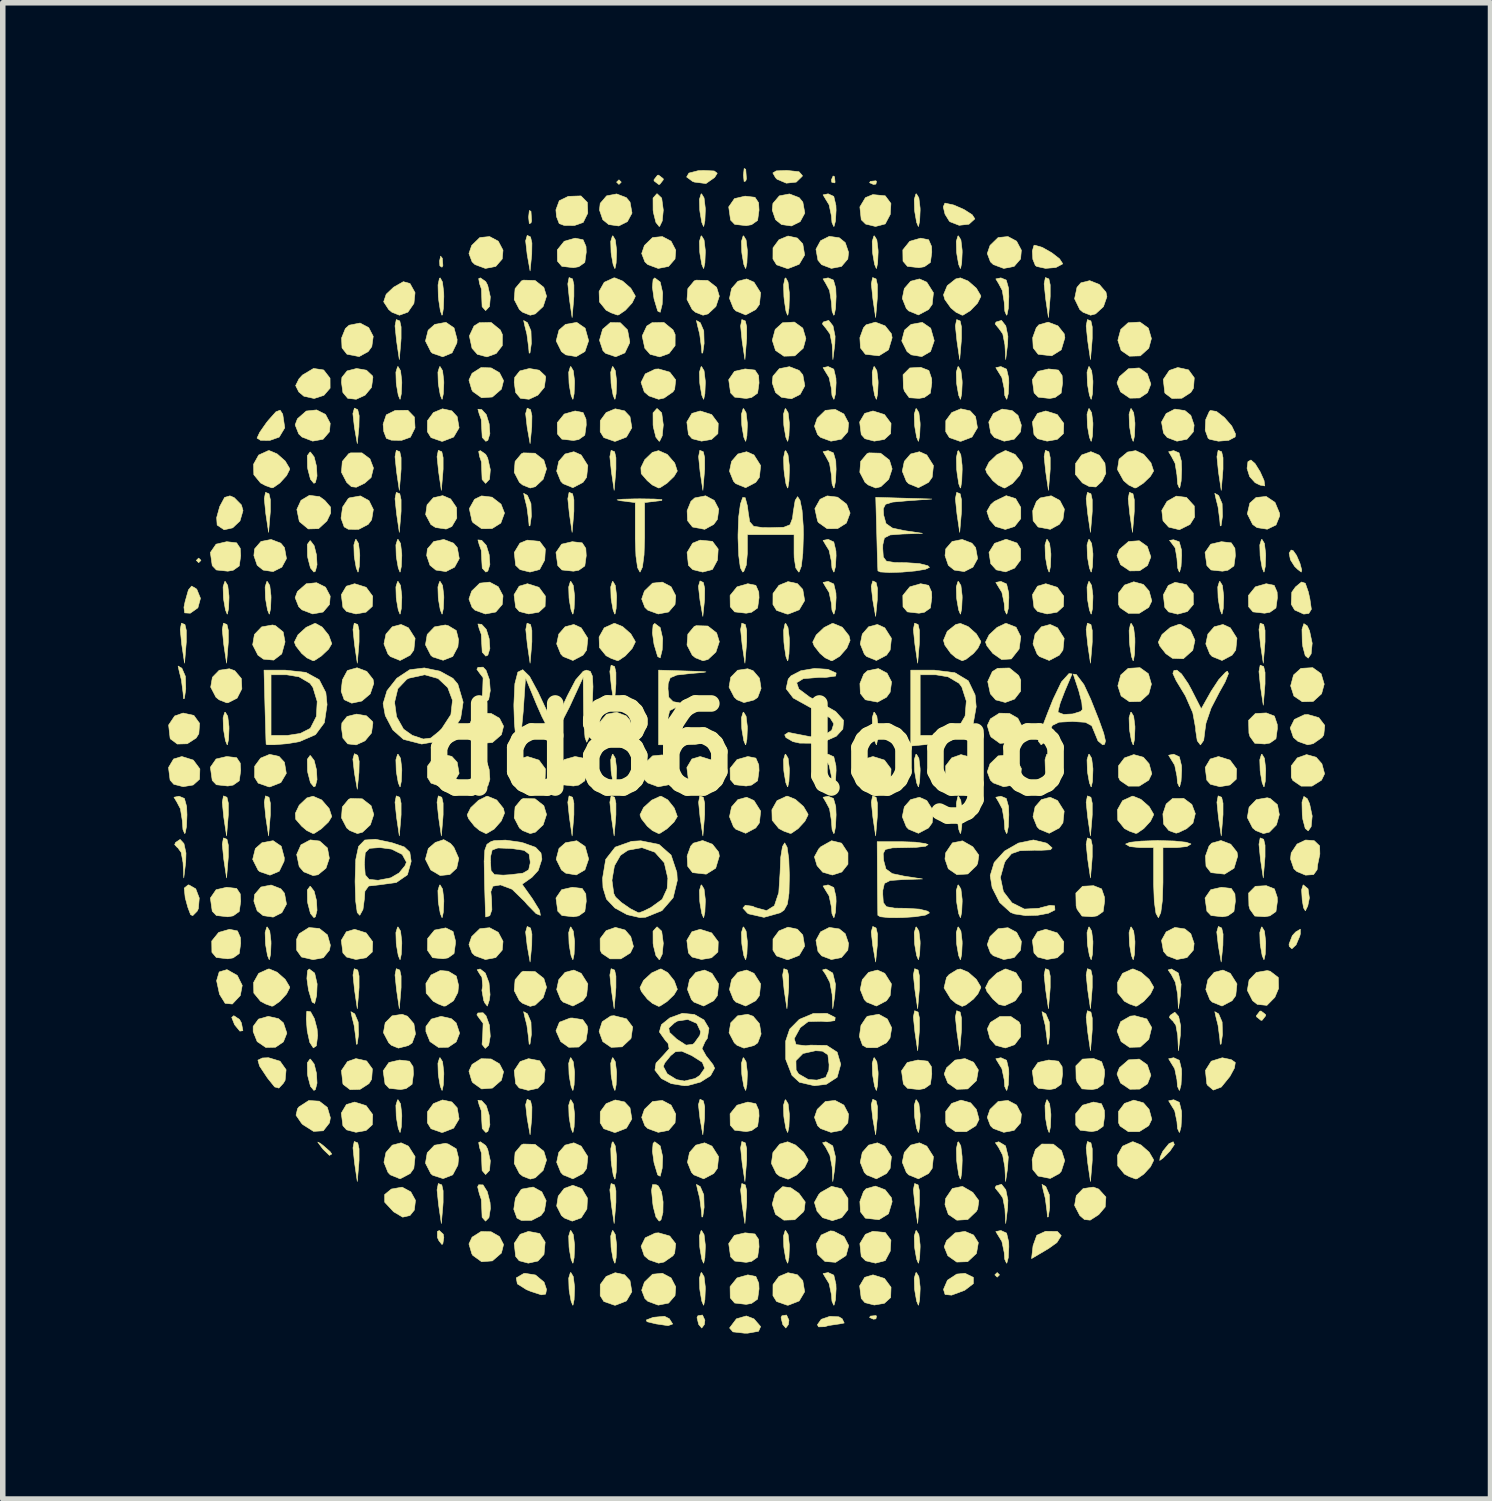
<source format=kicad_pcb>
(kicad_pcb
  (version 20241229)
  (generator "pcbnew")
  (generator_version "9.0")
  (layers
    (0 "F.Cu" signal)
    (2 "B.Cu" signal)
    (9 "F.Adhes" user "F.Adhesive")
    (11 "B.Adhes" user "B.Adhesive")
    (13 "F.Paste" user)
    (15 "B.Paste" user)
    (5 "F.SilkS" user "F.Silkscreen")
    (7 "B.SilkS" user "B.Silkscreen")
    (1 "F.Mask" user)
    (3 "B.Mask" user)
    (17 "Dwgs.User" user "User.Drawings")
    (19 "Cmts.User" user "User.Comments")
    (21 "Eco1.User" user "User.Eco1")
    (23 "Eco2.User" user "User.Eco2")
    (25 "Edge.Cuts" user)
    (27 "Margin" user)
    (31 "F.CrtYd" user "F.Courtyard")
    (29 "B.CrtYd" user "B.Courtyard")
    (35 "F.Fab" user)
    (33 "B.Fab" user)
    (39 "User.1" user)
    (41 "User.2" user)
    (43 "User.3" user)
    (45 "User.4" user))
  (footprint "dd86 logo"
    (layer "F.Cu")
    (at 10.5 10.539)
    (property "Reference" "dd86 logo" (at 0 0 0) (layer "F.SilkS") (effects (font (size 1.524 1.524) (thickness 0.3))))
    (attr through_hole)
    (fp_poly (pts (xy -9.906 -3.429) (xy -9.948 -3.387) (xy -9.991 -3.429) (xy -9.948 -3.471) (xy -9.906 -3.429)) (stroke (width 0.01) (type solid)) (fill yes) (layer "F.SilkS"))
    (fp_poly (pts (xy -2.286 -10.287) (xy -2.328 -10.245) (xy -2.371 -10.287) (xy -2.328 -10.329) (xy -2.286 -10.287)) (stroke (width 0.01) (type solid)) (fill yes) (layer "F.SilkS"))
    (fp_poly (pts (xy 4.572 9.525) (xy 4.53 9.567) (xy 4.487 9.525) (xy 4.53 9.483) (xy 4.572 9.525)) (stroke (width 0.01) (type solid)) (fill yes) (layer "F.SilkS"))
    (fp_poly (pts (xy -5.53 -8.906) (xy -5.52 -8.774) (xy -5.537 -8.744) (xy -5.575 -8.769) (xy -5.581 -8.855) (xy -5.561 -8.945) (xy -5.53 -8.906)) (stroke (width 0.01) (type solid)) (fill yes) (layer "F.SilkS"))
    (fp_poly (pts (xy -3.923 -9.758) (xy -3.912 -9.584) (xy -3.923 -9.546) (xy -3.954 -9.536) (xy -3.966 -9.652) (xy -3.953 -9.772) (xy -3.923 -9.758)) (stroke (width 0.01) (type solid)) (fill yes) (layer "F.SilkS"))
    (fp_poly (pts (xy -0.029 -10.52) (xy -0.017 -10.346) (xy -0.029 -10.308) (xy -0.059 -10.298) (xy -0.071 -10.414) (xy -0.058 -10.534) (xy -0.029 -10.52)) (stroke (width 0.01) (type solid)) (fill yes) (layer "F.SilkS"))
    (fp_poly (pts (xy 1.58 -10.386) (xy 1.591 -10.285) (xy 1.58 -10.273) (xy 1.53 -10.285) (xy 1.524 -10.329) (xy 1.555 -10.399) (xy 1.58 -10.386)) (stroke (width 0.01) (type solid)) (fill yes) (layer "F.SilkS"))
    (fp_poly (pts (xy 2.342 -10.301) (xy 2.331 -10.251) (xy 2.286 -10.245) (xy 2.216 -10.276) (xy 2.23 -10.301) (xy 2.33 -10.311) (xy 2.342 -10.301)) (stroke (width 0.01) (type solid)) (fill yes) (layer "F.SilkS"))
    (fp_poly (pts (xy 2.342 10.273) (xy 2.331 10.323) (xy 2.286 10.329) (xy 2.216 10.298) (xy 2.23 10.273) (xy 2.33 10.263) (xy 2.342 10.273)) (stroke (width 0.01) (type solid)) (fill yes) (layer "F.SilkS"))
    (fp_poly (pts (xy -9.208 4.894) (xy -9.173 4.957) (xy -9.146 5.098) (xy -9.201 5.106) (xy -9.296 4.991) (xy -9.349 4.858) (xy -9.311 4.826) (xy -9.208 4.894)) (stroke (width 0.01) (type solid)) (fill yes) (layer "F.SilkS"))
    (fp_poly (pts (xy -0.77 10.347) (xy -0.78 10.426) (xy -0.827 10.489) (xy -0.882 10.425) (xy -0.913 10.301) (xy -0.897 10.267) (xy -0.814 10.253) (xy -0.77 10.347)) (stroke (width 0.01) (type solid)) (fill yes) (layer "F.SilkS"))
    (fp_poly (pts (xy 0.754 10.347) (xy 0.744 10.426) (xy 0.697 10.489) (xy 0.642 10.425) (xy 0.611 10.301) (xy 0.627 10.267) (xy 0.71 10.253) (xy 0.754 10.347)) (stroke (width 0.01) (type solid)) (fill yes) (layer "F.SilkS"))
    (fp_poly (pts (xy -10.197 -2.266) (xy -10.172 -2.159) (xy -10.172 -1.952) (xy -10.177 -1.892) (xy -10.204 -1.566) (xy -10.255 -1.905) (xy -10.282 -2.176) (xy -10.26 -2.291) (xy -10.197 -2.266)) (stroke (width 0.01) (type solid)) (fill yes) (layer "F.SilkS"))
    (fp_poly (pts (xy -9.435 -2.266) (xy -9.41 -2.159) (xy -9.41 -1.952) (xy -9.415 -1.892) (xy -9.442 -1.566) (xy -9.493 -1.905) (xy -9.52 -2.176) (xy -9.498 -2.291) (xy -9.435 -2.266)) (stroke (width 0.01) (type solid)) (fill yes) (layer "F.SilkS"))
    (fp_poly (pts (xy -9.435 0.866) (xy -9.41 0.974) (xy -9.41 1.181) (xy -9.415 1.24) (xy -9.442 1.566) (xy -9.493 1.228) (xy -9.52 0.956) (xy -9.498 0.841) (xy -9.435 0.866)) (stroke (width 0.01) (type solid)) (fill yes) (layer "F.SilkS"))
    (fp_poly (pts (xy -9.435 1.628) (xy -9.41 1.736) (xy -9.41 1.943) (xy -9.415 2.002) (xy -9.442 2.328) (xy -9.493 1.99) (xy -9.52 1.718) (xy -9.498 1.603) (xy -9.435 1.628)) (stroke (width 0.01) (type solid)) (fill yes) (layer "F.SilkS"))
    (fp_poly (pts (xy -8.673 -4.637) (xy -8.648 -4.529) (xy -8.648 -4.322) (xy -8.653 -4.263) (xy -8.68 -3.937) (xy -8.731 -4.276) (xy -8.758 -4.547) (xy -8.736 -4.662) (xy -8.673 -4.637)) (stroke (width 0.01) (type solid)) (fill yes) (layer "F.SilkS"))
    (fp_poly (pts (xy -8.673 0.866) (xy -8.648 0.974) (xy -8.648 1.181) (xy -8.653 1.24) (xy -8.68 1.566) (xy -8.731 1.228) (xy -8.758 0.956) (xy -8.736 0.841) (xy -8.673 0.866)) (stroke (width 0.01) (type solid)) (fill yes) (layer "F.SilkS"))
    (fp_poly (pts (xy -7.745 7.139) (xy -7.684 7.186) (xy -7.566 7.29) (xy -7.535 7.334) (xy -7.577 7.359) (xy -7.689 7.251) (xy -7.715 7.218) (xy -7.789 7.118) (xy -7.745 7.139)) (stroke (width 0.01) (type solid)) (fill yes) (layer "F.SilkS"))
    (fp_poly (pts (xy -7.064 -2.266) (xy -7.04 -2.159) (xy -7.04 -1.952) (xy -7.044 -1.892) (xy -7.072 -1.566) (xy -7.122 -1.905) (xy -7.15 -2.176) (xy -7.127 -2.291) (xy -7.064 -2.266)) (stroke (width 0.01) (type solid)) (fill yes) (layer "F.SilkS"))
    (fp_poly (pts (xy -7.064 3.999) (xy -7.04 4.107) (xy -7.04 4.314) (xy -7.044 4.373) (xy -7.072 4.699) (xy -7.122 4.36) (xy -7.15 4.089) (xy -7.127 3.974) (xy -7.064 3.999)) (stroke (width 0.01) (type solid)) (fill yes) (layer "F.SilkS"))
    (fp_poly (pts (xy -7.064 7.132) (xy -7.04 7.239) (xy -7.04 7.446) (xy -7.044 7.506) (xy -7.072 7.832) (xy -7.122 7.493) (xy -7.15 7.222) (xy -7.127 7.107) (xy -7.064 7.132)) (stroke (width 0.01) (type solid)) (fill yes) (layer "F.SilkS"))
    (fp_poly (pts (xy -7.064 -6.161) (xy -7.038 -6.051) (xy -7.042 -5.85) (xy -7.044 -5.829) (xy -7.072 -5.546) (xy -7.124 -5.842) (xy -7.152 -6.09) (xy -7.124 -6.19) (xy -7.064 -6.161)) (stroke (width 0.01) (type solid)) (fill yes) (layer "F.SilkS"))
    (fp_poly (pts (xy -7.064 0.105) (xy -7.038 0.214) (xy -7.042 0.415) (xy -7.044 0.436) (xy -7.072 0.72) (xy -7.124 0.423) (xy -7.152 0.175) (xy -7.124 0.076) (xy -7.064 0.105)) (stroke (width 0.01) (type solid)) (fill yes) (layer "F.SilkS"))
    (fp_poly (pts (xy -6.302 -7.77) (xy -6.278 -7.662) (xy -6.278 -7.455) (xy -6.282 -7.396) (xy -6.31 -7.07) (xy -6.36 -7.408) (xy -6.388 -7.68) (xy -6.365 -7.795) (xy -6.302 -7.77)) (stroke (width 0.01) (type solid)) (fill yes) (layer "F.SilkS"))
    (fp_poly (pts (xy -6.302 -5.399) (xy -6.278 -5.291) (xy -6.278 -5.084) (xy -6.282 -5.025) (xy -6.31 -4.699) (xy -6.36 -5.038) (xy -6.388 -5.309) (xy -6.365 -5.424) (xy -6.302 -5.399)) (stroke (width 0.01) (type solid)) (fill yes) (layer "F.SilkS"))
    (fp_poly (pts (xy -6.302 -4.637) (xy -6.278 -4.529) (xy -6.278 -4.322) (xy -6.282 -4.263) (xy -6.31 -3.937) (xy -6.36 -4.276) (xy -6.388 -4.547) (xy -6.365 -4.662) (xy -6.302 -4.637)) (stroke (width 0.01) (type solid)) (fill yes) (layer "F.SilkS"))
    (fp_poly (pts (xy -6.302 0.866) (xy -6.278 0.974) (xy -6.278 1.181) (xy -6.282 1.24) (xy -6.31 1.566) (xy -6.36 1.228) (xy -6.388 0.956) (xy -6.365 0.841) (xy -6.302 0.866)) (stroke (width 0.01) (type solid)) (fill yes) (layer "F.SilkS"))
    (fp_poly (pts (xy -6.302 3.999) (xy -6.278 4.107) (xy -6.278 4.314) (xy -6.282 4.373) (xy -6.31 4.699) (xy -6.36 4.36) (xy -6.388 4.089) (xy -6.365 3.974) (xy -6.302 3.999)) (stroke (width 0.01) (type solid)) (fill yes) (layer "F.SilkS"))
    (fp_poly (pts (xy -5.54 -5.399) (xy -5.516 -5.291) (xy -5.516 -5.084) (xy -5.52 -5.025) (xy -5.548 -4.699) (xy -5.598 -5.038) (xy -5.626 -5.309) (xy -5.603 -5.424) (xy -5.54 -5.399)) (stroke (width 0.01) (type solid)) (fill yes) (layer "F.SilkS"))
    (fp_poly (pts (xy -5.54 0.866) (xy -5.516 0.974) (xy -5.516 1.181) (xy -5.52 1.24) (xy -5.548 1.566) (xy -5.598 1.228) (xy -5.626 0.956) (xy -5.603 0.841) (xy -5.54 0.866)) (stroke (width 0.01) (type solid)) (fill yes) (layer "F.SilkS"))
    (fp_poly (pts (xy -5.54 7.894) (xy -5.516 8.001) (xy -5.516 8.208) (xy -5.52 8.268) (xy -5.548 8.594) (xy -5.598 8.255) (xy -5.626 7.984) (xy -5.603 7.869) (xy -5.54 7.894)) (stroke (width 0.01) (type solid)) (fill yes) (layer "F.SilkS"))
    (fp_poly (pts (xy -5.513 8.789) (xy -5.503 8.848) (xy -5.521 8.961) (xy -5.537 8.975) (xy -5.591 8.908) (xy -5.619 8.848) (xy -5.62 8.739) (xy -5.585 8.721) (xy -5.513 8.789)) (stroke (width 0.01) (type solid)) (fill yes) (layer "F.SilkS"))
    (fp_poly (pts (xy -3.931 -2.266) (xy -3.907 -2.159) (xy -3.907 -1.952) (xy -3.911 -1.892) (xy -3.939 -1.566) (xy -3.989 -1.905) (xy -4.017 -2.176) (xy -3.994 -2.291) (xy -3.931 -2.266)) (stroke (width 0.01) (type solid)) (fill yes) (layer "F.SilkS"))
    (fp_poly (pts (xy -3.931 -9.293) (xy -3.906 -9.184) (xy -3.909 -8.983) (xy -3.911 -8.962) (xy -3.939 -8.678) (xy -3.992 -8.975) (xy -4.02 -9.223) (xy -3.991 -9.322) (xy -3.931 -9.293)) (stroke (width 0.01) (type solid)) (fill yes) (layer "F.SilkS"))
    (fp_poly (pts (xy -3.931 -6.161) (xy -3.906 -6.051) (xy -3.909 -5.85) (xy -3.911 -5.829) (xy -3.939 -5.546) (xy -3.992 -5.842) (xy -4.02 -6.09) (xy -3.991 -6.19) (xy -3.931 -6.161)) (stroke (width 0.01) (type solid)) (fill yes) (layer "F.SilkS"))
    (fp_poly (pts (xy -3.931 3.237) (xy -3.906 3.347) (xy -3.909 3.548) (xy -3.911 3.569) (xy -3.939 3.852) (xy -3.992 3.556) (xy -4.02 3.308) (xy -3.991 3.208) (xy -3.931 3.237)) (stroke (width 0.01) (type solid)) (fill yes) (layer "F.SilkS"))
    (fp_poly (pts (xy -3.931 6.37) (xy -3.906 6.479) (xy -3.909 6.68) (xy -3.911 6.702) (xy -3.939 6.985) (xy -3.992 6.689) (xy -4.02 6.44) (xy -3.991 6.341) (xy -3.931 6.37)) (stroke (width 0.01) (type solid)) (fill yes) (layer "F.SilkS"))
    (fp_poly (pts (xy -3.169 -8.532) (xy -3.145 -8.424) (xy -3.145 -8.217) (xy -3.149 -8.158) (xy -3.177 -7.832) (xy -3.227 -8.17) (xy -3.255 -8.442) (xy -3.232 -8.557) (xy -3.169 -8.532)) (stroke (width 0.01) (type solid)) (fill yes) (layer "F.SilkS"))
    (fp_poly (pts (xy -3.169 -4.637) (xy -3.145 -4.529) (xy -3.145 -4.322) (xy -3.149 -4.263) (xy -3.177 -3.937) (xy -3.227 -4.276) (xy -3.255 -4.547) (xy -3.232 -4.662) (xy -3.169 -4.637)) (stroke (width 0.01) (type solid)) (fill yes) (layer "F.SilkS"))
    (fp_poly (pts (xy -3.169 0.866) (xy -3.145 0.974) (xy -3.145 1.181) (xy -3.149 1.24) (xy -3.177 1.566) (xy -3.227 1.228) (xy -3.255 0.956) (xy -3.232 0.841) (xy -3.169 0.866)) (stroke (width 0.01) (type solid)) (fill yes) (layer "F.SilkS"))
    (fp_poly (pts (xy -2.407 -5.399) (xy -2.383 -5.291) (xy -2.383 -5.084) (xy -2.387 -5.025) (xy -2.415 -4.699) (xy -2.465 -5.038) (xy -2.493 -5.309) (xy -2.47 -5.424) (xy -2.407 -5.399)) (stroke (width 0.01) (type solid)) (fill yes) (layer "F.SilkS"))
    (fp_poly (pts (xy -2.407 -1.504) (xy -2.383 -1.397) (xy -2.383 -1.19) (xy -2.387 -1.13) (xy -2.415 -0.804) (xy -2.465 -1.143) (xy -2.493 -1.414) (xy -2.47 -1.529) (xy -2.407 -1.504)) (stroke (width 0.01) (type solid)) (fill yes) (layer "F.SilkS"))
    (fp_poly (pts (xy -2.407 0.866) (xy -2.383 0.974) (xy -2.383 1.181) (xy -2.387 1.24) (xy -2.415 1.566) (xy -2.465 1.228) (xy -2.493 0.956) (xy -2.47 0.841) (xy -2.407 0.866)) (stroke (width 0.01) (type solid)) (fill yes) (layer "F.SilkS"))
    (fp_poly (pts (xy -2.407 3.999) (xy -2.383 4.107) (xy -2.383 4.314) (xy -2.387 4.373) (xy -2.415 4.699) (xy -2.465 4.36) (xy -2.493 4.089) (xy -2.47 3.974) (xy -2.407 3.999)) (stroke (width 0.01) (type solid)) (fill yes) (layer "F.SilkS"))
    (fp_poly (pts (xy -2.407 7.894) (xy -2.383 8.001) (xy -2.383 8.208) (xy -2.387 8.268) (xy -2.415 8.594) (xy -2.465 8.255) (xy -2.493 7.984) (xy -2.47 7.869) (xy -2.407 7.894)) (stroke (width 0.01) (type solid)) (fill yes) (layer "F.SilkS"))
    (fp_poly (pts (xy -1.526 -10.35) (xy -1.524 -10.329) (xy -1.588 -10.247) (xy -1.609 -10.245) (xy -1.691 -10.309) (xy -1.693 -10.329) (xy -1.629 -10.412) (xy -1.609 -10.414) (xy -1.526 -10.35)) (stroke (width 0.01) (type solid)) (fill yes) (layer "F.SilkS"))
    (fp_poly (pts (xy -1.415 10.32) (xy -1.354 10.416) (xy -1.437 10.446) (xy -1.651 10.415) (xy -1.819 10.375) (xy -1.832 10.343) (xy -1.706 10.295) (xy -1.503 10.276) (xy -1.415 10.32)) (stroke (width 0.01) (type solid)) (fill yes) (layer "F.SilkS"))
    (fp_poly (pts (xy -0.799 -5.399) (xy -0.774 -5.291) (xy -0.774 -5.084) (xy -0.779 -5.025) (xy -0.806 -4.699) (xy -0.857 -5.038) (xy -0.884 -5.309) (xy -0.862 -5.424) (xy -0.799 -5.399)) (stroke (width 0.01) (type solid)) (fill yes) (layer "F.SilkS"))
    (fp_poly (pts (xy -0.799 0.866) (xy -0.774 0.974) (xy -0.774 1.181) (xy -0.779 1.24) (xy -0.806 1.566) (xy -0.857 1.228) (xy -0.884 0.956) (xy -0.862 0.841) (xy -0.799 0.866)) (stroke (width 0.01) (type solid)) (fill yes) (layer "F.SilkS"))
    (fp_poly (pts (xy -0.798 -3.028) (xy -0.773 -2.919) (xy -0.776 -2.718) (xy -0.778 -2.696) (xy -0.807 -2.413) (xy -0.859 -2.709) (xy -0.887 -2.958) (xy -0.858 -3.057) (xy -0.798 -3.028)) (stroke (width 0.01) (type solid)) (fill yes) (layer "F.SilkS"))
    (fp_poly (pts (xy -0.798 6.37) (xy -0.773 6.479) (xy -0.776 6.68) (xy -0.778 6.702) (xy -0.807 6.985) (xy -0.859 6.689) (xy -0.887 6.44) (xy -0.858 6.341) (xy -0.798 6.37)) (stroke (width 0.01) (type solid)) (fill yes) (layer "F.SilkS"))
    (fp_poly (pts (xy -0.037 -7.77) (xy -0.012 -7.662) (xy -0.012 -7.455) (xy -0.017 -7.396) (xy -0.044 -7.07) (xy -0.095 -7.408) (xy -0.122 -7.68) (xy -0.1 -7.795) (xy -0.037 -7.77)) (stroke (width 0.01) (type solid)) (fill yes) (layer "F.SilkS"))
    (fp_poly (pts (xy -0.037 -2.266) (xy -0.012 -2.159) (xy -0.012 -1.952) (xy -0.017 -1.892) (xy -0.044 -1.566) (xy -0.095 -1.905) (xy -0.122 -2.176) (xy -0.1 -2.291) (xy -0.037 -2.266)) (stroke (width 0.01) (type solid)) (fill yes) (layer "F.SilkS"))
    (fp_poly (pts (xy -0.037 7.132) (xy -0.012 7.239) (xy -0.012 7.446) (xy -0.017 7.506) (xy -0.044 7.832) (xy -0.095 7.493) (xy -0.122 7.222) (xy -0.1 7.107) (xy -0.037 7.132)) (stroke (width 0.01) (type solid)) (fill yes) (layer "F.SilkS"))
    (fp_poly (pts (xy -0.037 7.894) (xy -0.012 8.001) (xy -0.012 8.208) (xy -0.017 8.268) (xy -0.044 8.594) (xy -0.095 8.255) (xy -0.122 7.984) (xy -0.1 7.869) (xy -0.037 7.894)) (stroke (width 0.01) (type solid)) (fill yes) (layer "F.SilkS"))
    (fp_poly (pts (xy 0.725 3.999) (xy 0.75 4.107) (xy 0.75 4.314) (xy 0.745 4.373) (xy 0.718 4.699) (xy 0.667 4.36) (xy 0.64 4.089) (xy 0.662 3.974) (xy 0.725 3.999)) (stroke (width 0.01) (type solid)) (fill yes) (layer "F.SilkS"))
    (fp_poly (pts (xy 2.334 -8.532) (xy 2.358 -8.424) (xy 2.358 -8.217) (xy 2.354 -8.158) (xy 2.326 -7.832) (xy 2.276 -8.17) (xy 2.248 -8.442) (xy 2.271 -8.557) (xy 2.334 -8.532)) (stroke (width 0.01) (type solid)) (fill yes) (layer "F.SilkS"))
    (fp_poly (pts (xy 2.334 0.866) (xy 2.358 0.974) (xy 2.358 1.181) (xy 2.354 1.24) (xy 2.326 1.566) (xy 2.276 1.228) (xy 2.248 0.956) (xy 2.271 0.841) (xy 2.334 0.866)) (stroke (width 0.01) (type solid)) (fill yes) (layer "F.SilkS"))
    (fp_poly (pts (xy 2.334 -3.028) (xy 2.36 -2.919) (xy 2.356 -2.718) (xy 2.354 -2.696) (xy 2.326 -2.413) (xy 2.274 -2.709) (xy 2.246 -2.958) (xy 2.274 -3.057) (xy 2.334 -3.028)) (stroke (width 0.01) (type solid)) (fill yes) (layer "F.SilkS"))
    (fp_poly (pts (xy 2.334 3.237) (xy 2.36 3.347) (xy 2.356 3.548) (xy 2.354 3.569) (xy 2.326 3.852) (xy 2.274 3.556) (xy 2.246 3.308) (xy 2.274 3.208) (xy 2.334 3.237)) (stroke (width 0.01) (type solid)) (fill yes) (layer "F.SilkS"))
    (fp_poly (pts (xy 2.334 6.37) (xy 2.36 6.479) (xy 2.356 6.68) (xy 2.354 6.702) (xy 2.326 6.985) (xy 2.274 6.689) (xy 2.246 6.44) (xy 2.274 6.341) (xy 2.334 6.37)) (stroke (width 0.01) (type solid)) (fill yes) (layer "F.SilkS"))
    (fp_poly (pts (xy 3.096 -2.266) (xy 3.12 -2.159) (xy 3.12 -1.952) (xy 3.116 -1.892) (xy 3.088 -1.566) (xy 3.038 -1.905) (xy 3.01 -2.176) (xy 3.033 -2.291) (xy 3.096 -2.266)) (stroke (width 0.01) (type solid)) (fill yes) (layer "F.SilkS"))
    (fp_poly (pts (xy 3.096 3.999) (xy 3.12 4.107) (xy 3.12 4.314) (xy 3.116 4.373) (xy 3.088 4.699) (xy 3.038 4.36) (xy 3.01 4.089) (xy 3.033 3.974) (xy 3.096 3.999)) (stroke (width 0.01) (type solid)) (fill yes) (layer "F.SilkS"))
    (fp_poly (pts (xy 3.096 4.761) (xy 3.12 4.869) (xy 3.12 5.076) (xy 3.116 5.135) (xy 3.088 5.461) (xy 3.038 5.122) (xy 3.01 4.851) (xy 3.033 4.736) (xy 3.096 4.761)) (stroke (width 0.01) (type solid)) (fill yes) (layer "F.SilkS"))
    (fp_poly (pts (xy 3.096 7.894) (xy 3.12 8.001) (xy 3.12 8.208) (xy 3.116 8.268) (xy 3.088 8.594) (xy 3.038 8.255) (xy 3.01 7.984) (xy 3.033 7.869) (xy 3.096 7.894)) (stroke (width 0.01) (type solid)) (fill yes) (layer "F.SilkS"))
    (fp_poly (pts (xy 3.858 -7.77) (xy 3.882 -7.662) (xy 3.882 -7.455) (xy 3.878 -7.396) (xy 3.85 -7.07) (xy 3.8 -7.408) (xy 3.772 -7.68) (xy 3.795 -7.795) (xy 3.858 -7.77)) (stroke (width 0.01) (type solid)) (fill yes) (layer "F.SilkS"))
    (fp_poly (pts (xy 3.858 -4.637) (xy 3.882 -4.529) (xy 3.882 -4.322) (xy 3.878 -4.263) (xy 3.85 -3.937) (xy 3.8 -4.276) (xy 3.772 -4.547) (xy 3.795 -4.662) (xy 3.858 -4.637)) (stroke (width 0.01) (type solid)) (fill yes) (layer "F.SilkS"))
    (fp_poly (pts (xy 3.858 4.761) (xy 3.882 4.869) (xy 3.882 5.076) (xy 3.878 5.135) (xy 3.85 5.461) (xy 3.8 5.122) (xy 3.772 4.851) (xy 3.795 4.736) (xy 3.858 4.761)) (stroke (width 0.01) (type solid)) (fill yes) (layer "F.SilkS"))
    (fp_poly (pts (xy 5.467 -8.532) (xy 5.491 -8.424) (xy 5.491 -8.217) (xy 5.487 -8.158) (xy 5.459 -7.832) (xy 5.409 -8.17) (xy 5.381 -8.442) (xy 5.404 -8.557) (xy 5.467 -8.532)) (stroke (width 0.01) (type solid)) (fill yes) (layer "F.SilkS"))
    (fp_poly (pts (xy 5.467 -5.399) (xy 5.491 -5.291) (xy 5.491 -5.084) (xy 5.487 -5.025) (xy 5.459 -4.699) (xy 5.409 -5.038) (xy 5.381 -5.309) (xy 5.404 -5.424) (xy 5.467 -5.399)) (stroke (width 0.01) (type solid)) (fill yes) (layer "F.SilkS"))
    (fp_poly (pts (xy 5.467 3.999) (xy 5.491 4.107) (xy 5.491 4.314) (xy 5.487 4.373) (xy 5.459 4.699) (xy 5.409 4.36) (xy 5.381 4.089) (xy 5.404 3.974) (xy 5.467 3.999)) (stroke (width 0.01) (type solid)) (fill yes) (layer "F.SilkS"))
    (fp_poly (pts (xy 5.621 8.738) (xy 5.691 8.814) (xy 5.613 8.939) (xy 5.461 9.048) (xy 5.153 9.23) (xy 5.18 8.996) (xy 5.248 8.807) (xy 5.407 8.735) (xy 5.621 8.738)) (stroke (width 0.01) (type solid)) (fill yes) (layer "F.SilkS"))
    (fp_poly (pts (xy 6.229 -7.77) (xy 6.253 -7.662) (xy 6.253 -7.455) (xy 6.249 -7.396) (xy 6.221 -7.07) (xy 6.171 -7.408) (xy 6.143 -7.68) (xy 6.166 -7.795) (xy 6.229 -7.77)) (stroke (width 0.01) (type solid)) (fill yes) (layer "F.SilkS"))
    (fp_poly (pts (xy 6.229 -4.637) (xy 6.253 -4.529) (xy 6.253 -4.322) (xy 6.249 -4.263) (xy 6.221 -3.937) (xy 6.171 -4.276) (xy 6.143 -4.547) (xy 6.166 -4.662) (xy 6.229 -4.637)) (stroke (width 0.01) (type solid)) (fill yes) (layer "F.SilkS"))
    (fp_poly (pts (xy 6.229 -2.266) (xy 6.253 -2.159) (xy 6.253 -1.952) (xy 6.249 -1.892) (xy 6.221 -1.566) (xy 6.171 -1.905) (xy 6.143 -2.176) (xy 6.166 -2.291) (xy 6.229 -2.266)) (stroke (width 0.01) (type solid)) (fill yes) (layer "F.SilkS"))
    (fp_poly (pts (xy 6.229 0.866) (xy 6.253 0.974) (xy 6.253 1.181) (xy 6.249 1.24) (xy 6.221 1.566) (xy 6.171 1.228) (xy 6.143 0.956) (xy 6.166 0.841) (xy 6.229 0.866)) (stroke (width 0.01) (type solid)) (fill yes) (layer "F.SilkS"))
    (fp_poly (pts (xy 6.229 1.628) (xy 6.253 1.736) (xy 6.253 1.943) (xy 6.249 2.002) (xy 6.221 2.328) (xy 6.171 1.99) (xy 6.143 1.718) (xy 6.166 1.603) (xy 6.229 1.628)) (stroke (width 0.01) (type solid)) (fill yes) (layer "F.SilkS"))
    (fp_poly (pts (xy 6.229 3.999) (xy 6.253 4.107) (xy 6.253 4.314) (xy 6.249 4.373) (xy 6.221 4.699) (xy 6.171 4.36) (xy 6.143 4.089) (xy 6.166 3.974) (xy 6.229 3.999)) (stroke (width 0.01) (type solid)) (fill yes) (layer "F.SilkS"))
    (fp_poly (pts (xy 6.229 4.761) (xy 6.253 4.869) (xy 6.253 5.076) (xy 6.249 5.135) (xy 6.221 5.461) (xy 6.171 5.122) (xy 6.143 4.851) (xy 6.166 4.736) (xy 6.229 4.761)) (stroke (width 0.01) (type solid)) (fill yes) (layer "F.SilkS"))
    (fp_poly (pts (xy 6.229 7.132) (xy 6.253 7.239) (xy 6.253 7.446) (xy 6.249 7.506) (xy 6.221 7.832) (xy 6.171 7.493) (xy 6.143 7.222) (xy 6.166 7.107) (xy 6.229 7.132)) (stroke (width 0.01) (type solid)) (fill yes) (layer "F.SilkS"))
    (fp_poly (pts (xy 6.991 -4.637) (xy 7.015 -4.529) (xy 7.015 -4.322) (xy 7.011 -4.263) (xy 6.983 -3.937) (xy 6.933 -4.276) (xy 6.905 -4.547) (xy 6.928 -4.662) (xy 6.991 -4.637)) (stroke (width 0.01) (type solid)) (fill yes) (layer "F.SilkS"))
    (fp_poly (pts (xy 7.742 7.163) (xy 7.662 7.281) (xy 7.539 7.406) (xy 7.477 7.451) (xy 7.485 7.388) (xy 7.535 7.281) (xy 7.644 7.147) (xy 7.721 7.112) (xy 7.742 7.163)) (stroke (width 0.01) (type solid)) (fill yes) (layer "F.SilkS"))
    (fp_poly (pts (xy 8.599 -5.399) (xy 8.624 -5.291) (xy 8.624 -5.084) (xy 8.619 -5.025) (xy 8.592 -4.699) (xy 8.541 -5.038) (xy 8.514 -5.309) (xy 8.536 -5.424) (xy 8.599 -5.399)) (stroke (width 0.01) (type solid)) (fill yes) (layer "F.SilkS"))
    (fp_poly (pts (xy 8.599 0.866) (xy 8.624 0.974) (xy 8.624 1.181) (xy 8.619 1.24) (xy 8.592 1.566) (xy 8.541 1.228) (xy 8.514 0.956) (xy 8.536 0.841) (xy 8.599 0.866)) (stroke (width 0.01) (type solid)) (fill yes) (layer "F.SilkS"))
    (fp_poly (pts (xy 8.6 3.237) (xy 8.625 3.347) (xy 8.622 3.548) (xy 8.62 3.569) (xy 8.591 3.852) (xy 8.539 3.556) (xy 8.511 3.308) (xy 8.54 3.208) (xy 8.6 3.237)) (stroke (width 0.01) (type solid)) (fill yes) (layer "F.SilkS"))
    (fp_poly (pts (xy 9.361 -2.266) (xy 9.386 -2.159) (xy 9.386 -1.952) (xy 9.381 -1.892) (xy 9.354 -1.566) (xy 9.303 -1.905) (xy 9.276 -2.176) (xy 9.298 -2.291) (xy 9.361 -2.266)) (stroke (width 0.01) (type solid)) (fill yes) (layer "F.SilkS"))
    (fp_poly (pts (xy 9.361 -1.504) (xy 9.386 -1.397) (xy 9.386 -1.19) (xy 9.381 -1.13) (xy 9.354 -0.804) (xy 9.303 -1.143) (xy 9.276 -1.414) (xy 9.298 -1.529) (xy 9.361 -1.504)) (stroke (width 0.01) (type solid)) (fill yes) (layer "F.SilkS"))
    (fp_poly (pts (xy 9.361 1.628) (xy 9.386 1.736) (xy 9.386 1.943) (xy 9.381 2.002) (xy 9.354 2.328) (xy 9.303 1.99) (xy 9.276 1.718) (xy 9.298 1.603) (xy 9.361 1.628)) (stroke (width 0.01) (type solid)) (fill yes) (layer "F.SilkS"))
    (fp_poly (pts (xy 9.396 4.806) (xy 9.398 4.826) (xy 9.334 4.908) (xy 9.313 4.911) (xy 9.231 4.846) (xy 9.229 4.826) (xy 9.293 4.744) (xy 9.313 4.741) (xy 9.396 4.806)) (stroke (width 0.01) (type solid)) (fill yes) (layer "F.SilkS"))
    (fp_poly (pts (xy 1.548 4.053) (xy 1.598 4.257) (xy 1.585 4.459) (xy 1.549 4.699) (xy 1.537 4.441) (xy 1.496 4.222) (xy 1.422 4.081) (xy 1.364 3.997) (xy 1.425 3.979) (xy 1.548 4.053)) (stroke (width 0.01) (type solid)) (fill yes) (layer "F.SilkS"))
    (fp_poly (pts (xy 1.548 7.186) (xy 1.598 7.389) (xy 1.585 7.592) (xy 1.549 7.832) (xy 1.537 7.573) (xy 1.496 7.355) (xy 1.422 7.214) (xy 1.364 7.13) (xy 1.425 7.112) (xy 1.548 7.186)) (stroke (width 0.01) (type solid)) (fill yes) (layer "F.SilkS"))
    (fp_poly (pts (xy 4.681 7.186) (xy 4.731 7.389) (xy 4.718 7.592) (xy 4.682 7.832) (xy 4.669 7.573) (xy 4.629 7.355) (xy 4.555 7.214) (xy 4.497 7.13) (xy 4.558 7.112) (xy 4.681 7.186)) (stroke (width 0.01) (type solid)) (fill yes) (layer "F.SilkS"))
    (fp_poly (pts (xy 7.814 4.053) (xy 7.864 4.257) (xy 7.851 4.459) (xy 7.815 4.699) (xy 7.802 4.441) (xy 7.761 4.222) (xy 7.688 4.081) (xy 7.629 3.997) (xy 7.69 3.979) (xy 7.814 4.053)) (stroke (width 0.01) (type solid)) (fill yes) (layer "F.SilkS"))
    (fp_poly (pts (xy 10.026 3.343) (xy 10.016 3.383) (xy 9.949 3.541) (xy 9.873 3.613) (xy 9.825 3.569) (xy 9.821 3.529) (xy 9.881 3.374) (xy 9.942 3.308) (xy 10.026 3.258) (xy 10.026 3.343)) (stroke (width 0.01) (type solid)) (fill yes) (layer "F.SilkS"))
    (fp_poly (pts (xy 10.166 2.526) (xy 10.19 2.692) (xy 10.161 2.836) (xy 10.117 2.925) (xy 10.085 2.872) (xy 10.06 2.73) (xy 10.049 2.544) (xy 10.076 2.456) (xy 10.081 2.455) (xy 10.166 2.526)) (stroke (width 0.01) (type solid)) (fill yes) (layer "F.SilkS"))
    (fp_poly (pts (xy -10.045 0.192) (xy -9.926 0.352) (xy -9.932 0.539) (xy -10.047 0.643) (xy -10.229 0.674) (xy -10.399 0.631) (xy -10.466 0.555) (xy -10.495 0.327) (xy -10.403 0.172) (xy -10.253 0.127) (xy -10.045 0.192)) (stroke (width 0.01) (type solid)) (fill yes) (layer "F.SilkS"))
    (fp_poly (pts (xy -9.428 3.994) (xy -9.247 4.097) (xy -9.158 4.277) (xy -9.193 4.461) (xy -9.338 4.615) (xy -9.468 4.602) (xy -9.57 4.437) (xy -9.623 4.192) (xy -9.576 4.033) (xy -9.439 3.992) (xy -9.428 3.994)) (stroke (width 0.01) (type solid)) (fill yes) (layer "F.SilkS"))
    (fp_poly (pts (xy -7.845 4.054) (xy -7.8 4.251) (xy -7.809 4.459) (xy -7.845 4.604) (xy -7.889 4.581) (xy -7.893 4.572) (xy -7.957 4.359) (xy -7.986 4.151) (xy -7.974 4.009) (xy -7.944 3.979) (xy -7.845 4.054)) (stroke (width 0.01) (type solid)) (fill yes) (layer "F.SilkS"))
    (fp_poly (pts (xy -6.912 -2.941) (xy -6.793 -2.78) (xy -6.8 -2.594) (xy -6.914 -2.49) (xy -7.097 -2.458) (xy -7.266 -2.502) (xy -7.333 -2.577) (xy -7.362 -2.806) (xy -7.27 -2.961) (xy -7.12 -3.006) (xy -6.912 -2.941)) (stroke (width 0.01) (type solid)) (fill yes) (layer "F.SilkS"))
    (fp_poly (pts (xy -6.912 3.325) (xy -6.793 3.485) (xy -6.8 3.671) (xy -6.914 3.776) (xy -7.097 3.807) (xy -7.266 3.763) (xy -7.333 3.688) (xy -7.362 3.46) (xy -7.27 3.304) (xy -7.12 3.26) (xy -6.912 3.325)) (stroke (width 0.01) (type solid)) (fill yes) (layer "F.SilkS"))
    (fp_poly (pts (xy -6.912 6.457) (xy -6.793 6.618) (xy -6.8 6.804) (xy -6.914 6.908) (xy -7.097 6.94) (xy -7.266 6.896) (xy -7.333 6.821) (xy -7.362 6.592) (xy -7.27 6.437) (xy -7.12 6.392) (xy -6.912 6.457)) (stroke (width 0.01) (type solid)) (fill yes) (layer "F.SilkS"))
    (fp_poly (pts (xy -6.102 8.02) (xy -6.017 8.174) (xy -6.038 8.351) (xy -6.117 8.449) (xy -6.249 8.479) (xy -6.413 8.382) (xy -6.575 8.208) (xy -6.576 8.069) (xy -6.454 7.969) (xy -6.259 7.935) (xy -6.102 8.02)) (stroke (width 0.01) (type solid)) (fill yes) (layer "F.SilkS"))
    (fp_poly (pts (xy -3.779 -2.941) (xy -3.661 -2.78) (xy -3.667 -2.594) (xy -3.781 -2.49) (xy -3.964 -2.458) (xy -4.134 -2.502) (xy -4.201 -2.577) (xy -4.23 -2.806) (xy -4.137 -2.961) (xy -3.987 -3.006) (xy -3.779 -2.941)) (stroke (width 0.01) (type solid)) (fill yes) (layer "F.SilkS"))
    (fp_poly (pts (xy -3.779 0.192) (xy -3.661 0.352) (xy -3.667 0.539) (xy -3.781 0.643) (xy -3.964 0.674) (xy -4.134 0.631) (xy -4.201 0.555) (xy -4.23 0.327) (xy -4.137 0.172) (xy -3.987 0.127) (xy -3.779 0.192)) (stroke (width 0.01) (type solid)) (fill yes) (layer "F.SilkS"))
    (fp_poly (pts (xy -3.766 -3.774) (xy -3.662 -3.635) (xy -3.674 -3.435) (xy -3.766 -3.264) (xy -3.941 -3.217) (xy -4.12 -3.261) (xy -4.201 -3.339) (xy -4.226 -3.572) (xy -4.124 -3.741) (xy -3.99 -3.796) (xy -3.766 -3.774)) (stroke (width 0.01) (type solid)) (fill yes) (layer "F.SilkS"))
    (fp_poly (pts (xy -3.764 5.644) (xy -3.666 5.799) (xy -3.687 6.023) (xy -3.796 6.141) (xy -3.972 6.18) (xy -4.137 6.136) (xy -4.201 6.059) (xy -4.227 5.822) (xy -4.119 5.658) (xy -3.968 5.605) (xy -3.764 5.644)) (stroke (width 0.01) (type solid)) (fill yes) (layer "F.SilkS"))
    (fp_poly (pts (xy -3.764 8.776) (xy -3.666 8.932) (xy -3.687 9.156) (xy -3.796 9.274) (xy -3.972 9.313) (xy -4.137 9.269) (xy -4.201 9.191) (xy -4.227 8.955) (xy -4.119 8.79) (xy -3.968 8.737) (xy -3.764 8.776)) (stroke (width 0.01) (type solid)) (fill yes) (layer "F.SilkS"))
    (fp_poly (pts (xy -1.58 -8.476) (xy -1.535 -8.279) (xy -1.544 -8.072) (xy -1.58 -7.927) (xy -1.624 -7.949) (xy -1.628 -7.959) (xy -1.692 -8.172) (xy -1.721 -8.38) (xy -1.709 -8.522) (xy -1.679 -8.551) (xy -1.58 -8.476)) (stroke (width 0.01) (type solid)) (fill yes) (layer "F.SilkS"))
    (fp_poly (pts (xy -1.58 -2.211) (xy -1.535 -2.014) (xy -1.544 -1.806) (xy -1.58 -1.661) (xy -1.624 -1.684) (xy -1.628 -1.693) (xy -1.692 -1.907) (xy -1.721 -2.114) (xy -1.709 -2.257) (xy -1.679 -2.286) (xy -1.58 -2.211)) (stroke (width 0.01) (type solid)) (fill yes) (layer "F.SilkS"))
    (fp_poly (pts (xy -1.58 7.187) (xy -1.535 7.384) (xy -1.544 7.592) (xy -1.58 7.737) (xy -1.624 7.714) (xy -1.628 7.705) (xy -1.692 7.491) (xy -1.721 7.284) (xy -1.709 7.141) (xy -1.679 7.112) (xy -1.58 7.187)) (stroke (width 0.01) (type solid)) (fill yes) (layer "F.SilkS"))
    (fp_poly (pts (xy -0.647 -6.073) (xy -0.528 -5.913) (xy -0.534 -5.727) (xy -0.649 -5.622) (xy -0.831 -5.591) (xy -1.001 -5.635) (xy -1.068 -5.71) (xy -1.097 -5.938) (xy -1.005 -6.094) (xy -0.855 -6.138) (xy -0.647 -6.073)) (stroke (width 0.01) (type solid)) (fill yes) (layer "F.SilkS"))
    (fp_poly (pts (xy -0.647 0.192) (xy -0.528 0.352) (xy -0.534 0.539) (xy -0.649 0.643) (xy -0.831 0.674) (xy -1.001 0.631) (xy -1.068 0.555) (xy -1.097 0.327) (xy -1.005 0.172) (xy -0.855 0.127) (xy -0.647 0.192)) (stroke (width 0.01) (type solid)) (fill yes) (layer "F.SilkS"))
    (fp_poly (pts (xy -0.647 3.325) (xy -0.528 3.485) (xy -0.534 3.671) (xy -0.649 3.776) (xy -0.831 3.807) (xy -1.001 3.763) (xy -1.068 3.688) (xy -1.097 3.46) (xy -1.005 3.304) (xy -0.855 3.26) (xy -0.647 3.325)) (stroke (width 0.01) (type solid)) (fill yes) (layer "F.SilkS"))
    (fp_poly (pts (xy -0.633 -3.774) (xy -0.529 -3.635) (xy -0.541 -3.435) (xy -0.633 -3.264) (xy -0.809 -3.217) (xy -0.988 -3.261) (xy -1.068 -3.339) (xy -1.093 -3.572) (xy -0.992 -3.741) (xy -0.857 -3.796) (xy -0.633 -3.774)) (stroke (width 0.01) (type solid)) (fill yes) (layer "F.SilkS"))
    (fp_poly (pts (xy -0.6 -10.489) (xy -0.546 -10.448) (xy -0.593 -10.372) (xy -0.751 -10.261) (xy -0.962 -10.288) (xy -0.995 -10.301) (xy -1.101 -10.38) (xy -1.06 -10.451) (xy -0.893 -10.494) (xy -0.794 -10.499) (xy -0.6 -10.489)) (stroke (width 0.01) (type solid)) (fill yes) (layer "F.SilkS"))
    (fp_poly (pts (xy 0.12 10.323) (xy 0.241 10.463) (xy 0.203 10.548) (xy 0.004 10.583) (xy -0.049 10.583) (xy -0.261 10.559) (xy -0.321 10.49) (xy -0.32 10.484) (xy -0.198 10.322) (xy -0.019 10.27) (xy 0.12 10.323)) (stroke (width 0.01) (type solid)) (fill yes) (layer "F.SilkS"))
    (fp_poly (pts (xy 0.936 -10.476) (xy 0.998 -10.406) (xy 0.995 -10.393) (xy 0.886 -10.287) (xy 0.707 -10.268) (xy 0.539 -10.339) (xy 0.511 -10.368) (xy 0.462 -10.453) (xy 0.524 -10.491) (xy 0.716 -10.499) (xy 0.936 -10.476)) (stroke (width 0.01) (type solid)) (fill yes) (layer "F.SilkS"))
    (fp_poly (pts (xy 1.005 -7.64) (xy 1.061 -7.451) (xy 1.013 -7.275) (xy 0.86 -7.137) (xy 0.663 -7.131) (xy 0.511 -7.235) (xy 0.452 -7.419) (xy 0.505 -7.616) (xy 0.638 -7.737) (xy 0.853 -7.75) (xy 1.005 -7.64)) (stroke (width 0.01) (type solid)) (fill yes) (layer "F.SilkS"))
    (fp_poly (pts (xy 1.66 10.286) (xy 1.719 10.321) (xy 1.756 10.398) (xy 1.675 10.414) (xy 1.47 10.444) (xy 1.404 10.465) (xy 1.291 10.468) (xy 1.27 10.429) (xy 1.34 10.331) (xy 1.497 10.277) (xy 1.66 10.286)) (stroke (width 0.01) (type solid)) (fill yes) (layer "F.SilkS"))
    (fp_poly (pts (xy 2.486 -6.073) (xy 2.605 -5.913) (xy 2.598 -5.727) (xy 2.484 -5.622) (xy 2.301 -5.591) (xy 2.132 -5.635) (xy 2.065 -5.71) (xy 2.036 -5.938) (xy 2.128 -6.094) (xy 2.278 -6.138) (xy 2.486 -6.073)) (stroke (width 0.01) (type solid)) (fill yes) (layer "F.SilkS"))
    (fp_poly (pts (xy 2.486 0.192) (xy 2.605 0.352) (xy 2.598 0.539) (xy 2.484 0.643) (xy 2.301 0.674) (xy 2.132 0.631) (xy 2.065 0.555) (xy 2.036 0.327) (xy 2.128 0.172) (xy 2.278 0.127) (xy 2.486 0.192)) (stroke (width 0.01) (type solid)) (fill yes) (layer "F.SilkS"))
    (fp_poly (pts (xy 2.486 9.59) (xy 2.605 9.75) (xy 2.598 9.937) (xy 2.484 10.041) (xy 2.301 10.072) (xy 2.132 10.029) (xy 2.065 9.953) (xy 2.036 9.725) (xy 2.128 9.57) (xy 2.278 9.525) (xy 2.486 9.59)) (stroke (width 0.01) (type solid)) (fill yes) (layer "F.SilkS"))
    (fp_poly (pts (xy 2.5 -10.039) (xy 2.603 -9.9) (xy 2.591 -9.701) (xy 2.5 -9.529) (xy 2.324 -9.483) (xy 2.145 -9.526) (xy 2.065 -9.605) (xy 2.04 -9.837) (xy 2.141 -10.006) (xy 2.275 -10.061) (xy 2.5 -10.039)) (stroke (width 0.01) (type solid)) (fill yes) (layer "F.SilkS"))
    (fp_poly (pts (xy 2.5 8.757) (xy 2.603 8.896) (xy 2.591 9.095) (xy 2.5 9.267) (xy 2.324 9.313) (xy 2.145 9.27) (xy 2.065 9.191) (xy 2.04 8.959) (xy 2.141 8.79) (xy 2.275 8.735) (xy 2.5 8.757)) (stroke (width 0.01) (type solid)) (fill yes) (layer "F.SilkS"))
    (fp_poly (pts (xy 4.098 9.571) (xy 4.098 9.684) (xy 3.946 9.801) (xy 3.935 9.807) (xy 3.703 9.893) (xy 3.585 9.881) (xy 3.556 9.789) (xy 3.628 9.622) (xy 3.797 9.511) (xy 3.947 9.497) (xy 4.098 9.571)) (stroke (width 0.01) (type solid)) (fill yes) (layer "F.SilkS"))
    (fp_poly (pts (xy 5.619 -6.073) (xy 5.737 -5.913) (xy 5.731 -5.727) (xy 5.617 -5.622) (xy 5.434 -5.591) (xy 5.264 -5.635) (xy 5.197 -5.71) (xy 5.168 -5.938) (xy 5.261 -6.094) (xy 5.411 -6.138) (xy 5.619 -6.073)) (stroke (width 0.01) (type solid)) (fill yes) (layer "F.SilkS"))
    (fp_poly (pts (xy 5.619 -2.941) (xy 5.737 -2.78) (xy 5.731 -2.594) (xy 5.617 -2.49) (xy 5.434 -2.458) (xy 5.264 -2.502) (xy 5.197 -2.577) (xy 5.168 -2.806) (xy 5.261 -2.961) (xy 5.411 -3.006) (xy 5.619 -2.941)) (stroke (width 0.01) (type solid)) (fill yes) (layer "F.SilkS"))
    (fp_poly (pts (xy 5.619 3.325) (xy 5.737 3.485) (xy 5.731 3.671) (xy 5.617 3.776) (xy 5.434 3.807) (xy 5.264 3.763) (xy 5.197 3.688) (xy 5.168 3.46) (xy 5.261 3.304) (xy 5.411 3.26) (xy 5.619 3.325)) (stroke (width 0.01) (type solid)) (fill yes) (layer "F.SilkS"))
    (fp_poly (pts (xy 7.242 4.885) (xy 7.331 5.041) (xy 7.278 5.255) (xy 7.125 5.394) (xy 6.928 5.4) (xy 6.777 5.296) (xy 6.704 5.106) (xy 6.769 4.934) (xy 6.944 4.834) (xy 7.024 4.826) (xy 7.242 4.885)) (stroke (width 0.01) (type solid)) (fill yes) (layer "F.SilkS"))
    (fp_poly (pts (xy 7.251 -6.813) (xy 7.316 -6.625) (xy 7.255 -6.469) (xy 7.113 -6.374) (xy 6.935 -6.37) (xy 6.767 -6.484) (xy 6.702 -6.647) (xy 6.745 -6.759) (xy 6.911 -6.904) (xy 7.105 -6.918) (xy 7.251 -6.813)) (stroke (width 0.01) (type solid)) (fill yes) (layer "F.SilkS"))
    (fp_poly (pts (xy 7.251 -3.681) (xy 7.316 -3.492) (xy 7.255 -3.336) (xy 7.113 -3.241) (xy 6.935 -3.238) (xy 6.767 -3.351) (xy 6.702 -3.514) (xy 6.745 -3.627) (xy 6.911 -3.771) (xy 7.105 -3.785) (xy 7.251 -3.681)) (stroke (width 0.01) (type solid)) (fill yes) (layer "F.SilkS"))
    (fp_poly (pts (xy 7.251 5.717) (xy 7.316 5.906) (xy 7.255 6.062) (xy 7.113 6.157) (xy 6.935 6.16) (xy 6.767 6.047) (xy 6.702 5.884) (xy 6.745 5.771) (xy 6.911 5.627) (xy 7.105 5.613) (xy 7.251 5.717)) (stroke (width 0.01) (type solid)) (fill yes) (layer "F.SilkS"))
    (fp_poly (pts (xy 7.271 -7.64) (xy 7.326 -7.451) (xy 7.278 -7.275) (xy 7.125 -7.137) (xy 6.928 -7.131) (xy 6.777 -7.235) (xy 6.717 -7.419) (xy 6.77 -7.616) (xy 6.904 -7.737) (xy 7.118 -7.75) (xy 7.271 -7.64)) (stroke (width 0.01) (type solid)) (fill yes) (layer "F.SilkS"))
    (fp_poly (pts (xy 7.271 -1.374) (xy 7.326 -1.185) (xy 7.278 -1.01) (xy 7.125 -0.871) (xy 6.928 -0.866) (xy 6.777 -0.97) (xy 6.717 -1.154) (xy 6.77 -1.351) (xy 6.904 -1.471) (xy 7.118 -1.484) (xy 7.271 -1.374)) (stroke (width 0.01) (type solid)) (fill yes) (layer "F.SilkS"))
    (fp_poly (pts (xy 7.959 -2.99) (xy 8.084 -2.836) (xy 8.087 -2.629) (xy 7.977 -2.501) (xy 7.802 -2.454) (xy 7.637 -2.495) (xy 7.568 -2.577) (xy 7.542 -2.804) (xy 7.632 -2.974) (xy 7.755 -3.031) (xy 7.959 -2.99)) (stroke (width 0.01) (type solid)) (fill yes) (layer "F.SilkS"))
    (fp_poly (pts (xy 7.961 -4.571) (xy 8.103 -4.415) (xy 8.109 -4.214) (xy 8.026 -4.081) (xy 7.833 -3.985) (xy 7.639 -4.032) (xy 7.536 -4.147) (xy 7.514 -4.335) (xy 7.61 -4.5) (xy 7.777 -4.594) (xy 7.961 -4.571)) (stroke (width 0.01) (type solid)) (fill yes) (layer "F.SilkS"))
    (fp_poly (pts (xy 8.751 0.192) (xy 8.87 0.352) (xy 8.864 0.539) (xy 8.749 0.643) (xy 8.567 0.674) (xy 8.397 0.631) (xy 8.33 0.555) (xy 8.301 0.327) (xy 8.393 0.172) (xy 8.543 0.127) (xy 8.751 0.192)) (stroke (width 0.01) (type solid)) (fill yes) (layer "F.SilkS"))
    (fp_poly (pts (xy 9.896 -3.605) (xy 9.957 -3.519) (xy 10.019 -3.376) (xy 10.052 -3.252) (xy 10.042 -3.217) (xy 9.976 -3.268) (xy 9.923 -3.319) (xy 9.846 -3.441) (xy 9.823 -3.561) (xy 9.859 -3.617) (xy 9.896 -3.605)) (stroke (width 0.01) (type solid)) (fill yes) (layer "F.SilkS"))
    (fp_poly (pts (xy 10.151 -2.242) (xy 10.193 -2.152) (xy 10.241 -1.927) (xy 10.222 -1.734) (xy 10.169 -1.656) (xy 10.115 -1.701) (xy 10.071 -1.867) (xy 10.061 -1.948) (xy 10.056 -2.178) (xy 10.09 -2.282) (xy 10.151 -2.242)) (stroke (width 0.01) (type solid)) (fill yes) (layer "F.SilkS"))
    (fp_poly (pts (xy 10.151 0.891) (xy 10.193 0.981) (xy 10.241 1.206) (xy 10.222 1.399) (xy 10.169 1.476) (xy 10.115 1.432) (xy 10.071 1.266) (xy 10.061 1.185) (xy 10.056 0.954) (xy 10.09 0.851) (xy 10.151 0.891)) (stroke (width 0.01) (type solid)) (fill yes) (layer "F.SilkS"))
    (fp_poly (pts (xy 10.403 -1.374) (xy 10.459 -1.185) (xy 10.411 -1.01) (xy 10.258 -0.871) (xy 10.061 -0.866) (xy 9.909 -0.97) (xy 9.85 -1.154) (xy 9.903 -1.351) (xy 10.036 -1.471) (xy 10.251 -1.484) (xy 10.403 -1.374)) (stroke (width 0.01) (type solid)) (fill yes) (layer "F.SilkS"))
    (fp_poly (pts (xy -10.256 -1.476) (xy -10.251 -1.471) (xy -10.188 -1.325) (xy -10.182 -1.099) (xy -10.183 -1.09) (xy -10.207 -0.925) (xy -10.222 -0.921) (xy -10.231 -1.03) (xy -10.262 -1.265) (xy -10.299 -1.411) (xy -10.321 -1.513) (xy -10.256 -1.476)) (stroke (width 0.01) (type solid)) (fill yes) (layer "F.SilkS"))
    (fp_poly (pts (xy -10.215 1.706) (xy -10.178 1.877) (xy -10.183 2.042) (xy -10.218 2.328) (xy -10.231 2.053) (xy -10.265 1.866) (xy -10.328 1.779) (xy -10.334 1.778) (xy -10.383 1.725) (xy -10.367 1.686) (xy -10.284 1.63) (xy -10.215 1.706)) (stroke (width 0.01) (type solid)) (fill yes) (layer "F.SilkS"))
    (fp_poly (pts (xy -10.035 -0.618) (xy -9.931 -0.474) (xy -9.945 -0.286) (xy -9.994 -0.208) (xy -10.155 -0.104) (xy -10.335 -0.099) (xy -10.46 -0.192) (xy -10.466 -0.207) (xy -10.493 -0.444) (xy -10.383 -0.608) (xy -10.23 -0.661) (xy -10.035 -0.618)) (stroke (width 0.01) (type solid)) (fill yes) (layer "F.SilkS"))
    (fp_poly (pts (xy -10.001 2.526) (xy -9.937 2.693) (xy -9.953 2.884) (xy -9.974 2.93) (xy -10.055 3.012) (xy -10.094 2.995) (xy -10.144 2.863) (xy -10.192 2.688) (xy -10.21 2.513) (xy -10.14 2.456) (xy -10.125 2.455) (xy -10.001 2.526)) (stroke (width 0.01) (type solid)) (fill yes) (layer "F.SilkS"))
    (fp_poly (pts (xy -9.997 -2.918) (xy -9.981 -2.903) (xy -9.915 -2.741) (xy -9.962 -2.569) (xy -10.1 -2.471) (xy -10.101 -2.471) (xy -10.202 -2.477) (xy -10.215 -2.579) (xy -10.194 -2.681) (xy -10.134 -2.893) (xy -10.076 -2.963) (xy -9.997 -2.918)) (stroke (width 0.01) (type solid)) (fill yes) (layer "F.SilkS"))
    (fp_poly (pts (xy -9.26 -3.747) (xy -9.194 -3.647) (xy -9.186 -3.514) (xy -9.212 -3.328) (xy -9.322 -3.25) (xy -9.42 -3.233) (xy -9.627 -3.255) (xy -9.702 -3.334) (xy -9.736 -3.572) (xy -9.632 -3.723) (xy -9.439 -3.768) (xy -9.26 -3.747)) (stroke (width 0.01) (type solid)) (fill yes) (layer "F.SilkS"))
    (fp_poly (pts (xy -9.26 0.148) (xy -9.194 0.247) (xy -9.186 0.381) (xy -9.212 0.567) (xy -9.322 0.645) (xy -9.42 0.662) (xy -9.627 0.639) (xy -9.702 0.561) (xy -9.736 0.322) (xy -9.632 0.172) (xy -9.439 0.127) (xy -9.26 0.148)) (stroke (width 0.01) (type solid)) (fill yes) (layer "F.SilkS"))
    (fp_poly (pts (xy -9.26 2.519) (xy -9.194 2.618) (xy -9.186 2.752) (xy -9.212 2.937) (xy -9.322 3.016) (xy -9.42 3.033) (xy -9.627 3.01) (xy -9.702 2.932) (xy -9.736 2.693) (xy -9.632 2.542) (xy -9.439 2.498) (xy -9.26 2.519)) (stroke (width 0.01) (type solid)) (fill yes) (layer "F.SilkS"))
    (fp_poly (pts (xy -9.244 3.289) (xy -9.191 3.41) (xy -9.186 3.514) (xy -9.212 3.699) (xy -9.322 3.778) (xy -9.42 3.795) (xy -9.628 3.771) (xy -9.708 3.677) (xy -9.711 3.472) (xy -9.585 3.316) (xy -9.389 3.26) (xy -9.244 3.289)) (stroke (width 0.01) (type solid)) (fill yes) (layer "F.SilkS"))
    (fp_poly (pts (xy -8.555 -2.245) (xy -8.416 -2.131) (xy -8.382 -1.951) (xy -8.442 -1.733) (xy -8.588 -1.621) (xy -8.773 -1.638) (xy -8.873 -1.71) (xy -8.969 -1.898) (xy -8.937 -2.086) (xy -8.806 -2.223) (xy -8.609 -2.258) (xy -8.555 -2.245)) (stroke (width 0.01) (type solid)) (fill yes) (layer "F.SilkS"))
    (fp_poly (pts (xy -8.5 4.88) (xy -8.411 4.957) (xy -8.349 5.143) (xy -8.412 5.301) (xy -8.554 5.398) (xy -8.731 5.402) (xy -8.887 5.296) (xy -8.96 5.114) (xy -8.96 5.021) (xy -8.863 4.888) (xy -8.686 4.838) (xy -8.5 4.88)) (stroke (width 0.01) (type solid)) (fill yes) (layer "F.SilkS"))
    (fp_poly (pts (xy -8.491 0.125) (xy -8.393 0.231) (xy -8.359 0.433) (xy -8.458 0.6) (xy -8.655 0.677) (xy -8.676 0.677) (xy -8.868 0.61) (xy -8.934 0.504) (xy -8.933 0.303) (xy -8.825 0.156) (xy -8.661 0.088) (xy -8.491 0.125)) (stroke (width 0.01) (type solid)) (fill yes) (layer "F.SilkS"))
    (fp_poly (pts (xy -8.459 -3.741) (xy -8.392 -3.66) (xy -8.356 -3.461) (xy -8.44 -3.306) (xy -8.598 -3.226) (xy -8.779 -3.253) (xy -8.887 -3.34) (xy -8.947 -3.516) (xy -8.934 -3.637) (xy -8.818 -3.772) (xy -8.635 -3.808) (xy -8.459 -3.741)) (stroke (width 0.01) (type solid)) (fill yes) (layer "F.SilkS"))
    (fp_poly (pts (xy -8.459 2.525) (xy -8.392 2.606) (xy -8.356 2.804) (xy -8.44 2.959) (xy -8.598 3.039) (xy -8.779 3.012) (xy -8.887 2.925) (xy -8.947 2.75) (xy -8.934 2.629) (xy -8.818 2.493) (xy -8.635 2.457) (xy -8.459 2.525)) (stroke (width 0.01) (type solid)) (fill yes) (layer "F.SilkS"))
    (fp_poly (pts (xy -8.451 1.754) (xy -8.395 1.964) (xy -8.399 2.025) (xy -8.487 2.207) (xy -8.655 2.278) (xy -8.841 2.214) (xy -8.87 2.188) (xy -8.969 1.992) (xy -8.92 1.796) (xy -8.8 1.69) (xy -8.598 1.653) (xy -8.451 1.754)) (stroke (width 0.01) (type solid)) (fill yes) (layer "F.SilkS"))
    (fp_poly (pts (xy -8.424 -6.08) (xy -8.387 -5.832) (xy -8.488 -5.664) (xy -8.658 -5.604) (xy -8.826 -5.606) (xy -8.89 -5.646) (xy -8.841 -5.751) (xy -8.72 -5.924) (xy -8.684 -5.969) (xy -8.547 -6.123) (xy -8.471 -6.152) (xy -8.424 -6.08)) (stroke (width 0.01) (type solid)) (fill yes) (layer "F.SilkS"))
    (fp_poly (pts (xy -7.921 -5.392) (xy -7.854 -5.304) (xy -7.812 -5.136) (xy -7.802 -4.958) (xy -7.832 -4.84) (xy -7.859 -4.826) (xy -7.921 -4.9) (xy -7.969 -5.084) (xy -7.975 -5.124) (xy -7.978 -5.327) (xy -7.929 -5.394) (xy -7.921 -5.392)) (stroke (width 0.01) (type solid)) (fill yes) (layer "F.SilkS"))
    (fp_poly (pts (xy -7.921 -3.784) (xy -7.854 -3.695) (xy -7.812 -3.527) (xy -7.802 -3.349) (xy -7.832 -3.232) (xy -7.859 -3.217) (xy -7.921 -3.292) (xy -7.969 -3.475) (xy -7.975 -3.515) (xy -7.978 -3.718) (xy -7.929 -3.786) (xy -7.921 -3.784)) (stroke (width 0.01) (type solid)) (fill yes) (layer "F.SilkS"))
    (fp_poly (pts (xy -7.921 0.111) (xy -7.854 0.199) (xy -7.812 0.368) (xy -7.802 0.546) (xy -7.832 0.663) (xy -7.859 0.677) (xy -7.921 0.603) (xy -7.969 0.42) (xy -7.975 0.38) (xy -7.978 0.177) (xy -7.929 0.109) (xy -7.921 0.111)) (stroke (width 0.01) (type solid)) (fill yes) (layer "F.SilkS"))
    (fp_poly (pts (xy -7.921 2.482) (xy -7.854 2.57) (xy -7.812 2.738) (xy -7.802 2.916) (xy -7.832 3.034) (xy -7.859 3.048) (xy -7.921 2.974) (xy -7.969 2.79) (xy -7.975 2.75) (xy -7.978 2.547) (xy -7.929 2.48) (xy -7.921 2.482)) (stroke (width 0.01) (type solid)) (fill yes) (layer "F.SilkS"))
    (fp_poly (pts (xy -7.921 5.614) (xy -7.854 5.703) (xy -7.812 5.871) (xy -7.802 6.049) (xy -7.832 6.166) (xy -7.859 6.181) (xy -7.921 6.106) (xy -7.969 5.923) (xy -7.975 5.883) (xy -7.978 5.68) (xy -7.929 5.612) (xy -7.921 5.614)) (stroke (width 0.01) (type solid)) (fill yes) (layer "F.SilkS"))
    (fp_poly (pts (xy -7.919 4.755) (xy -7.85 4.88) (xy -7.801 5.066) (xy -7.791 5.186) (xy -7.814 5.372) (xy -7.869 5.41) (xy -7.934 5.31) (xy -7.98 5.101) (xy -7.997 4.886) (xy -7.99 4.755) (xy -7.984 4.744) (xy -7.919 4.755)) (stroke (width 0.01) (type solid)) (fill yes) (layer "F.SilkS"))
    (fp_poly (pts (xy -7.76 3.245) (xy -7.613 3.361) (xy -7.56 3.548) (xy -7.576 3.637) (xy -7.688 3.776) (xy -7.874 3.81) (xy -8.084 3.762) (xy -8.172 3.637) (xy -8.173 3.441) (xy -8.125 3.34) (xy -7.948 3.228) (xy -7.76 3.245)) (stroke (width 0.01) (type solid)) (fill yes) (layer "F.SilkS"))
    (fp_poly (pts (xy -7.754 1.66) (xy -7.613 1.786) (xy -7.579 1.971) (xy -7.64 2.153) (xy -7.784 2.271) (xy -7.874 2.286) (xy -8.043 2.218) (xy -8.125 2.123) (xy -8.171 1.904) (xy -8.093 1.728) (xy -7.925 1.639) (xy -7.754 1.66)) (stroke (width 0.01) (type solid)) (fill yes) (layer "F.SilkS"))
    (fp_poly (pts (xy -7.682 -6.881) (xy -7.566 -6.732) (xy -7.565 -6.551) (xy -7.678 -6.421) (xy -7.854 -6.364) (xy -8.04 -6.405) (xy -8.132 -6.482) (xy -8.19 -6.598) (xy -8.13 -6.719) (xy -8.065 -6.79) (xy -7.865 -6.909) (xy -7.682 -6.881)) (stroke (width 0.01) (type solid)) (fill yes) (layer "F.SilkS"))
    (fp_poly (pts (xy -7.648 -6.075) (xy -7.563 -5.914) (xy -7.576 -5.761) (xy -7.693 -5.625) (xy -7.881 -5.591) (xy -8.074 -5.665) (xy -8.134 -5.722) (xy -8.199 -5.886) (xy -8.157 -5.997) (xy -7.997 -6.137) (xy -7.81 -6.157) (xy -7.648 -6.075)) (stroke (width 0.01) (type solid)) (fill yes) (layer "F.SilkS"))
    (fp_poly (pts (xy -7.648 -2.943) (xy -7.563 -2.781) (xy -7.576 -2.629) (xy -7.693 -2.492) (xy -7.881 -2.458) (xy -8.074 -2.532) (xy -8.134 -2.589) (xy -8.199 -2.753) (xy -8.157 -2.865) (xy -7.997 -3.005) (xy -7.81 -3.024) (xy -7.648 -2.943)) (stroke (width 0.01) (type solid)) (fill yes) (layer "F.SilkS"))
    (fp_poly (pts (xy -7.123 4.79) (xy -7.118 4.794) (xy -7.056 4.941) (xy -7.049 5.166) (xy -7.05 5.175) (xy -7.074 5.341) (xy -7.089 5.344) (xy -7.098 5.235) (xy -7.13 5) (xy -7.167 4.854) (xy -7.188 4.753) (xy -7.123 4.79)) (stroke (width 0.01) (type solid)) (fill yes) (layer "F.SilkS"))
    (fp_poly (pts (xy -6.903 5.647) (xy -6.798 5.791) (xy -6.812 5.979) (xy -6.861 6.058) (xy -7.023 6.162) (xy -7.203 6.167) (xy -7.327 6.073) (xy -7.333 6.059) (xy -7.36 5.822) (xy -7.25 5.658) (xy -7.097 5.604) (xy -6.903 5.647)) (stroke (width 0.01) (type solid)) (fill yes) (layer "F.SilkS"))
    (fp_poly (pts (xy -6.145 -2.207) (xy -6.024 -2.016) (xy -6.047 -1.803) (xy -6.113 -1.71) (xy -6.296 -1.614) (xy -6.473 -1.686) (xy -6.516 -1.732) (xy -6.589 -1.914) (xy -6.552 -2.093) (xy -6.437 -2.225) (xy -6.278 -2.267) (xy -6.145 -2.207)) (stroke (width 0.01) (type solid)) (fill yes) (layer "F.SilkS"))
    (fp_poly (pts (xy -6.145 7.191) (xy -6.024 7.382) (xy -6.047 7.595) (xy -6.113 7.688) (xy -6.296 7.784) (xy -6.473 7.712) (xy -6.516 7.666) (xy -6.589 7.484) (xy -6.552 7.305) (xy -6.437 7.173) (xy -6.278 7.131) (xy -6.145 7.191)) (stroke (width 0.01) (type solid)) (fill yes) (layer "F.SilkS"))
    (fp_poly (pts (xy -6.127 5.651) (xy -6.061 5.751) (xy -6.054 5.884) (xy -6.079 6.07) (xy -6.189 6.148) (xy -6.287 6.165) (xy -6.494 6.143) (xy -6.569 6.064) (xy -6.603 5.826) (xy -6.499 5.675) (xy -6.307 5.63) (xy -6.127 5.651)) (stroke (width 0.01) (type solid)) (fill yes) (layer "F.SilkS"))
    (fp_poly (pts (xy -6.117 -8.449) (xy -6.025 -8.283) (xy -6.045 -8.088) (xy -6.154 -7.93) (xy -6.308 -7.874) (xy -6.444 -7.928) (xy -6.502 -7.976) (xy -6.594 -8.117) (xy -6.548 -8.254) (xy -6.413 -8.382) (xy -6.237 -8.482) (xy -6.117 -8.449)) (stroke (width 0.01) (type solid)) (fill yes) (layer "F.SilkS"))
    (fp_poly (pts (xy -6.036 -6.027) (xy -6.025 -5.831) (xy -6.109 -5.662) (xy -6.269 -5.605) (xy -6.453 -5.608) (xy -6.544 -5.641) (xy -6.592 -5.765) (xy -6.604 -5.897) (xy -6.546 -6.068) (xy -6.386 -6.147) (xy -6.156 -6.151) (xy -6.036 -6.027)) (stroke (width 0.01) (type solid)) (fill yes) (layer "F.SilkS"))
    (fp_poly (pts (xy -5.383 1.703) (xy -5.32 1.775) (xy -5.232 1.975) (xy -5.27 2.152) (xy -5.394 2.267) (xy -5.569 2.285) (xy -5.74 2.184) (xy -5.837 1.99) (xy -5.784 1.795) (xy -5.657 1.685) (xy -5.505 1.634) (xy -5.383 1.703)) (stroke (width 0.01) (type solid)) (fill yes) (layer "F.SilkS"))
    (fp_poly (pts (xy -5.38 -4.543) (xy -5.272 -4.385) (xy -5.268 -4.195) (xy -5.358 -4.043) (xy -5.462 -3.997) (xy -5.653 -4.025) (xy -5.737 -4.078) (xy -5.833 -4.259) (xy -5.807 -4.436) (xy -5.693 -4.565) (xy -5.524 -4.603) (xy -5.38 -4.543)) (stroke (width 0.01) (type solid)) (fill yes) (layer "F.SilkS"))
    (fp_poly (pts (xy -5.367 4.88) (xy -5.279 4.957) (xy -5.217 5.143) (xy -5.279 5.301) (xy -5.422 5.398) (xy -5.599 5.402) (xy -5.754 5.296) (xy -5.828 5.114) (xy -5.827 5.021) (xy -5.73 4.888) (xy -5.553 4.838) (xy -5.367 4.88)) (stroke (width 0.01) (type solid)) (fill yes) (layer "F.SilkS"))
    (fp_poly (pts (xy -5.358 -6.14) (xy -5.261 -6.035) (xy -5.226 -5.833) (xy -5.325 -5.665) (xy -5.522 -5.589) (xy -5.543 -5.588) (xy -5.735 -5.655) (xy -5.801 -5.761) (xy -5.8 -5.962) (xy -5.692 -6.109) (xy -5.528 -6.177) (xy -5.358 -6.14)) (stroke (width 0.01) (type solid)) (fill yes) (layer "F.SilkS"))
    (fp_poly (pts (xy -5.358 0.125) (xy -5.261 0.231) (xy -5.226 0.433) (xy -5.325 0.6) (xy -5.522 0.677) (xy -5.543 0.677) (xy -5.735 0.61) (xy -5.801 0.504) (xy -5.8 0.303) (xy -5.692 0.156) (xy -5.528 0.088) (xy -5.358 0.125)) (stroke (width 0.01) (type solid)) (fill yes) (layer "F.SilkS"))
    (fp_poly (pts (xy -5.358 6.39) (xy -5.261 6.496) (xy -5.226 6.698) (xy -5.325 6.865) (xy -5.522 6.942) (xy -5.543 6.943) (xy -5.735 6.876) (xy -5.801 6.769) (xy -5.8 6.569) (xy -5.692 6.421) (xy -5.528 6.354) (xy -5.358 6.39)) (stroke (width 0.01) (type solid)) (fill yes) (layer "F.SilkS"))
    (fp_poly (pts (xy -5.336 3.299) (xy -5.292 3.47) (xy -5.292 3.514) (xy -5.318 3.7) (xy -5.427 3.778) (xy -5.517 3.794) (xy -5.706 3.775) (xy -5.799 3.642) (xy -5.797 3.427) (xy -5.671 3.274) (xy -5.468 3.234) (xy -5.336 3.299)) (stroke (width 0.01) (type solid)) (fill yes) (layer "F.SilkS"))
    (fp_poly (pts (xy -5.327 -3.741) (xy -5.259 -3.66) (xy -5.223 -3.461) (xy -5.308 -3.306) (xy -5.465 -3.226) (xy -5.647 -3.253) (xy -5.754 -3.34) (xy -5.814 -3.516) (xy -5.801 -3.637) (xy -5.685 -3.772) (xy -5.503 -3.808) (xy -5.327 -3.741)) (stroke (width 0.01) (type solid)) (fill yes) (layer "F.SilkS"))
    (fp_poly (pts (xy -5.318 -7.644) (xy -5.262 -7.434) (xy -5.266 -7.373) (xy -5.354 -7.191) (xy -5.522 -7.12) (xy -5.708 -7.184) (xy -5.737 -7.21) (xy -5.836 -7.406) (xy -5.787 -7.602) (xy -5.667 -7.708) (xy -5.465 -7.745) (xy -5.318 -7.644)) (stroke (width 0.01) (type solid)) (fill yes) (layer "F.SilkS"))
    (fp_poly (pts (xy -4.817 -6.164) (xy -4.733 -6.072) (xy -4.681 -5.903) (xy -4.668 -5.725) (xy -4.705 -5.605) (xy -4.742 -5.588) (xy -4.807 -5.658) (xy -4.814 -5.779) (xy -4.824 -5.983) (xy -4.862 -6.086) (xy -4.885 -6.17) (xy -4.817 -6.164)) (stroke (width 0.01) (type solid)) (fill yes) (layer "F.SilkS"))
    (fp_poly (pts (xy -4.817 -3.793) (xy -4.733 -3.701) (xy -4.681 -3.532) (xy -4.668 -3.354) (xy -4.705 -3.235) (xy -4.742 -3.217) (xy -4.807 -3.288) (xy -4.814 -3.408) (xy -4.824 -3.612) (xy -4.862 -3.715) (xy -4.885 -3.8) (xy -4.817 -3.793)) (stroke (width 0.01) (type solid)) (fill yes) (layer "F.SilkS"))
    (fp_poly (pts (xy -4.817 -2.269) (xy -4.733 -2.177) (xy -4.681 -2.008) (xy -4.668 -1.83) (xy -4.705 -1.711) (xy -4.742 -1.693) (xy -4.807 -1.764) (xy -4.814 -1.884) (xy -4.824 -2.088) (xy -4.862 -2.191) (xy -4.885 -2.276) (xy -4.817 -2.269)) (stroke (width 0.01) (type solid)) (fill yes) (layer "F.SilkS"))
    (fp_poly (pts (xy -4.817 0.101) (xy -4.733 0.194) (xy -4.681 0.362) (xy -4.668 0.54) (xy -4.705 0.66) (xy -4.742 0.677) (xy -4.807 0.607) (xy -4.814 0.487) (xy -4.824 0.283) (xy -4.862 0.18) (xy -4.885 0.095) (xy -4.817 0.101)) (stroke (width 0.01) (type solid)) (fill yes) (layer "F.SilkS"))
    (fp_poly (pts (xy -4.817 6.367) (xy -4.733 6.459) (xy -4.681 6.628) (xy -4.668 6.806) (xy -4.705 6.925) (xy -4.742 6.943) (xy -4.807 6.872) (xy -4.814 6.752) (xy -4.824 6.548) (xy -4.862 6.445) (xy -4.885 6.36) (xy -4.817 6.367)) (stroke (width 0.01) (type solid)) (fill yes) (layer "F.SilkS"))
    (fp_poly (pts (xy -4.646 -6.919) (xy -4.494 -6.832) (xy -4.42 -6.688) (xy -4.459 -6.533) (xy -4.623 -6.391) (xy -4.818 -6.377) (xy -4.978 -6.491) (xy -4.995 -6.52) (xy -5.048 -6.698) (xy -4.991 -6.821) (xy -4.828 -6.925) (xy -4.646 -6.919)) (stroke (width 0.01) (type solid)) (fill yes) (layer "F.SilkS"))
    (fp_poly (pts (xy -4.646 -0.654) (xy -4.494 -0.567) (xy -4.42 -0.423) (xy -4.459 -0.268) (xy -4.623 -0.126) (xy -4.818 -0.111) (xy -4.978 -0.226) (xy -4.995 -0.254) (xy -5.048 -0.433) (xy -4.991 -0.556) (xy -4.828 -0.659) (xy -4.646 -0.654)) (stroke (width 0.01) (type solid)) (fill yes) (layer "F.SilkS"))
    (fp_poly (pts (xy -4.646 5.611) (xy -4.494 5.699) (xy -4.42 5.842) (xy -4.459 5.997) (xy -4.623 6.139) (xy -4.818 6.154) (xy -4.978 6.04) (xy -4.995 6.011) (xy -5.048 5.832) (xy -4.991 5.71) (xy -4.828 5.606) (xy -4.646 5.611)) (stroke (width 0.01) (type solid)) (fill yes) (layer "F.SilkS"))
    (fp_poly (pts (xy -4.646 8.744) (xy -4.494 8.831) (xy -4.42 8.975) (xy -4.459 9.13) (xy -4.623 9.272) (xy -4.818 9.287) (xy -4.978 9.172) (xy -4.995 9.144) (xy -5.048 8.965) (xy -4.991 8.842) (xy -4.828 8.739) (xy -4.646 8.744)) (stroke (width 0.01) (type solid)) (fill yes) (layer "F.SilkS"))
    (fp_poly (pts (xy -4.629 -4.575) (xy -4.466 -4.448) (xy -4.403 -4.287) (xy -4.47 -4.105) (xy -4.63 -4.005) (xy -4.819 -4.004) (xy -4.975 -4.115) (xy -4.992 -4.143) (xy -5.041 -4.367) (xy -4.946 -4.537) (xy -4.819 -4.598) (xy -4.629 -4.575)) (stroke (width 0.01) (type solid)) (fill yes) (layer "F.SilkS"))
    (fp_poly (pts (xy -4.516 -9.216) (xy -4.43 -9.053) (xy -4.444 -8.894) (xy -4.561 -8.759) (xy -4.749 -8.722) (xy -4.938 -8.792) (xy -4.991 -8.842) (xy -5.048 -8.993) (xy -4.998 -9.139) (xy -4.851 -9.282) (xy -4.673 -9.3) (xy -4.516 -9.216)) (stroke (width 0.01) (type solid)) (fill yes) (layer "F.SilkS"))
    (fp_poly (pts (xy -4.516 -2.951) (xy -4.43 -2.787) (xy -4.444 -2.629) (xy -4.561 -2.493) (xy -4.749 -2.457) (xy -4.938 -2.526) (xy -4.991 -2.577) (xy -5.048 -2.728) (xy -4.998 -2.873) (xy -4.851 -3.016) (xy -4.673 -3.035) (xy -4.516 -2.951)) (stroke (width 0.01) (type solid)) (fill yes) (layer "F.SilkS"))
    (fp_poly (pts (xy -4.516 3.315) (xy -4.43 3.478) (xy -4.444 3.637) (xy -4.561 3.772) (xy -4.749 3.808) (xy -4.938 3.739) (xy -4.991 3.688) (xy -5.048 3.537) (xy -4.998 3.392) (xy -4.851 3.249) (xy -4.673 3.231) (xy -4.516 3.315)) (stroke (width 0.01) (type solid)) (fill yes) (layer "F.SilkS"))
    (fp_poly (pts (xy -4.48 -7.608) (xy -4.441 -7.523) (xy -4.443 -7.322) (xy -4.554 -7.179) (xy -4.721 -7.119) (xy -4.894 -7.164) (xy -4.992 -7.275) (xy -5.04 -7.498) (xy -4.956 -7.678) (xy -4.862 -7.738) (xy -4.646 -7.743) (xy -4.48 -7.608)) (stroke (width 0.01) (type solid)) (fill yes) (layer "F.SilkS"))
    (fp_poly (pts (xy -3.99 -7.741) (xy -3.986 -7.737) (xy -3.923 -7.59) (xy -3.916 -7.364) (xy -3.917 -7.356) (xy -3.941 -7.19) (xy -3.956 -7.186) (xy -3.966 -7.296) (xy -3.997 -7.53) (xy -4.034 -7.677) (xy -4.056 -7.778) (xy -3.99 -7.741)) (stroke (width 0.01) (type solid)) (fill yes) (layer "F.SilkS"))
    (fp_poly (pts (xy -3.99 -4.608) (xy -3.986 -4.604) (xy -3.923 -4.457) (xy -3.916 -4.232) (xy -3.917 -4.223) (xy -3.941 -4.057) (xy -3.956 -4.054) (xy -3.966 -4.163) (xy -3.997 -4.398) (xy -4.034 -4.544) (xy -4.056 -4.645) (xy -3.99 -4.608)) (stroke (width 0.01) (type solid)) (fill yes) (layer "F.SilkS"))
    (fp_poly (pts (xy -3.99 4.79) (xy -3.986 4.794) (xy -3.923 4.941) (xy -3.916 5.166) (xy -3.917 5.175) (xy -3.941 5.341) (xy -3.956 5.344) (xy -3.966 5.235) (xy -3.997 5) (xy -4.034 4.854) (xy -4.056 4.753) (xy -3.99 4.79)) (stroke (width 0.01) (type solid)) (fill yes) (layer "F.SilkS"))
    (fp_poly (pts (xy -3.84 9.528) (xy -3.686 9.657) (xy -3.641 9.789) (xy -3.657 9.874) (xy -3.735 9.887) (xy -3.913 9.83) (xy -4.002 9.795) (xy -4.17 9.689) (xy -4.19 9.58) (xy -4.057 9.502) (xy -4.032 9.497) (xy -3.84 9.528)) (stroke (width 0.01) (type solid)) (fill yes) (layer "F.SilkS"))
    (fp_poly (pts (xy -3.013 -5.34) (xy -2.892 -5.148) (xy -2.914 -4.936) (xy -2.98 -4.843) (xy -3.163 -4.747) (xy -3.34 -4.819) (xy -3.383 -4.864) (xy -3.457 -5.046) (xy -3.419 -5.225) (xy -3.304 -5.358) (xy -3.146 -5.399) (xy -3.013 -5.34)) (stroke (width 0.01) (type solid)) (fill yes) (layer "F.SilkS"))
    (fp_poly (pts (xy -3.013 -2.207) (xy -2.892 -2.016) (xy -2.914 -1.803) (xy -2.98 -1.71) (xy -3.163 -1.614) (xy -3.34 -1.686) (xy -3.383 -1.732) (xy -3.457 -1.914) (xy -3.419 -2.093) (xy -3.304 -2.225) (xy -3.146 -2.267) (xy -3.013 -2.207)) (stroke (width 0.01) (type solid)) (fill yes) (layer "F.SilkS"))
    (fp_poly (pts (xy -3.013 4.058) (xy -2.892 4.25) (xy -2.914 4.462) (xy -2.98 4.555) (xy -3.163 4.651) (xy -3.34 4.579) (xy -3.383 4.534) (xy -3.457 4.352) (xy -3.419 4.173) (xy -3.304 4.04) (xy -3.146 3.999) (xy -3.013 4.058)) (stroke (width 0.01) (type solid)) (fill yes) (layer "F.SilkS"))
    (fp_poly (pts (xy -3.013 7.191) (xy -2.892 7.382) (xy -2.914 7.595) (xy -2.98 7.688) (xy -3.163 7.784) (xy -3.34 7.712) (xy -3.383 7.666) (xy -3.457 7.484) (xy -3.419 7.305) (xy -3.304 7.173) (xy -3.146 7.131) (xy -3.013 7.191)) (stroke (width 0.01) (type solid)) (fill yes) (layer "F.SilkS"))
    (fp_poly (pts (xy -3 7.963) (xy -2.899 8.134) (xy -2.909 8.331) (xy -3.012 8.491) (xy -3.175 8.551) (xy -3.312 8.497) (xy -3.37 8.45) (xy -3.457 8.277) (xy -3.429 8.099) (xy -3.32 7.958) (xy -3.164 7.901) (xy -3 7.963)) (stroke (width 0.01) (type solid)) (fill yes) (layer "F.SilkS"))
    (fp_poly (pts (xy -2.995 -3.747) (xy -2.929 -3.647) (xy -2.921 -3.514) (xy -2.947 -3.328) (xy -3.057 -3.25) (xy -3.154 -3.233) (xy -3.361 -3.255) (xy -3.437 -3.334) (xy -3.47 -3.572) (xy -3.367 -3.723) (xy -3.174 -3.768) (xy -2.995 -3.747)) (stroke (width 0.01) (type solid)) (fill yes) (layer "F.SilkS"))
    (fp_poly (pts (xy -2.995 2.519) (xy -2.929 2.618) (xy -2.921 2.752) (xy -2.947 2.937) (xy -3.057 3.016) (xy -3.154 3.033) (xy -3.361 3.01) (xy -3.437 2.932) (xy -3.47 2.693) (xy -3.367 2.542) (xy -3.174 2.498) (xy -2.995 2.519)) (stroke (width 0.01) (type solid)) (fill yes) (layer "F.SilkS"))
    (fp_poly (pts (xy -2.984 4.898) (xy -2.904 5.011) (xy -2.892 5.07) (xy -2.926 5.277) (xy -3.059 5.395) (xy -3.238 5.399) (xy -3.383 5.296) (xy -3.47 5.1) (xy -3.407 4.944) (xy -3.215 4.87) (xy -3.174 4.868) (xy -2.984 4.898)) (stroke (width 0.01) (type solid)) (fill yes) (layer "F.SilkS"))
    (fp_poly (pts (xy -2.978 -9.242) (xy -2.925 -9.12) (xy -2.921 -9.017) (xy -2.947 -8.831) (xy -3.057 -8.753) (xy -3.154 -8.736) (xy -3.363 -8.76) (xy -3.443 -8.854) (xy -3.446 -9.058) (xy -3.32 -9.215) (xy -3.123 -9.271) (xy -2.978 -9.242)) (stroke (width 0.01) (type solid)) (fill yes) (layer "F.SilkS"))
    (fp_poly (pts (xy -2.978 -6.109) (xy -2.925 -5.988) (xy -2.921 -5.884) (xy -2.947 -5.699) (xy -3.057 -5.62) (xy -3.154 -5.603) (xy -3.363 -5.627) (xy -3.443 -5.721) (xy -3.446 -5.926) (xy -3.32 -6.082) (xy -3.123 -6.138) (xy -2.978 -6.109)) (stroke (width 0.01) (type solid)) (fill yes) (layer "F.SilkS"))
    (fp_poly (pts (xy -2.978 0.156) (xy -2.925 0.278) (xy -2.921 0.381) (xy -2.947 0.567) (xy -3.057 0.645) (xy -3.154 0.662) (xy -3.363 0.638) (xy -3.443 0.544) (xy -3.446 0.34) (xy -3.32 0.183) (xy -3.123 0.127) (xy -2.978 0.156)) (stroke (width 0.01) (type solid)) (fill yes) (layer "F.SilkS"))
    (fp_poly (pts (xy -2.941 -7.639) (xy -2.879 -7.418) (xy -2.879 -7.407) (xy -2.945 -7.216) (xy -3.102 -7.124) (xy -3.291 -7.155) (xy -3.37 -7.214) (xy -3.466 -7.408) (xy -3.415 -7.604) (xy -3.297 -7.708) (xy -3.093 -7.744) (xy -2.941 -7.639)) (stroke (width 0.01) (type solid)) (fill yes) (layer "F.SilkS"))
    (fp_poly (pts (xy -2.941 1.759) (xy -2.879 1.98) (xy -2.879 1.991) (xy -2.945 2.182) (xy -3.102 2.274) (xy -3.291 2.243) (xy -3.37 2.184) (xy -3.466 1.99) (xy -3.415 1.794) (xy -3.297 1.69) (xy -3.093 1.654) (xy -2.941 1.759)) (stroke (width 0.01) (type solid)) (fill yes) (layer "F.SilkS"))
    (fp_poly (pts (xy -2.901 -9.92) (xy -2.893 -9.725) (xy -2.976 -9.556) (xy -3.136 -9.5) (xy -3.321 -9.502) (xy -3.411 -9.535) (xy -3.46 -9.661) (xy -3.471 -9.784) (xy -3.41 -9.95) (xy -3.247 -10.029) (xy -3.017 -10.037) (xy -2.901 -9.92)) (stroke (width 0.01) (type solid)) (fill yes) (layer "F.SilkS"))
    (fp_poly (pts (xy -2.303 -7.737) (xy -2.172 -7.607) (xy -2.132 -7.392) (xy -2.134 -7.373) (xy -2.221 -7.191) (xy -2.386 -7.121) (xy -2.567 -7.181) (xy -2.618 -7.231) (xy -2.681 -7.42) (xy -2.624 -7.62) (xy -2.484 -7.741) (xy -2.303 -7.737)) (stroke (width 0.01) (type solid)) (fill yes) (layer "F.SilkS"))
    (fp_poly (pts (xy -2.226 -6.14) (xy -2.128 -6.035) (xy -2.094 -5.833) (xy -2.192 -5.665) (xy -2.389 -5.589) (xy -2.41 -5.588) (xy -2.602 -5.655) (xy -2.668 -5.761) (xy -2.667 -5.962) (xy -2.56 -6.109) (xy -2.396 -6.177) (xy -2.226 -6.14)) (stroke (width 0.01) (type solid)) (fill yes) (layer "F.SilkS"))
    (fp_poly (pts (xy -2.226 6.39) (xy -2.128 6.496) (xy -2.094 6.698) (xy -2.192 6.865) (xy -2.389 6.942) (xy -2.41 6.943) (xy -2.602 6.876) (xy -2.668 6.769) (xy -2.667 6.569) (xy -2.56 6.421) (xy -2.396 6.354) (xy -2.226 6.39)) (stroke (width 0.01) (type solid)) (fill yes) (layer "F.SilkS"))
    (fp_poly (pts (xy -2.226 9.523) (xy -2.128 9.629) (xy -2.094 9.831) (xy -2.192 9.998) (xy -2.389 10.075) (xy -2.41 10.075) (xy -2.602 10.008) (xy -2.668 9.902) (xy -2.667 9.701) (xy -2.56 9.554) (xy -2.396 9.486) (xy -2.226 9.523)) (stroke (width 0.01) (type solid)) (fill yes) (layer "F.SilkS"))
    (fp_poly (pts (xy -2.217 3.273) (xy -2.114 3.392) (xy -2.065 3.572) (xy -2.121 3.688) (xy -2.293 3.796) (xy -2.49 3.796) (xy -2.64 3.695) (xy -2.668 3.637) (xy -2.669 3.429) (xy -2.56 3.284) (xy -2.392 3.225) (xy -2.217 3.273)) (stroke (width 0.01) (type solid)) (fill yes) (layer "F.SilkS"))
    (fp_poly (pts (xy -2.194 -10.006) (xy -2.127 -9.925) (xy -2.091 -9.726) (xy -2.175 -9.571) (xy -2.332 -9.492) (xy -2.514 -9.518) (xy -2.621 -9.606) (xy -2.681 -9.781) (xy -2.668 -9.902) (xy -2.552 -10.038) (xy -2.37 -10.073) (xy -2.194 -10.006)) (stroke (width 0.01) (type solid)) (fill yes) (layer "F.SilkS"))
    (fp_poly (pts (xy -2.194 -0.608) (xy -2.127 -0.527) (xy -2.091 -0.328) (xy -2.175 -0.173) (xy -2.332 -0.094) (xy -2.514 -0.12) (xy -2.621 -0.208) (xy -2.681 -0.383) (xy -2.668 -0.504) (xy -2.552 -0.64) (xy -2.37 -0.675) (xy -2.194 -0.608)) (stroke (width 0.01) (type solid)) (fill yes) (layer "F.SilkS"))
    (fp_poly (pts (xy -2.191 4.883) (xy -2.079 5.031) (xy -2.108 5.233) (xy -2.114 5.244) (xy -2.271 5.391) (xy -2.469 5.4) (xy -2.621 5.296) (xy -2.688 5.111) (xy -2.631 4.935) (xy -2.477 4.832) (xy -2.418 4.826) (xy -2.191 4.883)) (stroke (width 0.01) (type solid)) (fill yes) (layer "F.SilkS"))
    (fp_poly (pts (xy -1.383 -9.216) (xy -1.298 -9.053) (xy -1.311 -8.894) (xy -1.428 -8.759) (xy -1.616 -8.722) (xy -1.805 -8.792) (xy -1.858 -8.842) (xy -1.916 -8.993) (xy -1.866 -9.139) (xy -1.719 -9.282) (xy -1.541 -9.3) (xy -1.383 -9.216)) (stroke (width 0.01) (type solid)) (fill yes) (layer "F.SilkS"))
    (fp_poly (pts (xy -1.383 -2.951) (xy -1.298 -2.787) (xy -1.311 -2.629) (xy -1.428 -2.493) (xy -1.616 -2.457) (xy -1.805 -2.526) (xy -1.858 -2.577) (xy -1.916 -2.728) (xy -1.866 -2.873) (xy -1.719 -3.016) (xy -1.541 -3.035) (xy -1.383 -2.951)) (stroke (width 0.01) (type solid)) (fill yes) (layer "F.SilkS"))
    (fp_poly (pts (xy -1.383 0.182) (xy -1.298 0.345) (xy -1.311 0.504) (xy -1.428 0.639) (xy -1.616 0.676) (xy -1.805 0.606) (xy -1.858 0.556) (xy -1.916 0.405) (xy -1.866 0.259) (xy -1.719 0.116) (xy -1.541 0.098) (xy -1.383 0.182)) (stroke (width 0.01) (type solid)) (fill yes) (layer "F.SilkS"))
    (fp_poly (pts (xy -1.383 6.447) (xy -1.298 6.611) (xy -1.311 6.769) (xy -1.428 6.905) (xy -1.616 6.941) (xy -1.805 6.872) (xy -1.858 6.821) (xy -1.916 6.67) (xy -1.866 6.525) (xy -1.719 6.382) (xy -1.541 6.363) (xy -1.383 6.447)) (stroke (width 0.01) (type solid)) (fill yes) (layer "F.SilkS"))
    (fp_poly (pts (xy -1.383 9.58) (xy -1.298 9.743) (xy -1.311 9.902) (xy -1.428 10.037) (xy -1.616 10.074) (xy -1.805 10.004) (xy -1.858 9.954) (xy -1.916 9.803) (xy -1.866 9.657) (xy -1.719 9.514) (xy -1.541 9.496) (xy -1.383 9.58)) (stroke (width 0.01) (type solid)) (fill yes) (layer "F.SilkS"))
    (fp_poly (pts (xy -1.348 -7.608) (xy -1.309 -7.523) (xy -1.31 -7.322) (xy -1.421 -7.179) (xy -1.589 -7.119) (xy -1.761 -7.164) (xy -1.859 -7.275) (xy -1.907 -7.498) (xy -1.823 -7.678) (xy -1.729 -7.738) (xy -1.513 -7.743) (xy -1.348 -7.608)) (stroke (width 0.01) (type solid)) (fill yes) (layer "F.SilkS"))
    (fp_poly (pts (xy -0.858 -7.741) (xy -0.853 -7.737) (xy -0.79 -7.59) (xy -0.784 -7.364) (xy -0.785 -7.356) (xy -0.809 -7.19) (xy -0.824 -7.186) (xy -0.833 -7.296) (xy -0.864 -7.53) (xy -0.901 -7.677) (xy -0.923 -7.778) (xy -0.858 -7.741)) (stroke (width 0.01) (type solid)) (fill yes) (layer "F.SilkS"))
    (fp_poly (pts (xy -0.858 7.922) (xy -0.853 7.927) (xy -0.79 8.073) (xy -0.784 8.299) (xy -0.785 8.308) (xy -0.809 8.473) (xy -0.824 8.477) (xy -0.833 8.368) (xy -0.864 8.133) (xy -0.901 7.987) (xy -0.923 7.885) (xy -0.858 7.922)) (stroke (width 0.01) (type solid)) (fill yes) (layer "F.SilkS"))
    (fp_poly (pts (xy -0.642 4.058) (xy -0.521 4.25) (xy -0.543 4.462) (xy -0.61 4.555) (xy -0.792 4.651) (xy -0.97 4.579) (xy -1.013 4.534) (xy -1.086 4.352) (xy -1.048 4.173) (xy -0.933 4.04) (xy -0.775 3.999) (xy -0.642 4.058)) (stroke (width 0.01) (type solid)) (fill yes) (layer "F.SilkS"))
    (fp_poly (pts (xy -0.642 7.191) (xy -0.521 7.382) (xy -0.543 7.595) (xy -0.61 7.688) (xy -0.792 7.784) (xy -0.97 7.712) (xy -1.013 7.666) (xy -1.086 7.484) (xy -1.048 7.305) (xy -0.933 7.173) (xy -0.775 7.131) (xy -0.642 7.191)) (stroke (width 0.01) (type solid)) (fill yes) (layer "F.SilkS"))
    (fp_poly (pts (xy 0.12 -8.473) (xy 0.241 -8.281) (xy 0.219 -8.069) (xy 0.152 -7.976) (xy -0.03 -7.879) (xy -0.208 -7.952) (xy -0.251 -7.997) (xy -0.324 -8.179) (xy -0.286 -8.358) (xy -0.171 -8.49) (xy -0.013 -8.532) (xy 0.12 -8.473)) (stroke (width 0.01) (type solid)) (fill yes) (layer "F.SilkS"))
    (fp_poly (pts (xy 0.12 -5.34) (xy 0.241 -5.148) (xy 0.219 -4.936) (xy 0.152 -4.843) (xy -0.03 -4.747) (xy -0.208 -4.819) (xy -0.251 -4.864) (xy -0.324 -5.046) (xy -0.286 -5.225) (xy -0.171 -5.358) (xy -0.013 -5.399) (xy 0.12 -5.34)) (stroke (width 0.01) (type solid)) (fill yes) (layer "F.SilkS"))
    (fp_poly (pts (xy 0.12 0.925) (xy 0.241 1.117) (xy 0.219 1.329) (xy 0.152 1.422) (xy -0.03 1.519) (xy -0.208 1.446) (xy -0.251 1.401) (xy -0.324 1.219) (xy -0.286 1.04) (xy -0.171 0.908) (xy -0.013 0.866) (xy 0.12 0.925)) (stroke (width 0.01) (type solid)) (fill yes) (layer "F.SilkS"))
    (fp_poly (pts (xy 0.12 4.058) (xy 0.241 4.25) (xy 0.219 4.462) (xy 0.152 4.555) (xy -0.03 4.651) (xy -0.208 4.579) (xy -0.251 4.534) (xy -0.324 4.352) (xy -0.286 4.173) (xy -0.171 4.04) (xy -0.013 3.999) (xy 0.12 4.058)) (stroke (width 0.01) (type solid)) (fill yes) (layer "F.SilkS"))
    (fp_poly (pts (xy 0.138 -10.012) (xy 0.204 -9.913) (xy 0.212 -9.779) (xy 0.186 -9.593) (xy 0.076 -9.515) (xy -0.022 -9.498) (xy -0.229 -9.521) (xy -0.304 -9.599) (xy -0.338 -9.838) (xy -0.234 -9.988) (xy -0.041 -10.033) (xy 0.138 -10.012)) (stroke (width 0.01) (type solid)) (fill yes) (layer "F.SilkS"))
    (fp_poly (pts (xy 0.138 -6.879) (xy 0.204 -6.78) (xy 0.212 -6.646) (xy 0.186 -6.461) (xy 0.076 -6.382) (xy -0.022 -6.365) (xy -0.229 -6.388) (xy -0.304 -6.466) (xy -0.338 -6.705) (xy -0.234 -6.856) (xy -0.041 -6.9) (xy 0.138 -6.879)) (stroke (width 0.01) (type solid)) (fill yes) (layer "F.SilkS"))
    (fp_poly (pts (xy 0.138 8.784) (xy 0.204 8.883) (xy 0.212 9.017) (xy 0.186 9.203) (xy 0.076 9.281) (xy -0.022 9.298) (xy -0.229 9.275) (xy -0.304 9.197) (xy -0.338 8.958) (xy -0.234 8.808) (xy -0.041 8.763) (xy 0.138 8.784)) (stroke (width 0.01) (type solid)) (fill yes) (layer "F.SilkS"))
    (fp_poly (pts (xy 0.154 -2.976) (xy 0.207 -2.855) (xy 0.212 -2.752) (xy 0.186 -2.566) (xy 0.076 -2.488) (xy -0.022 -2.471) (xy -0.23 -2.495) (xy -0.31 -2.588) (xy -0.313 -2.793) (xy -0.187 -2.949) (xy 0.009 -3.006) (xy 0.154 -2.976)) (stroke (width 0.01) (type solid)) (fill yes) (layer "F.SilkS"))
    (fp_poly (pts (xy 0.154 0.156) (xy 0.207 0.278) (xy 0.212 0.381) (xy 0.186 0.567) (xy 0.076 0.645) (xy -0.022 0.662) (xy -0.23 0.638) (xy -0.31 0.544) (xy -0.313 0.34) (xy -0.187 0.183) (xy 0.009 0.127) (xy 0.154 0.156)) (stroke (width 0.01) (type solid)) (fill yes) (layer "F.SilkS"))
    (fp_poly (pts (xy 0.154 6.422) (xy 0.207 6.543) (xy 0.212 6.646) (xy 0.186 6.832) (xy 0.076 6.91) (xy -0.022 6.927) (xy -0.23 6.903) (xy -0.31 6.81) (xy -0.313 6.605) (xy -0.187 6.449) (xy 0.009 6.392) (xy 0.154 6.422)) (stroke (width 0.01) (type solid)) (fill yes) (layer "F.SilkS"))
    (fp_poly (pts (xy 0.154 9.554) (xy 0.207 9.676) (xy 0.212 9.779) (xy 0.186 9.965) (xy 0.076 10.043) (xy -0.022 10.06) (xy -0.23 10.036) (xy -0.31 9.942) (xy -0.313 9.738) (xy -0.187 9.581) (xy 0.009 9.525) (xy 0.154 9.554)) (stroke (width 0.01) (type solid)) (fill yes) (layer "F.SilkS"))
    (fp_poly (pts (xy 0.786 7.945) (xy 0.935 8.047) (xy 1.049 8.203) (xy 1.031 8.352) (xy 1.015 8.384) (xy 0.86 8.526) (xy 0.663 8.533) (xy 0.511 8.428) (xy 0.451 8.244) (xy 0.506 8.046) (xy 0.64 7.926) (xy 0.786 7.945)) (stroke (width 0.01) (type solid)) (fill yes) (layer "F.SilkS"))
    (fp_poly (pts (xy 0.907 -9.273) (xy 1.005 -9.167) (xy 1.039 -8.965) (xy 0.94 -8.798) (xy 0.743 -8.721) (xy 0.722 -8.721) (xy 0.53 -8.788) (xy 0.464 -8.894) (xy 0.465 -9.095) (xy 0.573 -9.242) (xy 0.737 -9.31) (xy 0.907 -9.273)) (stroke (width 0.01) (type solid)) (fill yes) (layer "F.SilkS"))
    (fp_poly (pts (xy 0.907 -3.008) (xy 1.005 -2.902) (xy 1.039 -2.7) (xy 0.94 -2.533) (xy 0.743 -2.456) (xy 0.722 -2.455) (xy 0.53 -2.522) (xy 0.464 -2.629) (xy 0.465 -2.829) (xy 0.573 -2.977) (xy 0.737 -3.044) (xy 0.907 -3.008)) (stroke (width 0.01) (type solid)) (fill yes) (layer "F.SilkS"))
    (fp_poly (pts (xy 0.907 3.258) (xy 1.005 3.363) (xy 1.039 3.565) (xy 0.94 3.733) (xy 0.743 3.809) (xy 0.722 3.81) (xy 0.53 3.743) (xy 0.464 3.637) (xy 0.465 3.436) (xy 0.573 3.289) (xy 0.737 3.221) (xy 0.907 3.258)) (stroke (width 0.01) (type solid)) (fill yes) (layer "F.SilkS"))
    (fp_poly (pts (xy 0.907 9.523) (xy 1.005 9.629) (xy 1.039 9.831) (xy 0.94 9.998) (xy 0.743 10.075) (xy 0.722 10.075) (xy 0.53 10.008) (xy 0.464 9.902) (xy 0.465 9.701) (xy 0.573 9.554) (xy 0.737 9.486) (xy 0.907 9.523)) (stroke (width 0.01) (type solid)) (fill yes) (layer "F.SilkS"))
    (fp_poly (pts (xy 0.939 -10.006) (xy 1.006 -9.925) (xy 1.042 -9.726) (xy 0.958 -9.571) (xy 0.8 -9.492) (xy 0.619 -9.518) (xy 0.511 -9.606) (xy 0.451 -9.781) (xy 0.464 -9.902) (xy 0.58 -10.038) (xy 0.763 -10.073) (xy 0.939 -10.006)) (stroke (width 0.01) (type solid)) (fill yes) (layer "F.SilkS"))
    (fp_poly (pts (xy 0.939 -6.873) (xy 1.006 -6.792) (xy 1.042 -6.594) (xy 0.958 -6.439) (xy 0.8 -6.359) (xy 0.619 -6.386) (xy 0.511 -6.473) (xy 0.451 -6.648) (xy 0.464 -6.769) (xy 0.58 -6.905) (xy 0.763 -6.941) (xy 0.939 -6.873)) (stroke (width 0.01) (type solid)) (fill yes) (layer "F.SilkS"))
    (fp_poly (pts (xy 1.553 -7.68) (xy 1.591 -7.492) (xy 1.586 -7.356) (xy 1.551 -7.07) (xy 1.538 -7.338) (xy 1.498 -7.535) (xy 1.421 -7.642) (xy 1.418 -7.644) (xy 1.36 -7.717) (xy 1.377 -7.751) (xy 1.475 -7.78) (xy 1.553 -7.68)) (stroke (width 0.01) (type solid)) (fill yes) (layer "F.SilkS"))
    (fp_poly (pts (xy 1.563 8.733) (xy 1.753 8.831) (xy 1.838 8.995) (xy 1.791 9.17) (xy 1.784 9.179) (xy 1.601 9.298) (xy 1.407 9.282) (xy 1.276 9.156) (xy 1.25 8.965) (xy 1.339 8.803) (xy 1.504 8.728) (xy 1.563 8.733)) (stroke (width 0.01) (type solid)) (fill yes) (layer "F.SilkS"))
    (fp_poly (pts (xy 1.636 -4.575) (xy 1.8 -4.448) (xy 1.863 -4.287) (xy 1.795 -4.105) (xy 1.636 -4.005) (xy 1.446 -4.004) (xy 1.29 -4.115) (xy 1.273 -4.143) (xy 1.224 -4.367) (xy 1.319 -4.537) (xy 1.447 -4.598) (xy 1.636 -4.575)) (stroke (width 0.01) (type solid)) (fill yes) (layer "F.SilkS"))
    (fp_poly (pts (xy 1.667 -9.278) (xy 1.775 -9.19) (xy 1.835 -9.015) (xy 1.822 -8.894) (xy 1.706 -8.758) (xy 1.523 -8.723) (xy 1.347 -8.79) (xy 1.28 -8.871) (xy 1.244 -9.07) (xy 1.328 -9.225) (xy 1.486 -9.304) (xy 1.667 -9.278)) (stroke (width 0.01) (type solid)) (fill yes) (layer "F.SilkS"))
    (fp_poly (pts (xy 1.667 3.253) (xy 1.775 3.34) (xy 1.835 3.516) (xy 1.822 3.637) (xy 1.706 3.772) (xy 1.523 3.808) (xy 1.347 3.741) (xy 1.28 3.66) (xy 1.244 3.461) (xy 1.328 3.306) (xy 1.486 3.226) (xy 1.667 3.253)) (stroke (width 0.01) (type solid)) (fill yes) (layer "F.SilkS"))
    (fp_poly (pts (xy 1.708 1.698) (xy 1.824 1.875) (xy 1.824 2.08) (xy 1.712 2.221) (xy 1.542 2.276) (xy 1.366 2.224) (xy 1.264 2.106) (xy 1.216 1.946) (xy 1.294 1.803) (xy 1.331 1.764) (xy 1.527 1.654) (xy 1.708 1.698)) (stroke (width 0.01) (type solid)) (fill yes) (layer "F.SilkS"))
    (fp_poly (pts (xy 1.708 7.964) (xy 1.824 8.14) (xy 1.824 8.345) (xy 1.712 8.487) (xy 1.542 8.542) (xy 1.366 8.489) (xy 1.264 8.372) (xy 1.216 8.211) (xy 1.294 8.069) (xy 1.331 8.03) (xy 1.527 7.92) (xy 1.708 7.964)) (stroke (width 0.01) (type solid)) (fill yes) (layer "F.SilkS"))
    (fp_poly (pts (xy 1.75 -6.083) (xy 1.835 -5.92) (xy 1.822 -5.761) (xy 1.704 -5.626) (xy 1.516 -5.59) (xy 1.328 -5.659) (xy 1.274 -5.71) (xy 1.217 -5.861) (xy 1.267 -6.006) (xy 1.414 -6.149) (xy 1.592 -6.167) (xy 1.75 -6.083)) (stroke (width 0.01) (type solid)) (fill yes) (layer "F.SilkS"))
    (fp_poly (pts (xy 1.75 6.447) (xy 1.835 6.611) (xy 1.822 6.769) (xy 1.704 6.905) (xy 1.516 6.941) (xy 1.328 6.872) (xy 1.274 6.821) (xy 1.217 6.67) (xy 1.267 6.525) (xy 1.414 6.382) (xy 1.592 6.363) (xy 1.75 6.447)) (stroke (width 0.01) (type solid)) (fill yes) (layer "F.SilkS"))
    (fp_poly (pts (xy 2.491 -2.207) (xy 2.612 -2.016) (xy 2.589 -1.803) (xy 2.523 -1.71) (xy 2.34 -1.614) (xy 2.163 -1.686) (xy 2.12 -1.732) (xy 2.047 -1.914) (xy 2.084 -2.093) (xy 2.199 -2.225) (xy 2.358 -2.267) (xy 2.491 -2.207)) (stroke (width 0.01) (type solid)) (fill yes) (layer "F.SilkS"))
    (fp_poly (pts (xy 2.491 4.058) (xy 2.612 4.25) (xy 2.589 4.462) (xy 2.523 4.555) (xy 2.34 4.651) (xy 2.163 4.579) (xy 2.12 4.534) (xy 2.047 4.352) (xy 2.084 4.173) (xy 2.199 4.04) (xy 2.358 3.999) (xy 2.491 4.058)) (stroke (width 0.01) (type solid)) (fill yes) (layer "F.SilkS"))
    (fp_poly (pts (xy 2.491 7.191) (xy 2.612 7.382) (xy 2.589 7.595) (xy 2.523 7.688) (xy 2.34 7.784) (xy 2.163 7.712) (xy 2.12 7.666) (xy 2.047 7.484) (xy 2.084 7.305) (xy 2.199 7.173) (xy 2.358 7.131) (xy 2.491 7.191)) (stroke (width 0.01) (type solid)) (fill yes) (layer "F.SilkS"))
    (fp_poly (pts (xy 3.253 -8.473) (xy 3.374 -8.281) (xy 3.351 -8.069) (xy 3.285 -7.976) (xy 3.102 -7.879) (xy 2.925 -7.952) (xy 2.882 -7.997) (xy 2.809 -8.179) (xy 2.846 -8.358) (xy 2.961 -8.49) (xy 3.12 -8.532) (xy 3.253 -8.473)) (stroke (width 0.01) (type solid)) (fill yes) (layer "F.SilkS"))
    (fp_poly (pts (xy 3.253 -5.34) (xy 3.374 -5.148) (xy 3.351 -4.936) (xy 3.285 -4.843) (xy 3.102 -4.747) (xy 2.925 -4.819) (xy 2.882 -4.864) (xy 2.809 -5.046) (xy 2.846 -5.225) (xy 2.961 -5.358) (xy 3.12 -5.399) (xy 3.253 -5.34)) (stroke (width 0.01) (type solid)) (fill yes) (layer "F.SilkS"))
    (fp_poly (pts (xy 3.253 0.925) (xy 3.374 1.117) (xy 3.351 1.329) (xy 3.285 1.422) (xy 3.102 1.519) (xy 2.925 1.446) (xy 2.882 1.401) (xy 2.809 1.219) (xy 2.846 1.04) (xy 2.961 0.908) (xy 3.12 0.866) (xy 3.253 0.925)) (stroke (width 0.01) (type solid)) (fill yes) (layer "F.SilkS"))
    (fp_poly (pts (xy 3.253 7.191) (xy 3.374 7.382) (xy 3.351 7.595) (xy 3.285 7.688) (xy 3.102 7.784) (xy 2.925 7.712) (xy 2.882 7.666) (xy 2.809 7.484) (xy 2.846 7.305) (xy 2.961 7.173) (xy 3.12 7.131) (xy 3.253 7.191)) (stroke (width 0.01) (type solid)) (fill yes) (layer "F.SilkS"))
    (fp_poly (pts (xy 3.271 5.651) (xy 3.337 5.751) (xy 3.344 5.884) (xy 3.319 6.07) (xy 3.209 6.148) (xy 3.111 6.165) (xy 2.904 6.143) (xy 2.829 6.064) (xy 2.795 5.826) (xy 2.899 5.675) (xy 3.091 5.63) (xy 3.271 5.651)) (stroke (width 0.01) (type solid)) (fill yes) (layer "F.SilkS"))
    (fp_poly (pts (xy 3.287 -9.242) (xy 3.34 -9.12) (xy 3.344 -9.017) (xy 3.319 -8.831) (xy 3.209 -8.753) (xy 3.111 -8.736) (xy 2.902 -8.76) (xy 2.822 -8.854) (xy 2.819 -9.058) (xy 2.945 -9.215) (xy 3.142 -9.271) (xy 3.287 -9.242)) (stroke (width 0.01) (type solid)) (fill yes) (layer "F.SilkS"))
    (fp_poly (pts (xy 3.287 -2.976) (xy 3.34 -2.855) (xy 3.344 -2.752) (xy 3.319 -2.566) (xy 3.209 -2.488) (xy 3.111 -2.471) (xy 2.902 -2.495) (xy 2.822 -2.588) (xy 2.819 -2.793) (xy 2.945 -2.949) (xy 3.142 -3.006) (xy 3.287 -2.976)) (stroke (width 0.01) (type solid)) (fill yes) (layer "F.SilkS"))
    (fp_poly (pts (xy 3.324 -7.639) (xy 3.387 -7.418) (xy 3.387 -7.407) (xy 3.321 -7.216) (xy 3.163 -7.124) (xy 2.974 -7.155) (xy 2.896 -7.214) (xy 2.799 -7.408) (xy 2.85 -7.604) (xy 2.969 -7.708) (xy 3.172 -7.744) (xy 3.324 -7.639)) (stroke (width 0.01) (type solid)) (fill yes) (layer "F.SilkS"))
    (fp_poly (pts (xy 4.04 -6.14) (xy 4.137 -6.035) (xy 4.172 -5.833) (xy 4.073 -5.665) (xy 3.876 -5.589) (xy 3.855 -5.588) (xy 3.663 -5.655) (xy 3.597 -5.761) (xy 3.598 -5.962) (xy 3.706 -6.109) (xy 3.87 -6.177) (xy 4.04 -6.14)) (stroke (width 0.01) (type solid)) (fill yes) (layer "F.SilkS"))
    (fp_poly (pts (xy 4.048 0.141) (xy 4.152 0.259) (xy 4.201 0.44) (xy 4.144 0.556) (xy 3.972 0.664) (xy 3.776 0.664) (xy 3.626 0.562) (xy 3.597 0.504) (xy 3.596 0.296) (xy 3.705 0.152) (xy 3.873 0.092) (xy 4.048 0.141)) (stroke (width 0.01) (type solid)) (fill yes) (layer "F.SilkS"))
    (fp_poly (pts (xy 4.048 6.406) (xy 4.152 6.525) (xy 4.201 6.705) (xy 4.144 6.821) (xy 3.972 6.929) (xy 3.776 6.929) (xy 3.626 6.827) (xy 3.597 6.769) (xy 3.596 6.562) (xy 3.705 6.417) (xy 3.873 6.357) (xy 4.048 6.406)) (stroke (width 0.01) (type solid)) (fill yes) (layer "F.SilkS"))
    (fp_poly (pts (xy 4.071 -3.741) (xy 4.139 -3.66) (xy 4.175 -3.461) (xy 4.09 -3.306) (xy 3.933 -3.226) (xy 3.751 -3.253) (xy 3.644 -3.34) (xy 3.584 -3.516) (xy 3.597 -3.637) (xy 3.713 -3.772) (xy 3.895 -3.808) (xy 4.071 -3.741)) (stroke (width 0.01) (type solid)) (fill yes) (layer "F.SilkS"))
    (fp_poly (pts (xy 4.088 1.764) (xy 4.197 1.915) (xy 4.176 2.064) (xy 4.154 2.106) (xy 3.997 2.257) (xy 3.799 2.269) (xy 3.644 2.163) (xy 3.583 1.986) (xy 3.595 1.875) (xy 3.718 1.693) (xy 3.9 1.656) (xy 4.088 1.764)) (stroke (width 0.01) (type solid)) (fill yes) (layer "F.SilkS"))
    (fp_poly (pts (xy 4.088 8.03) (xy 4.197 8.18) (xy 4.176 8.329) (xy 4.154 8.372) (xy 3.997 8.522) (xy 3.799 8.534) (xy 3.644 8.428) (xy 3.583 8.251) (xy 3.595 8.14) (xy 3.718 7.958) (xy 3.9 7.921) (xy 4.088 8.03)) (stroke (width 0.01) (type solid)) (fill yes) (layer "F.SilkS"))
    (fp_poly (pts (xy 4.102 5.67) (xy 4.188 5.809) (xy 4.155 5.999) (xy 4.152 6.006) (xy 3.995 6.154) (xy 3.797 6.161) (xy 3.635 6.047) (xy 3.569 5.883) (xy 3.612 5.771) (xy 3.767 5.631) (xy 3.946 5.604) (xy 4.102 5.67)) (stroke (width 0.01) (type solid)) (fill yes) (layer "F.SilkS"))
    (fp_poly (pts (xy 4.102 8.803) (xy 4.188 8.941) (xy 4.155 9.132) (xy 4.152 9.139) (xy 3.995 9.286) (xy 3.797 9.293) (xy 3.635 9.179) (xy 3.569 9.016) (xy 3.612 8.904) (xy 3.767 8.764) (xy 3.946 8.737) (xy 4.102 8.803)) (stroke (width 0.01) (type solid)) (fill yes) (layer "F.SilkS"))
    (fp_poly (pts (xy 4.686 -7.68) (xy 4.724 -7.492) (xy 4.719 -7.356) (xy 4.684 -7.07) (xy 4.67 -7.338) (xy 4.631 -7.535) (xy 4.554 -7.642) (xy 4.551 -7.644) (xy 4.492 -7.717) (xy 4.51 -7.751) (xy 4.608 -7.78) (xy 4.686 -7.68)) (stroke (width 0.01) (type solid)) (fill yes) (layer "F.SilkS"))
    (fp_poly (pts (xy 4.686 7.983) (xy 4.724 8.171) (xy 4.719 8.308) (xy 4.684 8.594) (xy 4.67 8.326) (xy 4.631 8.128) (xy 4.554 8.021) (xy 4.551 8.02) (xy 4.492 7.947) (xy 4.51 7.912) (xy 4.608 7.883) (xy 4.686 7.983)) (stroke (width 0.01) (type solid)) (fill yes) (layer "F.SilkS"))
    (fp_poly (pts (xy 4.752 -0.654) (xy 4.904 -0.567) (xy 4.978 -0.423) (xy 4.939 -0.268) (xy 4.775 -0.126) (xy 4.58 -0.111) (xy 4.42 -0.226) (xy 4.403 -0.254) (xy 4.35 -0.433) (xy 4.407 -0.556) (xy 4.57 -0.659) (xy 4.752 -0.654)) (stroke (width 0.01) (type solid)) (fill yes) (layer "F.SilkS"))
    (fp_poly (pts (xy 4.776 4.84) (xy 4.926 4.941) (xy 4.954 4.999) (xy 4.955 5.207) (xy 4.846 5.352) (xy 4.678 5.411) (xy 4.503 5.363) (xy 4.4 5.244) (xy 4.351 5.064) (xy 4.407 4.948) (xy 4.579 4.84) (xy 4.776 4.84)) (stroke (width 0.01) (type solid)) (fill yes) (layer "F.SilkS"))
    (fp_poly (pts (xy 4.8 -6.145) (xy 4.907 -6.058) (xy 4.967 -5.882) (xy 4.954 -5.761) (xy 4.838 -5.626) (xy 4.656 -5.59) (xy 4.48 -5.657) (xy 4.413 -5.738) (xy 4.377 -5.937) (xy 4.461 -6.092) (xy 4.618 -6.172) (xy 4.8 -6.145)) (stroke (width 0.01) (type solid)) (fill yes) (layer "F.SilkS"))
    (fp_poly (pts (xy 4.864 -4.549) (xy 4.957 -4.391) (xy 4.957 -4.185) (xy 4.846 -4.044) (xy 4.677 -3.99) (xy 4.5 -4.043) (xy 4.394 -4.164) (xy 4.343 -4.318) (xy 4.413 -4.44) (xy 4.48 -4.499) (xy 4.693 -4.602) (xy 4.864 -4.549)) (stroke (width 0.01) (type solid)) (fill yes) (layer "F.SilkS"))
    (fp_poly (pts (xy 4.882 -9.216) (xy 4.968 -9.053) (xy 4.954 -8.894) (xy 4.837 -8.759) (xy 4.649 -8.722) (xy 4.46 -8.792) (xy 4.407 -8.842) (xy 4.35 -8.993) (xy 4.4 -9.139) (xy 4.547 -9.282) (xy 4.725 -9.3) (xy 4.882 -9.216)) (stroke (width 0.01) (type solid)) (fill yes) (layer "F.SilkS"))
    (fp_poly (pts (xy 4.882 0.182) (xy 4.968 0.345) (xy 4.954 0.504) (xy 4.837 0.639) (xy 4.649 0.676) (xy 4.46 0.606) (xy 4.407 0.556) (xy 4.35 0.405) (xy 4.4 0.259) (xy 4.547 0.116) (xy 4.725 0.098) (xy 4.882 0.182)) (stroke (width 0.01) (type solid)) (fill yes) (layer "F.SilkS"))
    (fp_poly (pts (xy 4.882 3.315) (xy 4.968 3.478) (xy 4.954 3.637) (xy 4.837 3.772) (xy 4.649 3.808) (xy 4.46 3.739) (xy 4.407 3.688) (xy 4.35 3.537) (xy 4.4 3.392) (xy 4.547 3.249) (xy 4.725 3.231) (xy 4.882 3.315)) (stroke (width 0.01) (type solid)) (fill yes) (layer "F.SilkS"))
    (fp_poly (pts (xy 4.882 6.447) (xy 4.968 6.611) (xy 4.954 6.769) (xy 4.837 6.905) (xy 4.649 6.941) (xy 4.46 6.872) (xy 4.407 6.821) (xy 4.35 6.67) (xy 4.4 6.525) (xy 4.547 6.382) (xy 4.725 6.363) (xy 4.882 6.447)) (stroke (width 0.01) (type solid)) (fill yes) (layer "F.SilkS"))
    (fp_poly (pts (xy 4.889 -3.743) (xy 4.954 -3.637) (xy 4.954 -3.436) (xy 4.846 -3.289) (xy 4.683 -3.221) (xy 4.514 -3.257) (xy 4.413 -3.368) (xy 4.381 -3.573) (xy 4.483 -3.738) (xy 4.685 -3.81) (xy 4.698 -3.81) (xy 4.889 -3.743)) (stroke (width 0.01) (type solid)) (fill yes) (layer "F.SilkS"))
    (fp_poly (pts (xy 4.918 -1.343) (xy 4.957 -1.258) (xy 4.955 -1.057) (xy 4.844 -0.914) (xy 4.677 -0.853) (xy 4.504 -0.899) (xy 4.406 -1.01) (xy 4.358 -1.232) (xy 4.442 -1.413) (xy 4.536 -1.472) (xy 4.752 -1.478) (xy 4.918 -1.343)) (stroke (width 0.01) (type solid)) (fill yes) (layer "F.SilkS"))
    (fp_poly (pts (xy 5.408 4.79) (xy 5.412 4.794) (xy 5.475 4.941) (xy 5.482 5.166) (xy 5.481 5.175) (xy 5.457 5.341) (xy 5.442 5.344) (xy 5.432 5.235) (xy 5.401 5) (xy 5.364 4.854) (xy 5.342 4.753) (xy 5.408 4.79)) (stroke (width 0.01) (type solid)) (fill yes) (layer "F.SilkS"))
    (fp_poly (pts (xy 5.408 7.922) (xy 5.412 7.927) (xy 5.475 8.073) (xy 5.482 8.299) (xy 5.481 8.308) (xy 5.457 8.473) (xy 5.442 8.477) (xy 5.432 8.368) (xy 5.401 8.133) (xy 5.364 7.987) (xy 5.342 7.885) (xy 5.408 7.922)) (stroke (width 0.01) (type solid)) (fill yes) (layer "F.SilkS"))
    (fp_poly (pts (xy 5.623 -2.207) (xy 5.744 -2.016) (xy 5.722 -1.803) (xy 5.656 -1.71) (xy 5.473 -1.614) (xy 5.296 -1.686) (xy 5.253 -1.732) (xy 5.179 -1.914) (xy 5.217 -2.093) (xy 5.332 -2.225) (xy 5.49 -2.267) (xy 5.623 -2.207)) (stroke (width 0.01) (type solid)) (fill yes) (layer "F.SilkS"))
    (fp_poly (pts (xy 5.623 0.925) (xy 5.744 1.117) (xy 5.722 1.329) (xy 5.656 1.422) (xy 5.473 1.519) (xy 5.296 1.446) (xy 5.253 1.401) (xy 5.179 1.219) (xy 5.217 1.04) (xy 5.332 0.908) (xy 5.49 0.866) (xy 5.623 0.925)) (stroke (width 0.01) (type solid)) (fill yes) (layer "F.SilkS"))
    (fp_poly (pts (xy 5.641 -6.879) (xy 5.707 -6.78) (xy 5.715 -6.646) (xy 5.689 -6.461) (xy 5.579 -6.382) (xy 5.482 -6.365) (xy 5.275 -6.388) (xy 5.199 -6.466) (xy 5.166 -6.705) (xy 5.269 -6.856) (xy 5.462 -6.9) (xy 5.641 -6.879)) (stroke (width 0.01) (type solid)) (fill yes) (layer "F.SilkS"))
    (fp_poly (pts (xy 5.641 5.651) (xy 5.707 5.751) (xy 5.715 5.884) (xy 5.689 6.07) (xy 5.579 6.148) (xy 5.482 6.165) (xy 5.275 6.143) (xy 5.199 6.064) (xy 5.166 5.826) (xy 5.269 5.675) (xy 5.462 5.63) (xy 5.641 5.651)) (stroke (width 0.01) (type solid)) (fill yes) (layer "F.SilkS"))
    (fp_poly (pts (xy 6.369 7.969) (xy 6.501 8.114) (xy 6.488 8.295) (xy 6.371 8.433) (xy 6.216 8.533) (xy 6.112 8.522) (xy 6.028 8.45) (xy 5.933 8.267) (xy 5.964 8.088) (xy 6.088 7.961) (xy 6.272 7.934) (xy 6.369 7.969)) (stroke (width 0.01) (type solid)) (fill yes) (layer "F.SilkS"))
    (fp_poly (pts (xy 6.381 -5.336) (xy 6.483 -5.19) (xy 6.5 -5.007) (xy 6.431 -4.864) (xy 6.318 -4.76) (xy 6.197 -4.769) (xy 6.075 -4.833) (xy 5.946 -4.989) (xy 5.951 -5.187) (xy 6.061 -5.34) (xy 6.229 -5.4) (xy 6.381 -5.336)) (stroke (width 0.01) (type solid)) (fill yes) (layer "F.SilkS"))
    (fp_poly (pts (xy 6.42 6.422) (xy 6.473 6.543) (xy 6.477 6.646) (xy 6.451 6.832) (xy 6.341 6.91) (xy 6.244 6.927) (xy 6.035 6.903) (xy 5.955 6.81) (xy 5.952 6.605) (xy 6.078 6.449) (xy 6.275 6.392) (xy 6.42 6.422)) (stroke (width 0.01) (type solid)) (fill yes) (layer "F.SilkS"))
    (fp_poly (pts (xy 7.181 -2.992) (xy 7.284 -2.873) (xy 7.333 -2.693) (xy 7.277 -2.577) (xy 7.105 -2.469) (xy 6.908 -2.469) (xy 6.758 -2.571) (xy 6.73 -2.629) (xy 6.729 -2.836) (xy 6.838 -2.981) (xy 7.006 -3.041) (xy 7.181 -2.992)) (stroke (width 0.01) (type solid)) (fill yes) (layer "F.SilkS"))
    (fp_poly (pts (xy 7.181 0.141) (xy 7.284 0.259) (xy 7.333 0.44) (xy 7.277 0.556) (xy 7.105 0.664) (xy 6.908 0.664) (xy 6.758 0.562) (xy 6.73 0.504) (xy 6.729 0.296) (xy 6.838 0.152) (xy 7.006 0.092) (xy 7.181 0.141)) (stroke (width 0.01) (type solid)) (fill yes) (layer "F.SilkS"))
    (fp_poly (pts (xy 7.181 6.406) (xy 7.284 6.525) (xy 7.333 6.705) (xy 7.277 6.821) (xy 7.105 6.929) (xy 6.908 6.929) (xy 6.758 6.827) (xy 6.73 6.769) (xy 6.729 6.562) (xy 6.838 6.417) (xy 7.006 6.357) (xy 7.181 6.406)) (stroke (width 0.01) (type solid)) (fill yes) (layer "F.SilkS"))
    (fp_poly (pts (xy 7.819 4.839) (xy 7.856 5.01) (xy 7.851 5.175) (xy 7.816 5.461) (xy 7.803 5.186) (xy 7.769 4.998) (xy 7.706 4.911) (xy 7.7 4.911) (xy 7.651 4.858) (xy 7.667 4.819) (xy 7.75 4.763) (xy 7.819 4.839)) (stroke (width 0.01) (type solid)) (fill yes) (layer "F.SilkS"))
    (fp_poly (pts (xy 7.933 -6.145) (xy 8.04 -6.058) (xy 8.1 -5.882) (xy 8.087 -5.761) (xy 7.971 -5.626) (xy 7.789 -5.59) (xy 7.613 -5.657) (xy 7.545 -5.738) (xy 7.509 -5.937) (xy 7.594 -6.092) (xy 7.751 -6.172) (xy 7.933 -6.145)) (stroke (width 0.01) (type solid)) (fill yes) (layer "F.SilkS"))
    (fp_poly (pts (xy 7.933 3.253) (xy 8.04 3.34) (xy 8.1 3.516) (xy 8.087 3.637) (xy 7.971 3.772) (xy 7.789 3.808) (xy 7.613 3.741) (xy 7.545 3.66) (xy 7.509 3.461) (xy 7.594 3.306) (xy 7.751 3.226) (xy 7.933 3.253)) (stroke (width 0.01) (type solid)) (fill yes) (layer "F.SilkS"))
    (fp_poly (pts (xy 7.999 -6.883) (xy 8.103 -6.739) (xy 8.089 -6.551) (xy 8.04 -6.473) (xy 7.879 -6.369) (xy 7.699 -6.364) (xy 7.574 -6.458) (xy 7.568 -6.472) (xy 7.541 -6.709) (xy 7.651 -6.873) (xy 7.804 -6.926) (xy 7.999 -6.883)) (stroke (width 0.01) (type solid)) (fill yes) (layer "F.SilkS"))
    (fp_poly (pts (xy 8.54 -4.608) (xy 8.545 -4.604) (xy 8.608 -4.457) (xy 8.614 -4.232) (xy 8.613 -4.223) (xy 8.589 -4.057) (xy 8.574 -4.054) (xy 8.565 -4.163) (xy 8.534 -4.398) (xy 8.497 -4.544) (xy 8.475 -4.645) (xy 8.54 -4.608)) (stroke (width 0.01) (type solid)) (fill yes) (layer "F.SilkS"))
    (fp_poly (pts (xy 8.54 4.79) (xy 8.545 4.794) (xy 8.608 4.941) (xy 8.614 5.166) (xy 8.613 5.175) (xy 8.589 5.341) (xy 8.574 5.344) (xy 8.565 5.235) (xy 8.534 5) (xy 8.497 4.854) (xy 8.475 4.753) (xy 8.54 4.79)) (stroke (width 0.01) (type solid)) (fill yes) (layer "F.SilkS"))
    (fp_poly (pts (xy 8.756 -2.207) (xy 8.877 -2.016) (xy 8.855 -1.803) (xy 8.788 -1.71) (xy 8.606 -1.614) (xy 8.428 -1.686) (xy 8.385 -1.732) (xy 8.312 -1.914) (xy 8.35 -2.093) (xy 8.465 -2.225) (xy 8.623 -2.267) (xy 8.756 -2.207)) (stroke (width 0.01) (type solid)) (fill yes) (layer "F.SilkS"))
    (fp_poly (pts (xy 8.756 4.058) (xy 8.877 4.25) (xy 8.855 4.462) (xy 8.788 4.555) (xy 8.606 4.651) (xy 8.428 4.579) (xy 8.385 4.534) (xy 8.312 4.352) (xy 8.35 4.173) (xy 8.465 4.04) (xy 8.623 3.999) (xy 8.756 4.058)) (stroke (width 0.01) (type solid)) (fill yes) (layer "F.SilkS"))
    (fp_poly (pts (xy 8.773 5.623) (xy 8.847 5.675) (xy 8.831 5.776) (xy 8.75 5.926) (xy 8.593 6.12) (xy 8.448 6.175) (xy 8.34 6.083) (xy 8.33 6.059) (xy 8.305 5.819) (xy 8.411 5.651) (xy 8.61 5.589) (xy 8.773 5.623)) (stroke (width 0.01) (type solid)) (fill yes) (layer "F.SilkS"))
    (fp_poly (pts (xy 8.774 -3.747) (xy 8.84 -3.647) (xy 8.848 -3.514) (xy 8.822 -3.328) (xy 8.712 -3.25) (xy 8.614 -3.233) (xy 8.407 -3.255) (xy 8.332 -3.334) (xy 8.298 -3.572) (xy 8.402 -3.723) (xy 8.595 -3.768) (xy 8.774 -3.747)) (stroke (width 0.01) (type solid)) (fill yes) (layer "F.SilkS"))
    (fp_poly (pts (xy 8.774 2.519) (xy 8.84 2.618) (xy 8.848 2.752) (xy 8.822 2.937) (xy 8.712 3.016) (xy 8.614 3.033) (xy 8.407 3.01) (xy 8.332 2.932) (xy 8.298 2.693) (xy 8.402 2.542) (xy 8.595 2.498) (xy 8.774 2.519)) (stroke (width 0.01) (type solid)) (fill yes) (layer "F.SilkS"))
    (fp_poly (pts (xy 9.205 -5.184) (xy 9.297 -5.036) (xy 9.368 -4.878) (xy 9.381 -4.781) (xy 9.379 -4.779) (xy 9.296 -4.794) (xy 9.207 -4.837) (xy 9.107 -4.947) (xy 9.06 -5.098) (xy 9.076 -5.219) (xy 9.13 -5.249) (xy 9.205 -5.184)) (stroke (width 0.01) (type solid)) (fill yes) (layer "F.SilkS"))
    (fp_poly (pts (xy 9.479 4.02) (xy 9.627 4.134) (xy 9.631 4.334) (xy 9.564 4.493) (xy 9.42 4.639) (xy 9.246 4.621) (xy 9.161 4.555) (xy 9.065 4.367) (xy 9.097 4.179) (xy 9.228 4.042) (xy 9.425 4.008) (xy 9.479 4.02)) (stroke (width 0.01) (type solid)) (fill yes) (layer "F.SilkS"))
    (fp_poly (pts (xy 9.552 -2.976) (xy 9.605 -2.855) (xy 9.61 -2.752) (xy 9.584 -2.566) (xy 9.474 -2.488) (xy 9.376 -2.471) (xy 9.168 -2.495) (xy 9.088 -2.588) (xy 9.085 -2.793) (xy 9.211 -2.949) (xy 9.407 -3.006) (xy 9.552 -2.976)) (stroke (width 0.01) (type solid)) (fill yes) (layer "F.SilkS"))
    (fp_poly (pts (xy 9.567 -4.48) (xy 9.649 -4.284) (xy 9.652 -4.236) (xy 9.585 -4.071) (xy 9.426 -3.994) (xy 9.241 -4.023) (xy 9.161 -4.081) (xy 9.065 -4.273) (xy 9.11 -4.467) (xy 9.223 -4.569) (xy 9.407 -4.588) (xy 9.567 -4.48)) (stroke (width 0.01) (type solid)) (fill yes) (layer "F.SilkS"))
    (fp_poly (pts (xy 10.116 -3.014) (xy 10.171 -2.857) (xy 10.199 -2.731) (xy 10.226 -2.542) (xy 10.18 -2.467) (xy 10.088 -2.455) (xy 9.923 -2.529) (xy 9.861 -2.634) (xy 9.871 -2.852) (xy 9.938 -2.947) (xy 10.047 -3.037) (xy 10.116 -3.014)) (stroke (width 0.01) (type solid)) (fill yes) (layer "F.SilkS"))
    (fp_poly (pts (xy 10.313 0.141) (xy 10.417 0.259) (xy 10.466 0.44) (xy 10.41 0.556) (xy 10.237 0.664) (xy 10.041 0.664) (xy 9.891 0.562) (xy 9.862 0.504) (xy 9.861 0.296) (xy 9.971 0.152) (xy 10.139 0.092) (xy 10.313 0.141)) (stroke (width 0.01) (type solid)) (fill yes) (layer "F.SilkS"))
    (fp_poly (pts (xy -10.207 0.887) (xy -10.166 1.034) (xy -10.16 1.185) (xy -10.169 1.398) (xy -10.193 1.515) (xy -10.202 1.524) (xy -10.233 1.451) (xy -10.245 1.287) (xy -10.279 1.075) (xy -10.346 0.948) (xy -10.396 0.866) (xy -10.304 0.847) (xy -10.207 0.887)) (stroke (width 0.01) (type solid)) (fill yes) (layer "F.SilkS"))
    (fp_poly (pts (xy -9.421 -2.974) (xy -9.399 -2.79) (xy -9.398 -2.752) (xy -9.406 -2.556) (xy -9.427 -2.458) (xy -9.431 -2.455) (xy -9.462 -2.53) (xy -9.494 -2.712) (xy -9.499 -2.752) (xy -9.505 -2.947) (xy -9.475 -3.045) (xy -9.466 -3.048) (xy -9.421 -2.974)) (stroke (width 0.01) (type solid)) (fill yes) (layer "F.SilkS"))
    (fp_poly (pts (xy -9.421 -0.603) (xy -9.399 -0.42) (xy -9.398 -0.381) (xy -9.406 -0.185) (xy -9.427 -0.087) (xy -9.431 -0.085) (xy -9.462 -0.159) (xy -9.494 -0.342) (xy -9.499 -0.381) (xy -9.505 -0.576) (xy -9.475 -0.674) (xy -9.466 -0.677) (xy -9.421 -0.603)) (stroke (width 0.01) (type solid)) (fill yes) (layer "F.SilkS"))
    (fp_poly (pts (xy -9.304 -4.567) (xy -9.173 -4.434) (xy -9.144 -4.332) (xy -9.199 -4.144) (xy -9.331 -4.019) (xy -9.486 -3.984) (xy -9.613 -4.069) (xy -9.622 -4.204) (xy -9.567 -4.403) (xy -9.566 -4.406) (xy -9.478 -4.57) (xy -9.381 -4.599) (xy -9.304 -4.567)) (stroke (width 0.01) (type solid)) (fill yes) (layer "F.SilkS"))
    (fp_poly (pts (xy -9.294 -1.429) (xy -9.174 -1.287) (xy -9.165 -1.1) (xy -9.251 -0.931) (xy -9.415 -0.848) (xy -9.44 -0.847) (xy -9.577 -0.901) (xy -9.635 -0.948) (xy -9.73 -1.131) (xy -9.699 -1.31) (xy -9.575 -1.437) (xy -9.392 -1.464) (xy -9.294 -1.429)) (stroke (width 0.01) (type solid)) (fill yes) (layer "F.SilkS"))
    (fp_poly (pts (xy -8.659 -2.974) (xy -8.637 -2.79) (xy -8.636 -2.752) (xy -8.644 -2.556) (xy -8.665 -2.458) (xy -8.669 -2.455) (xy -8.7 -2.53) (xy -8.732 -2.712) (xy -8.737 -2.752) (xy -8.743 -2.947) (xy -8.713 -3.045) (xy -8.704 -3.048) (xy -8.659 -2.974)) (stroke (width 0.01) (type solid)) (fill yes) (layer "F.SilkS"))
    (fp_poly (pts (xy -8.659 3.292) (xy -8.637 3.475) (xy -8.636 3.514) (xy -8.644 3.71) (xy -8.665 3.807) (xy -8.669 3.81) (xy -8.7 3.736) (xy -8.732 3.553) (xy -8.737 3.514) (xy -8.743 3.319) (xy -8.713 3.22) (xy -8.704 3.217) (xy -8.659 3.292)) (stroke (width 0.01) (type solid)) (fill yes) (layer "F.SilkS"))
    (fp_poly (pts (xy -8.473 5.651) (xy -8.363 5.806) (xy -8.381 5.999) (xy -8.414 6.053) (xy -8.494 6.139) (xy -8.57 6.118) (xy -8.687 5.973) (xy -8.707 5.946) (xy -8.844 5.739) (xy -8.874 5.632) (xy -8.793 5.593) (xy -8.681 5.588) (xy -8.473 5.651)) (stroke (width 0.01) (type solid)) (fill yes) (layer "F.SilkS"))
    (fp_poly (pts (xy -7.762 6.376) (xy -7.615 6.489) (xy -7.56 6.676) (xy -7.576 6.769) (xy -7.689 6.913) (xy -7.864 6.924) (xy -8.059 6.801) (xy -8.084 6.775) (xy -8.183 6.63) (xy -8.155 6.512) (xy -8.129 6.479) (xy -7.951 6.364) (xy -7.762 6.376)) (stroke (width 0.01) (type solid)) (fill yes) (layer "F.SilkS"))
    (fp_poly (pts (xy -7.756 -4.585) (xy -7.661 -4.516) (xy -7.557 -4.395) (xy -7.554 -4.287) (xy -7.623 -4.143) (xy -7.774 -4.004) (xy -7.961 -3.999) (xy -8.116 -4.127) (xy -8.125 -4.143) (xy -8.168 -4.352) (xy -8.092 -4.518) (xy -7.94 -4.608) (xy -7.756 -4.585)) (stroke (width 0.01) (type solid)) (fill yes) (layer "F.SilkS"))
    (fp_poly (pts (xy -7.05 -3.736) (xy -7.028 -3.552) (xy -7.027 -3.514) (xy -7.036 -3.318) (xy -7.056 -3.22) (xy -7.06 -3.217) (xy -7.091 -3.292) (xy -7.123 -3.474) (xy -7.128 -3.514) (xy -7.134 -3.709) (xy -7.104 -3.807) (xy -7.095 -3.81) (xy -7.05 -3.736)) (stroke (width 0.01) (type solid)) (fill yes) (layer "F.SilkS"))
    (fp_poly (pts (xy -6.982 0.894) (xy -6.822 1.019) (xy -6.773 1.179) (xy -6.835 1.366) (xy -6.978 1.5) (xy -7.07 1.524) (xy -7.206 1.47) (xy -7.264 1.422) (xy -7.359 1.239) (xy -7.344 1.042) (xy -7.229 0.903) (xy -7.193 0.888) (xy -6.982 0.894)) (stroke (width 0.01) (type solid)) (fill yes) (layer "F.SilkS"))
    (fp_poly (pts (xy -6.906 -6.877) (xy -6.795 -6.772) (xy -6.789 -6.748) (xy -6.814 -6.565) (xy -6.931 -6.424) (xy -7.092 -6.35) (xy -7.245 -6.367) (xy -7.333 -6.472) (xy -7.359 -6.66) (xy -7.351 -6.747) (xy -7.257 -6.864) (xy -7.085 -6.908) (xy -6.906 -6.877)) (stroke (width 0.01) (type solid)) (fill yes) (layer "F.SilkS"))
    (fp_poly (pts (xy -6.906 -0.611) (xy -6.795 -0.506) (xy -6.789 -0.483) (xy -6.814 -0.3) (xy -6.931 -0.159) (xy -7.092 -0.084) (xy -7.245 -0.102) (xy -7.333 -0.207) (xy -7.359 -0.395) (xy -7.351 -0.482) (xy -7.257 -0.599) (xy -7.085 -0.642) (xy -6.906 -0.611)) (stroke (width 0.01) (type solid)) (fill yes) (layer "F.SilkS"))
    (fp_poly (pts (xy -6.9 -1.416) (xy -6.786 -1.271) (xy -6.773 -1.199) (xy -6.837 -1.009) (xy -6.989 -0.879) (xy -7.173 -0.84) (xy -7.31 -0.903) (xy -7.365 -1.057) (xy -7.342 -1.263) (xy -7.254 -1.427) (xy -7.244 -1.435) (xy -7.076 -1.482) (xy -6.9 -1.416)) (stroke (width 0.01) (type solid)) (fill yes) (layer "F.SilkS"))
    (fp_poly (pts (xy -6.865 -7.649) (xy -6.783 -7.491) (xy -6.809 -7.304) (xy -6.875 -7.214) (xy -7.038 -7.124) (xy -7.255 -7.166) (xy -7.26 -7.168) (xy -7.349 -7.281) (xy -7.357 -7.461) (xy -7.288 -7.632) (xy -7.22 -7.693) (xy -7.022 -7.732) (xy -6.865 -7.649)) (stroke (width 0.01) (type solid)) (fill yes) (layer "F.SilkS"))
    (fp_poly (pts (xy -6.86 -4.512) (xy -6.781 -4.352) (xy -6.812 -4.165) (xy -6.875 -4.081) (xy -7.046 -3.992) (xy -7.234 -3.993) (xy -7.31 -4.036) (xy -7.367 -4.194) (xy -7.338 -4.396) (xy -7.237 -4.548) (xy -7.216 -4.562) (xy -7.016 -4.598) (xy -6.86 -4.512)) (stroke (width 0.01) (type solid)) (fill yes) (layer "F.SilkS"))
    (fp_poly (pts (xy -6.843 -5.27) (xy -6.779 -5.104) (xy -6.822 -4.931) (xy -6.937 -4.829) (xy -7.09 -4.755) (xy -7.178 -4.765) (xy -7.264 -4.843) (xy -7.359 -5.026) (xy -7.344 -5.223) (xy -7.229 -5.362) (xy -7.193 -5.378) (xy -6.988 -5.378) (xy -6.843 -5.27)) (stroke (width 0.01) (type solid)) (fill yes) (layer "F.SilkS"))
    (fp_poly (pts (xy -6.288 -6.868) (xy -6.266 -6.685) (xy -6.265 -6.646) (xy -6.274 -6.45) (xy -6.294 -6.353) (xy -6.298 -6.35) (xy -6.329 -6.424) (xy -6.361 -6.607) (xy -6.366 -6.646) (xy -6.372 -6.841) (xy -6.342 -6.94) (xy -6.333 -6.943) (xy -6.288 -6.868)) (stroke (width 0.01) (type solid)) (fill yes) (layer "F.SilkS"))
    (fp_poly (pts (xy -6.288 -3.736) (xy -6.266 -3.552) (xy -6.265 -3.514) (xy -6.274 -3.318) (xy -6.294 -3.22) (xy -6.298 -3.217) (xy -6.329 -3.292) (xy -6.361 -3.474) (xy -6.366 -3.514) (xy -6.372 -3.709) (xy -6.342 -3.807) (xy -6.333 -3.81) (xy -6.288 -3.736)) (stroke (width 0.01) (type solid)) (fill yes) (layer "F.SilkS"))
    (fp_poly (pts (xy -6.288 -2.974) (xy -6.266 -2.79) (xy -6.265 -2.752) (xy -6.274 -2.556) (xy -6.294 -2.458) (xy -6.298 -2.455) (xy -6.329 -2.53) (xy -6.361 -2.712) (xy -6.366 -2.752) (xy -6.372 -2.947) (xy -6.342 -3.045) (xy -6.333 -3.048) (xy -6.288 -2.974)) (stroke (width 0.01) (type solid)) (fill yes) (layer "F.SilkS"))
    (fp_poly (pts (xy -6.288 0.159) (xy -6.266 0.342) (xy -6.265 0.381) (xy -6.274 0.577) (xy -6.294 0.675) (xy -6.298 0.677) (xy -6.329 0.603) (xy -6.361 0.42) (xy -6.366 0.381) (xy -6.372 0.186) (xy -6.342 0.088) (xy -6.333 0.085) (xy -6.288 0.159)) (stroke (width 0.01) (type solid)) (fill yes) (layer "F.SilkS"))
    (fp_poly (pts (xy -6.288 3.292) (xy -6.266 3.475) (xy -6.265 3.514) (xy -6.274 3.71) (xy -6.294 3.807) (xy -6.298 3.81) (xy -6.329 3.736) (xy -6.361 3.553) (xy -6.366 3.514) (xy -6.372 3.319) (xy -6.342 3.22) (xy -6.333 3.217) (xy -6.288 3.292)) (stroke (width 0.01) (type solid)) (fill yes) (layer "F.SilkS"))
    (fp_poly (pts (xy -6.288 6.424) (xy -6.266 6.608) (xy -6.265 6.646) (xy -6.274 6.842) (xy -6.294 6.94) (xy -6.298 6.943) (xy -6.329 6.868) (xy -6.361 6.686) (xy -6.366 6.646) (xy -6.372 6.451) (xy -6.342 6.353) (xy -6.333 6.35) (xy -6.288 6.424)) (stroke (width 0.01) (type solid)) (fill yes) (layer "F.SilkS"))
    (fp_poly (pts (xy -6.162 4.836) (xy -6.046 4.972) (xy -6.017 5.158) (xy -6.077 5.319) (xy -6.145 5.367) (xy -6.327 5.414) (xy -6.453 5.363) (xy -6.502 5.317) (xy -6.598 5.134) (xy -6.566 4.955) (xy -6.442 4.829) (xy -6.259 4.801) (xy -6.162 4.836)) (stroke (width 0.01) (type solid)) (fill yes) (layer "F.SilkS"))
    (fp_poly (pts (xy -5.528 -8.476) (xy -5.505 -8.288) (xy -5.503 -8.213) (xy -5.511 -8) (xy -5.529 -7.883) (xy -5.537 -7.874) (xy -5.565 -7.949) (xy -5.594 -8.136) (xy -5.603 -8.213) (xy -5.608 -8.424) (xy -5.583 -8.542) (xy -5.569 -8.551) (xy -5.528 -8.476)) (stroke (width 0.01) (type solid)) (fill yes) (layer "F.SilkS"))
    (fp_poly (pts (xy -5.526 -6.868) (xy -5.504 -6.685) (xy -5.503 -6.646) (xy -5.512 -6.45) (xy -5.532 -6.353) (xy -5.536 -6.35) (xy -5.567 -6.424) (xy -5.599 -6.607) (xy -5.604 -6.646) (xy -5.61 -6.841) (xy -5.58 -6.94) (xy -5.571 -6.943) (xy -5.526 -6.868)) (stroke (width 0.01) (type solid)) (fill yes) (layer "F.SilkS"))
    (fp_poly (pts (xy -5.526 -2.974) (xy -5.504 -2.79) (xy -5.503 -2.752) (xy -5.512 -2.556) (xy -5.532 -2.458) (xy -5.536 -2.455) (xy -5.567 -2.53) (xy -5.599 -2.712) (xy -5.604 -2.752) (xy -5.61 -2.947) (xy -5.58 -3.045) (xy -5.571 -3.048) (xy -5.526 -2.974)) (stroke (width 0.01) (type solid)) (fill yes) (layer "F.SilkS"))
    (fp_poly (pts (xy -5.526 2.53) (xy -5.504 2.713) (xy -5.503 2.752) (xy -5.512 2.948) (xy -5.532 3.045) (xy -5.536 3.048) (xy -5.567 2.974) (xy -5.599 2.791) (xy -5.604 2.752) (xy -5.61 2.557) (xy -5.58 2.458) (xy -5.571 2.455) (xy -5.526 2.53)) (stroke (width 0.01) (type solid)) (fill yes) (layer "F.SilkS"))
    (fp_poly (pts (xy -5.526 5.662) (xy -5.504 5.846) (xy -5.503 5.884) (xy -5.512 6.08) (xy -5.532 6.178) (xy -5.536 6.181) (xy -5.567 6.106) (xy -5.599 5.924) (xy -5.604 5.884) (xy -5.61 5.689) (xy -5.58 5.591) (xy -5.571 5.588) (xy -5.526 5.662)) (stroke (width 0.01) (type solid)) (fill yes) (layer "F.SilkS"))
    (fp_poly (pts (xy -5.423 -2.245) (xy -5.277 -2.157) (xy -5.236 -1.991) (xy -5.248 -1.863) (xy -5.342 -1.686) (xy -5.516 -1.618) (xy -5.705 -1.679) (xy -5.74 -1.71) (xy -5.836 -1.898) (xy -5.804 -2.086) (xy -5.673 -2.223) (xy -5.476 -2.258) (xy -5.423 -2.245)) (stroke (width 0.01) (type solid)) (fill yes) (layer "F.SilkS"))
    (fp_poly (pts (xy -5.423 7.153) (xy -5.277 7.241) (xy -5.236 7.407) (xy -5.248 7.535) (xy -5.342 7.712) (xy -5.516 7.78) (xy -5.705 7.719) (xy -5.74 7.688) (xy -5.836 7.5) (xy -5.804 7.312) (xy -5.673 7.175) (xy -5.476 7.14) (xy -5.423 7.153)) (stroke (width 0.01) (type solid)) (fill yes) (layer "F.SilkS"))
    (fp_poly (pts (xy -4.792 7.894) (xy -4.715 8.017) (xy -4.665 8.213) (xy -4.658 8.319) (xy -4.685 8.487) (xy -4.747 8.551) (xy -4.809 8.481) (xy -4.814 8.361) (xy -4.823 8.159) (xy -4.858 8.059) (xy -4.89 7.93) (xy -4.872 7.892) (xy -4.792 7.894)) (stroke (width 0.01) (type solid)) (fill yes) (layer "F.SilkS"))
    (fp_poly (pts (xy -4.744 -8.484) (xy -4.708 -8.417) (xy -4.66 -8.207) (xy -4.674 -8.033) (xy -4.744 -7.959) (xy -4.747 -7.959) (xy -4.809 -8.029) (xy -4.814 -8.149) (xy -4.821 -8.348) (xy -4.855 -8.445) (xy -4.871 -8.538) (xy -4.84 -8.551) (xy -4.744 -8.484)) (stroke (width 0.01) (type solid)) (fill yes) (layer "F.SilkS"))
    (fp_poly (pts (xy -4.744 -5.351) (xy -4.708 -5.285) (xy -4.66 -5.074) (xy -4.674 -4.901) (xy -4.744 -4.826) (xy -4.747 -4.826) (xy -4.809 -4.896) (xy -4.814 -5.016) (xy -4.821 -5.215) (xy -4.855 -5.313) (xy -4.871 -5.405) (xy -4.84 -5.419) (xy -4.744 -5.351)) (stroke (width 0.01) (type solid)) (fill yes) (layer "F.SilkS"))
    (fp_poly (pts (xy -4.744 7.18) (xy -4.708 7.246) (xy -4.66 7.457) (xy -4.674 7.63) (xy -4.744 7.705) (xy -4.747 7.705) (xy -4.809 7.634) (xy -4.814 7.514) (xy -4.821 7.316) (xy -4.855 7.218) (xy -4.871 7.125) (xy -4.84 7.112) (xy -4.744 7.18)) (stroke (width 0.01) (type solid)) (fill yes) (layer "F.SilkS"))
    (fp_poly (pts (xy -4.738 -1.437) (xy -4.676 -1.266) (xy -4.661 -1.066) (xy -4.69 -0.905) (xy -4.752 -0.847) (xy -4.81 -0.919) (xy -4.798 -1.095) (xy -4.791 -1.302) (xy -4.85 -1.379) (xy -4.904 -1.454) (xy -4.885 -1.489) (xy -4.792 -1.493) (xy -4.738 -1.437)) (stroke (width 0.01) (type solid)) (fill yes) (layer "F.SilkS"))
    (fp_poly (pts (xy -4.738 4.828) (xy -4.676 4.999) (xy -4.661 5.199) (xy -4.69 5.361) (xy -4.752 5.419) (xy -4.81 5.346) (xy -4.798 5.171) (xy -4.791 4.964) (xy -4.85 4.886) (xy -4.904 4.811) (xy -4.885 4.777) (xy -4.792 4.773) (xy -4.738 4.828)) (stroke (width 0.01) (type solid)) (fill yes) (layer "F.SilkS"))
    (fp_poly (pts (xy -3.849 -8.504) (xy -3.69 -8.379) (xy -3.641 -8.219) (xy -3.702 -8.032) (xy -3.845 -7.898) (xy -3.937 -7.874) (xy -4.074 -7.928) (xy -4.132 -7.976) (xy -4.227 -8.159) (xy -4.211 -8.356) (xy -4.096 -8.495) (xy -4.06 -8.51) (xy -3.849 -8.504)) (stroke (width 0.01) (type solid)) (fill yes) (layer "F.SilkS"))
    (fp_poly (pts (xy -3.849 -5.372) (xy -3.69 -5.247) (xy -3.641 -5.087) (xy -3.702 -4.899) (xy -3.845 -4.765) (xy -3.937 -4.741) (xy -4.074 -4.796) (xy -4.132 -4.843) (xy -4.227 -5.026) (xy -4.211 -5.223) (xy -4.096 -5.362) (xy -4.06 -5.378) (xy -3.849 -5.372)) (stroke (width 0.01) (type solid)) (fill yes) (layer "F.SilkS"))
    (fp_poly (pts (xy -3.849 0.894) (xy -3.69 1.019) (xy -3.641 1.179) (xy -3.702 1.366) (xy -3.845 1.5) (xy -3.937 1.524) (xy -4.074 1.47) (xy -4.132 1.422) (xy -4.227 1.239) (xy -4.211 1.042) (xy -4.096 0.903) (xy -4.06 0.888) (xy -3.849 0.894)) (stroke (width 0.01) (type solid)) (fill yes) (layer "F.SilkS"))
    (fp_poly (pts (xy -3.849 4.026) (xy -3.69 4.151) (xy -3.641 4.311) (xy -3.702 4.499) (xy -3.845 4.633) (xy -3.937 4.657) (xy -4.074 4.602) (xy -4.132 4.555) (xy -4.227 4.372) (xy -4.211 4.175) (xy -4.096 4.036) (xy -4.06 4.02) (xy -3.849 4.026)) (stroke (width 0.01) (type solid)) (fill yes) (layer "F.SilkS"))
    (fp_poly (pts (xy -3.849 7.159) (xy -3.69 7.284) (xy -3.641 7.444) (xy -3.702 7.631) (xy -3.845 7.765) (xy -3.937 7.789) (xy -4.074 7.735) (xy -4.132 7.688) (xy -4.227 7.504) (xy -4.211 7.307) (xy -4.096 7.168) (xy -4.06 7.153) (xy -3.849 7.159)) (stroke (width 0.01) (type solid)) (fill yes) (layer "F.SilkS"))
    (fp_poly (pts (xy -3.774 -6.877) (xy -3.663 -6.772) (xy -3.656 -6.748) (xy -3.681 -6.565) (xy -3.799 -6.424) (xy -3.959 -6.35) (xy -4.113 -6.367) (xy -4.201 -6.472) (xy -4.227 -6.66) (xy -4.218 -6.747) (xy -4.125 -6.864) (xy -3.952 -6.908) (xy -3.774 -6.877)) (stroke (width 0.01) (type solid)) (fill yes) (layer "F.SilkS"))
    (fp_poly (pts (xy -3.727 8.019) (xy -3.648 8.179) (xy -3.68 8.366) (xy -3.742 8.45) (xy -3.913 8.538) (xy -4.101 8.537) (xy -4.177 8.495) (xy -4.235 8.336) (xy -4.205 8.135) (xy -4.104 7.982) (xy -4.083 7.969) (xy -3.883 7.933) (xy -3.727 8.019)) (stroke (width 0.01) (type solid)) (fill yes) (layer "F.SilkS"))
    (fp_poly (pts (xy -3.156 -6.868) (xy -3.133 -6.685) (xy -3.133 -6.646) (xy -3.141 -6.45) (xy -3.161 -6.353) (xy -3.166 -6.35) (xy -3.196 -6.424) (xy -3.229 -6.607) (xy -3.233 -6.646) (xy -3.239 -6.841) (xy -3.209 -6.94) (xy -3.2 -6.943) (xy -3.156 -6.868)) (stroke (width 0.01) (type solid)) (fill yes) (layer "F.SilkS"))
    (fp_poly (pts (xy -3.156 -2.974) (xy -3.133 -2.79) (xy -3.133 -2.752) (xy -3.141 -2.556) (xy -3.161 -2.458) (xy -3.166 -2.455) (xy -3.196 -2.53) (xy -3.229 -2.712) (xy -3.233 -2.752) (xy -3.239 -2.947) (xy -3.209 -3.045) (xy -3.2 -3.048) (xy -3.156 -2.974)) (stroke (width 0.01) (type solid)) (fill yes) (layer "F.SilkS"))
    (fp_poly (pts (xy -3.156 3.292) (xy -3.133 3.475) (xy -3.133 3.514) (xy -3.141 3.71) (xy -3.161 3.807) (xy -3.166 3.81) (xy -3.196 3.736) (xy -3.229 3.553) (xy -3.233 3.514) (xy -3.239 3.319) (xy -3.209 3.22) (xy -3.2 3.217) (xy -3.156 3.292)) (stroke (width 0.01) (type solid)) (fill yes) (layer "F.SilkS"))
    (fp_poly (pts (xy -3.156 5.662) (xy -3.133 5.846) (xy -3.133 5.884) (xy -3.141 6.08) (xy -3.161 6.178) (xy -3.166 6.181) (xy -3.196 6.106) (xy -3.229 5.924) (xy -3.233 5.884) (xy -3.239 5.689) (xy -3.209 5.591) (xy -3.2 5.588) (xy -3.156 5.662)) (stroke (width 0.01) (type solid)) (fill yes) (layer "F.SilkS"))
    (fp_poly (pts (xy -3.156 6.424) (xy -3.133 6.608) (xy -3.133 6.646) (xy -3.141 6.842) (xy -3.161 6.94) (xy -3.166 6.943) (xy -3.196 6.868) (xy -3.229 6.686) (xy -3.233 6.646) (xy -3.239 6.451) (xy -3.209 6.353) (xy -3.2 6.35) (xy -3.156 6.424)) (stroke (width 0.01) (type solid)) (fill yes) (layer "F.SilkS"))
    (fp_poly (pts (xy -3.156 8.795) (xy -3.133 8.978) (xy -3.133 9.017) (xy -3.141 9.213) (xy -3.161 9.311) (xy -3.166 9.313) (xy -3.196 9.239) (xy -3.229 9.056) (xy -3.233 9.017) (xy -3.239 8.822) (xy -3.209 8.724) (xy -3.2 8.721) (xy -3.156 8.795)) (stroke (width 0.01) (type solid)) (fill yes) (layer "F.SilkS"))
    (fp_poly (pts (xy -3.156 9.557) (xy -3.133 9.74) (xy -3.133 9.779) (xy -3.141 9.975) (xy -3.161 10.073) (xy -3.166 10.075) (xy -3.196 10.001) (xy -3.229 9.818) (xy -3.233 9.779) (xy -3.239 9.584) (xy -3.209 9.486) (xy -3.2 9.483) (xy -3.156 9.557)) (stroke (width 0.01) (type solid)) (fill yes) (layer "F.SilkS"))
    (fp_poly (pts (xy -2.395 7.187) (xy -2.372 7.375) (xy -2.371 7.451) (xy -2.378 7.663) (xy -2.397 7.781) (xy -2.404 7.789) (xy -2.432 7.714) (xy -2.462 7.527) (xy -2.47 7.451) (xy -2.476 7.239) (xy -2.451 7.121) (xy -2.436 7.112) (xy -2.395 7.187)) (stroke (width 0.01) (type solid)) (fill yes) (layer "F.SilkS"))
    (fp_poly (pts (xy -2.394 -9.239) (xy -2.371 -9.056) (xy -2.371 -9.017) (xy -2.379 -8.821) (xy -2.399 -8.723) (xy -2.404 -8.721) (xy -2.434 -8.795) (xy -2.467 -8.978) (xy -2.471 -9.017) (xy -2.477 -9.212) (xy -2.447 -9.31) (xy -2.438 -9.313) (xy -2.394 -9.239)) (stroke (width 0.01) (type solid)) (fill yes) (layer "F.SilkS"))
    (fp_poly (pts (xy -2.394 -6.868) (xy -2.371 -6.685) (xy -2.371 -6.646) (xy -2.379 -6.45) (xy -2.399 -6.353) (xy -2.404 -6.35) (xy -2.434 -6.424) (xy -2.467 -6.607) (xy -2.471 -6.646) (xy -2.477 -6.841) (xy -2.447 -6.94) (xy -2.438 -6.943) (xy -2.394 -6.868)) (stroke (width 0.01) (type solid)) (fill yes) (layer "F.SilkS"))
    (fp_poly (pts (xy -2.394 -2.974) (xy -2.371 -2.79) (xy -2.371 -2.752) (xy -2.379 -2.556) (xy -2.399 -2.458) (xy -2.404 -2.455) (xy -2.434 -2.53) (xy -2.467 -2.712) (xy -2.471 -2.752) (xy -2.477 -2.947) (xy -2.447 -3.045) (xy -2.438 -3.048) (xy -2.394 -2.974)) (stroke (width 0.01) (type solid)) (fill yes) (layer "F.SilkS"))
    (fp_poly (pts (xy -2.394 0.159) (xy -2.371 0.342) (xy -2.371 0.381) (xy -2.379 0.577) (xy -2.399 0.675) (xy -2.404 0.677) (xy -2.434 0.603) (xy -2.467 0.42) (xy -2.471 0.381) (xy -2.477 0.186) (xy -2.447 0.088) (xy -2.438 0.085) (xy -2.394 0.159)) (stroke (width 0.01) (type solid)) (fill yes) (layer "F.SilkS"))
    (fp_poly (pts (xy -2.394 5.662) (xy -2.371 5.846) (xy -2.371 5.884) (xy -2.379 6.08) (xy -2.399 6.178) (xy -2.404 6.181) (xy -2.434 6.106) (xy -2.467 5.924) (xy -2.471 5.884) (xy -2.477 5.689) (xy -2.447 5.591) (xy -2.438 5.588) (xy -2.394 5.662)) (stroke (width 0.01) (type solid)) (fill yes) (layer "F.SilkS"))
    (fp_poly (pts (xy -2.394 8.795) (xy -2.371 8.978) (xy -2.371 9.017) (xy -2.379 9.213) (xy -2.399 9.311) (xy -2.404 9.313) (xy -2.434 9.239) (xy -2.467 9.056) (xy -2.471 9.017) (xy -2.477 8.822) (xy -2.447 8.724) (xy -2.438 8.721) (xy -2.394 8.795)) (stroke (width 0.01) (type solid)) (fill yes) (layer "F.SilkS"))
    (fp_poly (pts (xy -1.651 7.892) (xy -1.614 7.913) (xy -1.557 8.019) (xy -1.528 8.202) (xy -1.531 8.395) (xy -1.566 8.528) (xy -1.599 8.551) (xy -1.657 8.477) (xy -1.706 8.291) (xy -1.714 8.234) (xy -1.737 7.993) (xy -1.719 7.889) (xy -1.651 7.892)) (stroke (width 0.01) (type solid)) (fill yes) (layer "F.SilkS"))
    (fp_poly (pts (xy -1.553 -9.997) (xy -1.524 -9.78) (xy -1.524 -9.779) (xy -1.543 -9.583) (xy -1.59 -9.485) (xy -1.599 -9.483) (xy -1.658 -9.557) (xy -1.704 -9.74) (xy -1.709 -9.779) (xy -1.71 -9.998) (xy -1.642 -10.075) (xy -1.634 -10.075) (xy -1.553 -9.997)) (stroke (width 0.01) (type solid)) (fill yes) (layer "F.SilkS"))
    (fp_poly (pts (xy -1.553 -6.103) (xy -1.524 -5.886) (xy -1.524 -5.884) (xy -1.543 -5.688) (xy -1.59 -5.591) (xy -1.599 -5.588) (xy -1.658 -5.662) (xy -1.704 -5.845) (xy -1.709 -5.884) (xy -1.71 -6.104) (xy -1.642 -6.18) (xy -1.634 -6.181) (xy -1.553 -6.103)) (stroke (width 0.01) (type solid)) (fill yes) (layer "F.SilkS"))
    (fp_poly (pts (xy -1.553 3.295) (xy -1.524 3.512) (xy -1.524 3.514) (xy -1.543 3.71) (xy -1.59 3.807) (xy -1.599 3.81) (xy -1.658 3.736) (xy -1.704 3.553) (xy -1.709 3.514) (xy -1.71 3.294) (xy -1.642 3.218) (xy -1.634 3.217) (xy -1.553 3.295)) (stroke (width 0.01) (type solid)) (fill yes) (layer "F.SilkS"))
    (fp_poly (pts (xy -1.407 -6.842) (xy -1.299 -6.702) (xy -1.318 -6.53) (xy -1.349 -6.484) (xy -1.51 -6.372) (xy -1.609 -6.35) (xy -1.784 -6.411) (xy -1.869 -6.484) (xy -1.927 -6.656) (xy -1.851 -6.81) (xy -1.671 -6.896) (xy -1.609 -6.9) (xy -1.407 -6.842)) (stroke (width 0.01) (type solid)) (fill yes) (layer "F.SilkS"))
    (fp_poly (pts (xy -1.407 8.821) (xy -1.299 8.961) (xy -1.318 9.133) (xy -1.349 9.179) (xy -1.51 9.292) (xy -1.609 9.313) (xy -1.784 9.252) (xy -1.869 9.179) (xy -1.927 9.007) (xy -1.851 8.853) (xy -1.671 8.768) (xy -1.609 8.763) (xy -1.407 8.821)) (stroke (width 0.01) (type solid)) (fill yes) (layer "F.SilkS"))
    (fp_poly (pts (xy -0.785 -10.001) (xy -0.763 -9.818) (xy -0.762 -9.779) (xy -0.77 -9.583) (xy -0.791 -9.485) (xy -0.795 -9.483) (xy -0.826 -9.557) (xy -0.858 -9.74) (xy -0.863 -9.779) (xy -0.869 -9.974) (xy -0.839 -10.072) (xy -0.83 -10.075) (xy -0.785 -10.001)) (stroke (width 0.01) (type solid)) (fill yes) (layer "F.SilkS"))
    (fp_poly (pts (xy -0.785 -9.239) (xy -0.763 -9.056) (xy -0.762 -9.017) (xy -0.77 -8.821) (xy -0.791 -8.723) (xy -0.795 -8.721) (xy -0.826 -8.795) (xy -0.858 -8.978) (xy -0.863 -9.017) (xy -0.869 -9.212) (xy -0.839 -9.31) (xy -0.83 -9.313) (xy -0.785 -9.239)) (stroke (width 0.01) (type solid)) (fill yes) (layer "F.SilkS"))
    (fp_poly (pts (xy -0.785 -6.868) (xy -0.763 -6.685) (xy -0.762 -6.646) (xy -0.77 -6.45) (xy -0.791 -6.353) (xy -0.795 -6.35) (xy -0.826 -6.424) (xy -0.858 -6.607) (xy -0.863 -6.646) (xy -0.869 -6.841) (xy -0.839 -6.94) (xy -0.83 -6.943) (xy -0.785 -6.868)) (stroke (width 0.01) (type solid)) (fill yes) (layer "F.SilkS"))
    (fp_poly (pts (xy -0.785 2.53) (xy -0.763 2.713) (xy -0.762 2.752) (xy -0.77 2.948) (xy -0.791 3.045) (xy -0.795 3.048) (xy -0.826 2.974) (xy -0.858 2.791) (xy -0.863 2.752) (xy -0.869 2.557) (xy -0.839 2.458) (xy -0.83 2.455) (xy -0.785 2.53)) (stroke (width 0.01) (type solid)) (fill yes) (layer "F.SilkS"))
    (fp_poly (pts (xy -0.785 8.795) (xy -0.763 8.978) (xy -0.762 9.017) (xy -0.77 9.213) (xy -0.791 9.311) (xy -0.795 9.313) (xy -0.826 9.239) (xy -0.858 9.056) (xy -0.863 9.017) (xy -0.869 8.822) (xy -0.839 8.724) (xy -0.83 8.721) (xy -0.785 8.795)) (stroke (width 0.01) (type solid)) (fill yes) (layer "F.SilkS"))
    (fp_poly (pts (xy -0.785 9.557) (xy -0.763 9.74) (xy -0.762 9.779) (xy -0.77 9.975) (xy -0.791 10.073) (xy -0.795 10.075) (xy -0.826 10.001) (xy -0.858 9.818) (xy -0.863 9.779) (xy -0.869 9.584) (xy -0.839 9.486) (xy -0.83 9.483) (xy -0.785 9.557)) (stroke (width 0.01) (type solid)) (fill yes) (layer "F.SilkS"))
    (fp_poly (pts (xy -0.717 -8.504) (xy -0.557 -8.379) (xy -0.508 -8.219) (xy -0.57 -8.032) (xy -0.713 -7.898) (xy -0.804 -7.874) (xy -0.941 -7.928) (xy -0.999 -7.976) (xy -1.094 -8.159) (xy -1.079 -8.356) (xy -0.964 -8.495) (xy -0.927 -8.51) (xy -0.717 -8.504)) (stroke (width 0.01) (type solid)) (fill yes) (layer "F.SilkS"))
    (fp_poly (pts (xy -0.717 -2.239) (xy -0.557 -2.114) (xy -0.508 -1.954) (xy -0.57 -1.767) (xy -0.713 -1.633) (xy -0.804 -1.609) (xy -0.941 -1.663) (xy -0.999 -1.71) (xy -1.094 -1.894) (xy -1.079 -2.091) (xy -0.964 -2.23) (xy -0.927 -2.245) (xy -0.717 -2.239)) (stroke (width 0.01) (type solid)) (fill yes) (layer "F.SilkS"))
    (fp_poly (pts (xy -0.634 1.717) (xy -0.52 1.861) (xy -0.508 1.933) (xy -0.574 2.152) (xy -0.746 2.26) (xy -0.987 2.233) (xy -0.995 2.23) (xy -1.082 2.117) (xy -1.092 1.932) (xy -1.028 1.753) (xy -0.979 1.698) (xy -0.811 1.65) (xy -0.634 1.717)) (stroke (width 0.01) (type solid)) (fill yes) (layer "F.SilkS"))
    (fp_poly (pts (xy -0.6 -4.516) (xy -0.518 -4.358) (xy -0.543 -4.172) (xy -0.61 -4.081) (xy -0.773 -3.992) (xy -0.99 -4.033) (xy -0.995 -4.035) (xy -1.084 -4.148) (xy -1.092 -4.329) (xy -1.023 -4.499) (xy -0.955 -4.561) (xy -0.757 -4.6) (xy -0.6 -4.516)) (stroke (width 0.01) (type solid)) (fill yes) (layer "F.SilkS"))
    (fp_poly (pts (xy -0.023 -9.239) (xy -0.001 -9.056) (xy 0 -9.017) (xy -0.008 -8.821) (xy -0.029 -8.723) (xy -0.033 -8.721) (xy -0.064 -8.795) (xy -0.096 -8.978) (xy -0.101 -9.017) (xy -0.107 -9.212) (xy -0.077 -9.31) (xy -0.068 -9.313) (xy -0.023 -9.239)) (stroke (width 0.01) (type solid)) (fill yes) (layer "F.SilkS"))
    (fp_poly (pts (xy -0.023 -6.106) (xy -0.001 -5.923) (xy 0 -5.884) (xy -0.008 -5.688) (xy -0.029 -5.591) (xy -0.033 -5.588) (xy -0.064 -5.662) (xy -0.096 -5.845) (xy -0.101 -5.884) (xy -0.107 -6.079) (xy -0.077 -6.178) (xy -0.068 -6.181) (xy -0.023 -6.106)) (stroke (width 0.01) (type solid)) (fill yes) (layer "F.SilkS"))
    (fp_poly (pts (xy -0.023 -0.603) (xy -0.001 -0.42) (xy 0 -0.381) (xy -0.008 -0.185) (xy -0.029 -0.087) (xy -0.033 -0.085) (xy -0.064 -0.159) (xy -0.096 -0.342) (xy -0.101 -0.381) (xy -0.107 -0.576) (xy -0.077 -0.674) (xy -0.068 -0.677) (xy -0.023 -0.603)) (stroke (width 0.01) (type solid)) (fill yes) (layer "F.SilkS"))
    (fp_poly (pts (xy -0.023 3.292) (xy -0.001 3.475) (xy 0 3.514) (xy -0.008 3.71) (xy -0.029 3.807) (xy -0.033 3.81) (xy -0.064 3.736) (xy -0.096 3.553) (xy -0.101 3.514) (xy -0.107 3.319) (xy -0.077 3.22) (xy -0.068 3.217) (xy -0.023 3.292)) (stroke (width 0.01) (type solid)) (fill yes) (layer "F.SilkS"))
    (fp_poly (pts (xy -0.023 5.662) (xy -0.001 5.846) (xy 0 5.884) (xy -0.008 6.08) (xy -0.029 6.178) (xy -0.033 6.181) (xy -0.064 6.106) (xy -0.096 5.924) (xy -0.101 5.884) (xy -0.107 5.689) (xy -0.077 5.591) (xy -0.068 5.588) (xy -0.023 5.662)) (stroke (width 0.01) (type solid)) (fill yes) (layer "F.SilkS"))
    (fp_poly (pts (xy 0.104 -1.429) (xy 0.22 -1.293) (xy 0.249 -1.107) (xy 0.188 -0.946) (xy 0.12 -0.898) (xy -0.062 -0.851) (xy -0.187 -0.902) (xy -0.237 -0.948) (xy -0.332 -1.131) (xy -0.301 -1.31) (xy -0.177 -1.437) (xy 0.006 -1.464) (xy 0.104 -1.429)) (stroke (width 0.01) (type solid)) (fill yes) (layer "F.SilkS"))
    (fp_poly (pts (xy 0.104 4.836) (xy 0.22 4.972) (xy 0.249 5.158) (xy 0.188 5.319) (xy 0.12 5.367) (xy -0.062 5.414) (xy -0.187 5.363) (xy -0.237 5.317) (xy -0.332 5.134) (xy -0.301 4.955) (xy -0.177 4.829) (xy 0.006 4.801) (xy 0.104 4.836)) (stroke (width 0.01) (type solid)) (fill yes) (layer "F.SilkS"))
    (fp_poly (pts (xy 0.737 -8.476) (xy 0.76 -8.288) (xy 0.762 -8.213) (xy 0.755 -8) (xy 0.736 -7.883) (xy 0.729 -7.874) (xy 0.7 -7.949) (xy 0.671 -8.136) (xy 0.663 -8.213) (xy 0.657 -8.424) (xy 0.682 -8.542) (xy 0.696 -8.551) (xy 0.737 -8.476)) (stroke (width 0.01) (type solid)) (fill yes) (layer "F.SilkS"))
    (fp_poly (pts (xy 0.737 -5.344) (xy 0.76 -5.156) (xy 0.762 -5.08) (xy 0.755 -4.868) (xy 0.736 -4.75) (xy 0.729 -4.741) (xy 0.7 -4.816) (xy 0.671 -5.004) (xy 0.663 -5.08) (xy 0.657 -5.291) (xy 0.682 -5.41) (xy 0.696 -5.419) (xy 0.737 -5.344)) (stroke (width 0.01) (type solid)) (fill yes) (layer "F.SilkS"))
    (fp_poly (pts (xy 0.737 -2.211) (xy 0.76 -2.023) (xy 0.762 -1.947) (xy 0.755 -1.735) (xy 0.736 -1.617) (xy 0.729 -1.609) (xy 0.7 -1.684) (xy 0.671 -1.871) (xy 0.663 -1.947) (xy 0.657 -2.159) (xy 0.682 -2.277) (xy 0.696 -2.286) (xy 0.737 -2.211)) (stroke (width 0.01) (type solid)) (fill yes) (layer "F.SilkS"))
    (fp_poly (pts (xy 0.739 -6.106) (xy 0.761 -5.923) (xy 0.762 -5.884) (xy 0.754 -5.688) (xy 0.733 -5.591) (xy 0.729 -5.588) (xy 0.698 -5.662) (xy 0.666 -5.845) (xy 0.661 -5.884) (xy 0.655 -6.079) (xy 0.685 -6.178) (xy 0.694 -6.181) (xy 0.739 -6.106)) (stroke (width 0.01) (type solid)) (fill yes) (layer "F.SilkS"))
    (fp_poly (pts (xy 0.739 0.159) (xy 0.761 0.342) (xy 0.762 0.381) (xy 0.754 0.577) (xy 0.733 0.675) (xy 0.729 0.677) (xy 0.698 0.603) (xy 0.666 0.42) (xy 0.661 0.381) (xy 0.655 0.186) (xy 0.685 0.088) (xy 0.694 0.085) (xy 0.739 0.159)) (stroke (width 0.01) (type solid)) (fill yes) (layer "F.SilkS"))
    (fp_poly (pts (xy 0.739 6.424) (xy 0.761 6.608) (xy 0.762 6.646) (xy 0.754 6.842) (xy 0.733 6.94) (xy 0.729 6.943) (xy 0.698 6.868) (xy 0.666 6.686) (xy 0.661 6.646) (xy 0.655 6.451) (xy 0.685 6.353) (xy 0.694 6.35) (xy 0.739 6.424)) (stroke (width 0.01) (type solid)) (fill yes) (layer "F.SilkS"))
    (fp_poly (pts (xy 0.739 8.795) (xy 0.761 8.978) (xy 0.762 9.017) (xy 0.754 9.213) (xy 0.733 9.311) (xy 0.729 9.313) (xy 0.698 9.239) (xy 0.666 9.056) (xy 0.661 9.017) (xy 0.655 8.822) (xy 0.685 8.724) (xy 0.694 8.721) (xy 0.739 8.795)) (stroke (width 0.01) (type solid)) (fill yes) (layer "F.SilkS"))
    (fp_poly (pts (xy 1.561 -8.511) (xy 1.603 -8.364) (xy 1.609 -8.213) (xy 1.599 -8) (xy 1.576 -7.883) (xy 1.566 -7.874) (xy 1.536 -7.947) (xy 1.524 -8.111) (xy 1.49 -8.323) (xy 1.422 -8.45) (xy 1.373 -8.532) (xy 1.465 -8.551) (xy 1.561 -8.511)) (stroke (width 0.01) (type solid)) (fill yes) (layer "F.SilkS"))
    (fp_poly (pts (xy 1.561 -5.378) (xy 1.603 -5.231) (xy 1.609 -5.08) (xy 1.599 -4.868) (xy 1.576 -4.75) (xy 1.566 -4.741) (xy 1.536 -4.815) (xy 1.524 -4.978) (xy 1.49 -5.19) (xy 1.422 -5.317) (xy 1.373 -5.399) (xy 1.465 -5.419) (xy 1.561 -5.378)) (stroke (width 0.01) (type solid)) (fill yes) (layer "F.SilkS"))
    (fp_poly (pts (xy 1.561 0.887) (xy 1.603 1.034) (xy 1.609 1.185) (xy 1.599 1.398) (xy 1.576 1.515) (xy 1.566 1.524) (xy 1.536 1.451) (xy 1.524 1.287) (xy 1.49 1.075) (xy 1.422 0.948) (xy 1.373 0.866) (xy 1.465 0.847) (xy 1.561 0.887)) (stroke (width 0.01) (type solid)) (fill yes) (layer "F.SilkS"))
    (fp_poly (pts (xy 1.567 -10.028) (xy 1.606 -9.864) (xy 1.609 -9.779) (xy 1.598 -9.583) (xy 1.572 -9.485) (xy 1.566 -9.483) (xy 1.534 -9.555) (xy 1.524 -9.677) (xy 1.482 -9.876) (xy 1.422 -9.974) (xy 1.373 -10.056) (xy 1.465 -10.075) (xy 1.567 -10.028)) (stroke (width 0.01) (type solid)) (fill yes) (layer "F.SilkS"))
    (fp_poly (pts (xy 1.567 -6.896) (xy 1.606 -6.732) (xy 1.609 -6.646) (xy 1.598 -6.45) (xy 1.572 -6.353) (xy 1.566 -6.35) (xy 1.534 -6.422) (xy 1.524 -6.545) (xy 1.482 -6.744) (xy 1.422 -6.841) (xy 1.373 -6.923) (xy 1.465 -6.943) (xy 1.567 -6.896)) (stroke (width 0.01) (type solid)) (fill yes) (layer "F.SilkS"))
    (fp_poly (pts (xy 1.567 -3.763) (xy 1.606 -3.599) (xy 1.609 -3.514) (xy 1.598 -3.318) (xy 1.572 -3.22) (xy 1.566 -3.217) (xy 1.534 -3.289) (xy 1.524 -3.412) (xy 1.482 -3.611) (xy 1.422 -3.708) (xy 1.373 -3.791) (xy 1.465 -3.81) (xy 1.567 -3.763)) (stroke (width 0.01) (type solid)) (fill yes) (layer "F.SilkS"))
    (fp_poly (pts (xy 1.567 -3.001) (xy 1.606 -2.837) (xy 1.609 -2.752) (xy 1.598 -2.556) (xy 1.572 -2.458) (xy 1.566 -2.455) (xy 1.534 -2.527) (xy 1.524 -2.65) (xy 1.482 -2.849) (xy 1.422 -2.946) (xy 1.373 -3.029) (xy 1.465 -3.048) (xy 1.567 -3.001)) (stroke (width 0.01) (type solid)) (fill yes) (layer "F.SilkS"))
    (fp_poly (pts (xy 1.567 0.132) (xy 1.606 0.296) (xy 1.609 0.381) (xy 1.598 0.577) (xy 1.572 0.675) (xy 1.566 0.677) (xy 1.534 0.605) (xy 1.524 0.483) (xy 1.482 0.284) (xy 1.422 0.186) (xy 1.373 0.104) (xy 1.465 0.085) (xy 1.567 0.132)) (stroke (width 0.01) (type solid)) (fill yes) (layer "F.SilkS"))
    (fp_poly (pts (xy 1.567 2.502) (xy 1.606 2.666) (xy 1.609 2.752) (xy 1.598 2.948) (xy 1.572 3.045) (xy 1.566 3.048) (xy 1.534 2.976) (xy 1.524 2.853) (xy 1.482 2.654) (xy 1.422 2.557) (xy 1.373 2.475) (xy 1.465 2.455) (xy 1.567 2.502)) (stroke (width 0.01) (type solid)) (fill yes) (layer "F.SilkS"))
    (fp_poly (pts (xy 1.567 9.53) (xy 1.606 9.694) (xy 1.609 9.779) (xy 1.598 9.975) (xy 1.572 10.073) (xy 1.566 10.075) (xy 1.534 10.003) (xy 1.524 9.881) (xy 1.482 9.682) (xy 1.422 9.584) (xy 1.373 9.502) (xy 1.465 9.483) (xy 1.567 9.53)) (stroke (width 0.01) (type solid)) (fill yes) (layer "F.SilkS"))
    (fp_poly (pts (xy 2.348 -9.239) (xy 2.37 -9.056) (xy 2.371 -9.017) (xy 2.362 -8.821) (xy 2.342 -8.723) (xy 2.338 -8.721) (xy 2.307 -8.795) (xy 2.275 -8.978) (xy 2.27 -9.017) (xy 2.264 -9.212) (xy 2.294 -9.31) (xy 2.303 -9.313) (xy 2.348 -9.239)) (stroke (width 0.01) (type solid)) (fill yes) (layer "F.SilkS"))
    (fp_poly (pts (xy 2.348 -6.868) (xy 2.37 -6.685) (xy 2.371 -6.646) (xy 2.362 -6.45) (xy 2.342 -6.353) (xy 2.338 -6.35) (xy 2.307 -6.424) (xy 2.275 -6.607) (xy 2.27 -6.646) (xy 2.264 -6.841) (xy 2.294 -6.94) (xy 2.303 -6.943) (xy 2.348 -6.868)) (stroke (width 0.01) (type solid)) (fill yes) (layer "F.SilkS"))
    (fp_poly (pts (xy 2.348 -0.603) (xy 2.37 -0.42) (xy 2.371 -0.381) (xy 2.362 -0.185) (xy 2.342 -0.087) (xy 2.338 -0.085) (xy 2.307 -0.159) (xy 2.275 -0.342) (xy 2.27 -0.381) (xy 2.264 -0.576) (xy 2.294 -0.674) (xy 2.303 -0.677) (xy 2.348 -0.603)) (stroke (width 0.01) (type solid)) (fill yes) (layer "F.SilkS"))
    (fp_poly (pts (xy 2.348 5.662) (xy 2.37 5.846) (xy 2.371 5.884) (xy 2.362 6.08) (xy 2.342 6.178) (xy 2.338 6.181) (xy 2.307 6.106) (xy 2.275 5.924) (xy 2.27 5.884) (xy 2.264 5.689) (xy 2.294 5.591) (xy 2.303 5.588) (xy 2.348 5.662)) (stroke (width 0.01) (type solid)) (fill yes) (layer "F.SilkS"))
    (fp_poly (pts (xy 2.416 -5.372) (xy 2.576 -5.247) (xy 2.625 -5.087) (xy 2.563 -4.899) (xy 2.42 -4.765) (xy 2.328 -4.741) (xy 2.192 -4.796) (xy 2.134 -4.843) (xy 2.039 -5.026) (xy 2.054 -5.223) (xy 2.169 -5.362) (xy 2.205 -5.378) (xy 2.416 -5.372)) (stroke (width 0.01) (type solid)) (fill yes) (layer "F.SilkS"))
    (fp_poly (pts (xy 2.498 -7.681) (xy 2.612 -7.537) (xy 2.625 -7.465) (xy 2.559 -7.246) (xy 2.386 -7.138) (xy 2.145 -7.165) (xy 2.138 -7.168) (xy 2.051 -7.281) (xy 2.04 -7.466) (xy 2.105 -7.645) (xy 2.154 -7.7) (xy 2.322 -7.748) (xy 2.498 -7.681)) (stroke (width 0.01) (type solid)) (fill yes) (layer "F.SilkS"))
    (fp_poly (pts (xy 2.498 7.982) (xy 2.612 8.127) (xy 2.625 8.199) (xy 2.559 8.418) (xy 2.386 8.525) (xy 2.145 8.498) (xy 2.138 8.495) (xy 2.051 8.382) (xy 2.04 8.197) (xy 2.105 8.018) (xy 2.154 7.963) (xy 2.322 7.916) (xy 2.498 7.982)) (stroke (width 0.01) (type solid)) (fill yes) (layer "F.SilkS"))
    (fp_poly (pts (xy 2.533 -1.384) (xy 2.615 -1.225) (xy 2.589 -1.039) (xy 2.523 -0.948) (xy 2.36 -0.859) (xy 2.143 -0.901) (xy 2.138 -0.903) (xy 2.049 -1.016) (xy 2.041 -1.196) (xy 2.11 -1.366) (xy 2.178 -1.428) (xy 2.376 -1.467) (xy 2.533 -1.384)) (stroke (width 0.01) (type solid)) (fill yes) (layer "F.SilkS"))
    (fp_poly (pts (xy 2.538 4.886) (xy 2.617 5.046) (xy 2.586 5.233) (xy 2.523 5.317) (xy 2.352 5.406) (xy 2.164 5.405) (xy 2.088 5.362) (xy 2.031 5.204) (xy 2.06 5.002) (xy 2.161 4.85) (xy 2.182 4.836) (xy 2.382 4.8) (xy 2.538 4.886)) (stroke (width 0.01) (type solid)) (fill yes) (layer "F.SilkS"))
    (fp_poly (pts (xy 3.11 -10.001) (xy 3.132 -9.818) (xy 3.133 -9.779) (xy 3.124 -9.583) (xy 3.104 -9.485) (xy 3.1 -9.483) (xy 3.069 -9.557) (xy 3.037 -9.74) (xy 3.032 -9.779) (xy 3.026 -9.974) (xy 3.056 -10.072) (xy 3.065 -10.075) (xy 3.11 -10.001)) (stroke (width 0.01) (type solid)) (fill yes) (layer "F.SilkS"))
    (fp_poly (pts (xy 3.11 -6.106) (xy 3.132 -5.923) (xy 3.133 -5.884) (xy 3.124 -5.688) (xy 3.104 -5.591) (xy 3.1 -5.588) (xy 3.069 -5.662) (xy 3.037 -5.845) (xy 3.032 -5.884) (xy 3.026 -6.079) (xy 3.056 -6.178) (xy 3.065 -6.181) (xy 3.11 -6.106)) (stroke (width 0.01) (type solid)) (fill yes) (layer "F.SilkS"))
    (fp_poly (pts (xy 3.11 0.159) (xy 3.132 0.342) (xy 3.133 0.381) (xy 3.124 0.577) (xy 3.104 0.675) (xy 3.1 0.677) (xy 3.069 0.603) (xy 3.037 0.42) (xy 3.032 0.381) (xy 3.026 0.186) (xy 3.056 0.088) (xy 3.065 0.085) (xy 3.11 0.159)) (stroke (width 0.01) (type solid)) (fill yes) (layer "F.SilkS"))
    (fp_poly (pts (xy 3.11 3.292) (xy 3.132 3.475) (xy 3.133 3.514) (xy 3.124 3.71) (xy 3.104 3.807) (xy 3.1 3.81) (xy 3.069 3.736) (xy 3.037 3.553) (xy 3.032 3.514) (xy 3.026 3.319) (xy 3.056 3.22) (xy 3.065 3.217) (xy 3.11 3.292)) (stroke (width 0.01) (type solid)) (fill yes) (layer "F.SilkS"))
    (fp_poly (pts (xy 3.11 6.424) (xy 3.132 6.608) (xy 3.133 6.646) (xy 3.124 6.842) (xy 3.104 6.94) (xy 3.1 6.943) (xy 3.069 6.868) (xy 3.037 6.686) (xy 3.032 6.646) (xy 3.026 6.451) (xy 3.056 6.353) (xy 3.065 6.35) (xy 3.11 6.424)) (stroke (width 0.01) (type solid)) (fill yes) (layer "F.SilkS"))
    (fp_poly (pts (xy 3.11 8.795) (xy 3.132 8.978) (xy 3.133 9.017) (xy 3.124 9.213) (xy 3.104 9.311) (xy 3.1 9.313) (xy 3.069 9.239) (xy 3.037 9.056) (xy 3.032 9.017) (xy 3.026 8.822) (xy 3.056 8.724) (xy 3.065 8.721) (xy 3.11 8.795)) (stroke (width 0.01) (type solid)) (fill yes) (layer "F.SilkS"))
    (fp_poly (pts (xy 3.11 9.557) (xy 3.132 9.74) (xy 3.133 9.779) (xy 3.124 9.975) (xy 3.104 10.073) (xy 3.1 10.075) (xy 3.069 10.001) (xy 3.037 9.818) (xy 3.032 9.779) (xy 3.026 9.584) (xy 3.056 9.486) (xy 3.065 9.483) (xy 3.11 9.557)) (stroke (width 0.01) (type solid)) (fill yes) (layer "F.SilkS"))
    (fp_poly (pts (xy 3.291 -6.871) (xy 3.342 -6.721) (xy 3.344 -6.646) (xy 3.318 -6.46) (xy 3.209 -6.382) (xy 3.114 -6.366) (xy 2.935 -6.378) (xy 2.846 -6.501) (xy 2.829 -6.563) (xy 2.823 -6.795) (xy 2.945 -6.918) (xy 3.144 -6.929) (xy 3.291 -6.871)) (stroke (width 0.01) (type solid)) (fill yes) (layer "F.SilkS"))
    (fp_poly (pts (xy 3.745 -9.871) (xy 3.929 -9.79) (xy 4.077 -9.695) (xy 4.125 -9.621) (xy 4.018 -9.524) (xy 3.84 -9.504) (xy 3.675 -9.568) (xy 3.661 -9.581) (xy 3.584 -9.705) (xy 3.552 -9.839) (xy 3.582 -9.906) (xy 3.586 -9.906) (xy 3.745 -9.871)) (stroke (width 0.01) (type solid)) (fill yes) (layer "F.SilkS"))
    (fp_poly (pts (xy 3.87 -5.344) (xy 3.893 -5.156) (xy 3.895 -5.08) (xy 3.887 -4.868) (xy 3.869 -4.75) (xy 3.861 -4.741) (xy 3.833 -4.816) (xy 3.804 -5.004) (xy 3.795 -5.08) (xy 3.79 -5.291) (xy 3.815 -5.41) (xy 3.829 -5.419) (xy 3.87 -5.344)) (stroke (width 0.01) (type solid)) (fill yes) (layer "F.SilkS"))
    (fp_poly (pts (xy 3.87 0.922) (xy 3.893 1.11) (xy 3.895 1.185) (xy 3.887 1.398) (xy 3.869 1.515) (xy 3.861 1.524) (xy 3.833 1.449) (xy 3.804 1.262) (xy 3.795 1.185) (xy 3.79 0.974) (xy 3.815 0.856) (xy 3.829 0.847) (xy 3.87 0.922)) (stroke (width 0.01) (type solid)) (fill yes) (layer "F.SilkS"))
    (fp_poly (pts (xy 3.87 7.187) (xy 3.893 7.375) (xy 3.895 7.451) (xy 3.887 7.663) (xy 3.869 7.781) (xy 3.861 7.789) (xy 3.833 7.714) (xy 3.804 7.527) (xy 3.795 7.451) (xy 3.79 7.239) (xy 3.815 7.121) (xy 3.829 7.112) (xy 3.87 7.187)) (stroke (width 0.01) (type solid)) (fill yes) (layer "F.SilkS"))
    (fp_poly (pts (xy 3.872 -9.239) (xy 3.894 -9.056) (xy 3.895 -9.017) (xy 3.886 -8.821) (xy 3.866 -8.723) (xy 3.862 -8.721) (xy 3.831 -8.795) (xy 3.799 -8.978) (xy 3.794 -9.017) (xy 3.788 -9.212) (xy 3.818 -9.31) (xy 3.827 -9.313) (xy 3.872 -9.239)) (stroke (width 0.01) (type solid)) (fill yes) (layer "F.SilkS"))
    (fp_poly (pts (xy 3.872 -6.868) (xy 3.894 -6.685) (xy 3.895 -6.646) (xy 3.886 -6.45) (xy 3.866 -6.353) (xy 3.862 -6.35) (xy 3.831 -6.424) (xy 3.799 -6.607) (xy 3.794 -6.646) (xy 3.788 -6.841) (xy 3.818 -6.94) (xy 3.827 -6.943) (xy 3.872 -6.868)) (stroke (width 0.01) (type solid)) (fill yes) (layer "F.SilkS"))
    (fp_poly (pts (xy 3.872 -2.974) (xy 3.894 -2.79) (xy 3.895 -2.752) (xy 3.886 -2.556) (xy 3.866 -2.458) (xy 3.862 -2.455) (xy 3.831 -2.53) (xy 3.799 -2.712) (xy 3.794 -2.752) (xy 3.788 -2.947) (xy 3.818 -3.045) (xy 3.827 -3.048) (xy 3.872 -2.974)) (stroke (width 0.01) (type solid)) (fill yes) (layer "F.SilkS"))
    (fp_poly (pts (xy 3.872 2.53) (xy 3.894 2.713) (xy 3.895 2.752) (xy 3.886 2.948) (xy 3.866 3.045) (xy 3.862 3.048) (xy 3.831 2.974) (xy 3.799 2.791) (xy 3.794 2.752) (xy 3.788 2.557) (xy 3.818 2.458) (xy 3.827 2.455) (xy 3.872 2.53)) (stroke (width 0.01) (type solid)) (fill yes) (layer "F.SilkS"))
    (fp_poly (pts (xy 3.872 3.292) (xy 3.894 3.475) (xy 3.895 3.514) (xy 3.886 3.71) (xy 3.866 3.807) (xy 3.862 3.81) (xy 3.831 3.736) (xy 3.799 3.553) (xy 3.794 3.514) (xy 3.788 3.319) (xy 3.818 3.22) (xy 3.827 3.217) (xy 3.872 3.292)) (stroke (width 0.01) (type solid)) (fill yes) (layer "F.SilkS"))
    (fp_poly (pts (xy 4.694 -8.511) (xy 4.736 -8.364) (xy 4.741 -8.213) (xy 4.732 -8) (xy 4.708 -7.883) (xy 4.699 -7.874) (xy 4.668 -7.947) (xy 4.657 -8.111) (xy 4.622 -8.323) (xy 4.555 -8.45) (xy 4.505 -8.532) (xy 4.597 -8.551) (xy 4.694 -8.511)) (stroke (width 0.01) (type solid)) (fill yes) (layer "F.SilkS"))
    (fp_poly (pts (xy 4.694 0.887) (xy 4.736 1.034) (xy 4.741 1.185) (xy 4.732 1.398) (xy 4.708 1.515) (xy 4.699 1.524) (xy 4.668 1.451) (xy 4.657 1.287) (xy 4.622 1.075) (xy 4.555 0.948) (xy 4.505 0.866) (xy 4.597 0.847) (xy 4.694 0.887)) (stroke (width 0.01) (type solid)) (fill yes) (layer "F.SilkS"))
    (fp_poly (pts (xy 4.7 -6.896) (xy 4.739 -6.732) (xy 4.741 -6.646) (xy 4.731 -6.45) (xy 4.705 -6.353) (xy 4.699 -6.35) (xy 4.666 -6.422) (xy 4.657 -6.545) (xy 4.615 -6.744) (xy 4.555 -6.841) (xy 4.505 -6.923) (xy 4.597 -6.943) (xy 4.7 -6.896)) (stroke (width 0.01) (type solid)) (fill yes) (layer "F.SilkS"))
    (fp_poly (pts (xy 4.7 -3.001) (xy 4.739 -2.837) (xy 4.741 -2.752) (xy 4.731 -2.556) (xy 4.705 -2.458) (xy 4.699 -2.455) (xy 4.666 -2.527) (xy 4.657 -2.65) (xy 4.615 -2.849) (xy 4.555 -2.946) (xy 4.505 -3.029) (xy 4.597 -3.048) (xy 4.7 -3.001)) (stroke (width 0.01) (type solid)) (fill yes) (layer "F.SilkS"))
    (fp_poly (pts (xy 4.7 5.635) (xy 4.739 5.799) (xy 4.741 5.884) (xy 4.731 6.08) (xy 4.705 6.178) (xy 4.699 6.181) (xy 4.666 6.109) (xy 4.657 5.986) (xy 4.615 5.787) (xy 4.555 5.69) (xy 4.505 5.607) (xy 4.597 5.588) (xy 4.7 5.635)) (stroke (width 0.01) (type solid)) (fill yes) (layer "F.SilkS"))
    (fp_poly (pts (xy 4.7 8.768) (xy 4.739 8.932) (xy 4.741 9.017) (xy 4.731 9.213) (xy 4.705 9.311) (xy 4.699 9.313) (xy 4.666 9.241) (xy 4.657 9.119) (xy 4.615 8.92) (xy 4.555 8.822) (xy 4.505 8.74) (xy 4.597 8.721) (xy 4.7 8.768)) (stroke (width 0.01) (type solid)) (fill yes) (layer "F.SilkS"))
    (fp_poly (pts (xy 5.48 -3.736) (xy 5.503 -3.552) (xy 5.503 -3.514) (xy 5.495 -3.318) (xy 5.475 -3.22) (xy 5.47 -3.217) (xy 5.44 -3.292) (xy 5.407 -3.474) (xy 5.403 -3.514) (xy 5.397 -3.709) (xy 5.427 -3.807) (xy 5.436 -3.81) (xy 5.48 -3.736)) (stroke (width 0.01) (type solid)) (fill yes) (layer "F.SilkS"))
    (fp_poly (pts (xy 5.48 0.159) (xy 5.503 0.342) (xy 5.503 0.381) (xy 5.495 0.577) (xy 5.475 0.675) (xy 5.47 0.677) (xy 5.44 0.603) (xy 5.407 0.42) (xy 5.403 0.381) (xy 5.397 0.186) (xy 5.427 0.088) (xy 5.436 0.085) (xy 5.48 0.159)) (stroke (width 0.01) (type solid)) (fill yes) (layer "F.SilkS"))
    (fp_poly (pts (xy 5.48 6.424) (xy 5.503 6.608) (xy 5.503 6.646) (xy 5.495 6.842) (xy 5.475 6.94) (xy 5.47 6.943) (xy 5.44 6.868) (xy 5.407 6.686) (xy 5.403 6.646) (xy 5.397 6.451) (xy 5.427 6.353) (xy 5.436 6.35) (xy 5.48 6.424)) (stroke (width 0.01) (type solid)) (fill yes) (layer "F.SilkS"))
    (fp_poly (pts (xy 5.547 7.155) (xy 5.696 7.273) (xy 5.754 7.453) (xy 5.692 7.646) (xy 5.656 7.688) (xy 5.492 7.777) (xy 5.276 7.735) (xy 5.271 7.733) (xy 5.176 7.618) (xy 5.163 7.434) (xy 5.223 7.253) (xy 5.338 7.153) (xy 5.547 7.155)) (stroke (width 0.01) (type solid)) (fill yes) (layer "F.SilkS"))
    (fp_poly (pts (xy 5.631 -7.681) (xy 5.745 -7.537) (xy 5.757 -7.465) (xy 5.691 -7.246) (xy 5.519 -7.138) (xy 5.278 -7.165) (xy 5.271 -7.168) (xy 5.183 -7.281) (xy 5.173 -7.466) (xy 5.238 -7.645) (xy 5.286 -7.7) (xy 5.454 -7.748) (xy 5.631 -7.681)) (stroke (width 0.01) (type solid)) (fill yes) (layer "F.SilkS"))
    (fp_poly (pts (xy 5.665 -4.516) (xy 5.748 -4.358) (xy 5.722 -4.172) (xy 5.656 -4.081) (xy 5.492 -3.992) (xy 5.276 -4.033) (xy 5.271 -4.035) (xy 5.181 -4.148) (xy 5.174 -4.329) (xy 5.242 -4.499) (xy 5.311 -4.561) (xy 5.508 -4.6) (xy 5.665 -4.516)) (stroke (width 0.01) (type solid)) (fill yes) (layer "F.SilkS"))
    (fp_poly (pts (xy 6.242 -6.868) (xy 6.265 -6.685) (xy 6.265 -6.646) (xy 6.257 -6.45) (xy 6.237 -6.353) (xy 6.232 -6.35) (xy 6.202 -6.424) (xy 6.169 -6.607) (xy 6.165 -6.646) (xy 6.159 -6.841) (xy 6.189 -6.94) (xy 6.198 -6.943) (xy 6.242 -6.868)) (stroke (width 0.01) (type solid)) (fill yes) (layer "F.SilkS"))
    (fp_poly (pts (xy 6.242 -6.106) (xy 6.265 -5.923) (xy 6.265 -5.884) (xy 6.257 -5.688) (xy 6.237 -5.591) (xy 6.232 -5.588) (xy 6.202 -5.662) (xy 6.169 -5.845) (xy 6.165 -5.884) (xy 6.159 -6.079) (xy 6.189 -6.178) (xy 6.198 -6.181) (xy 6.242 -6.106)) (stroke (width 0.01) (type solid)) (fill yes) (layer "F.SilkS"))
    (fp_poly (pts (xy 6.242 -3.736) (xy 6.265 -3.552) (xy 6.265 -3.514) (xy 6.257 -3.318) (xy 6.237 -3.22) (xy 6.232 -3.217) (xy 6.202 -3.292) (xy 6.169 -3.474) (xy 6.165 -3.514) (xy 6.159 -3.709) (xy 6.189 -3.807) (xy 6.198 -3.81) (xy 6.242 -3.736)) (stroke (width 0.01) (type solid)) (fill yes) (layer "F.SilkS"))
    (fp_poly (pts (xy 6.242 -2.974) (xy 6.265 -2.79) (xy 6.265 -2.752) (xy 6.257 -2.556) (xy 6.237 -2.458) (xy 6.232 -2.455) (xy 6.202 -2.53) (xy 6.169 -2.712) (xy 6.165 -2.752) (xy 6.159 -2.947) (xy 6.189 -3.045) (xy 6.198 -3.048) (xy 6.242 -2.974)) (stroke (width 0.01) (type solid)) (fill yes) (layer "F.SilkS"))
    (fp_poly (pts (xy 6.242 0.159) (xy 6.265 0.342) (xy 6.265 0.381) (xy 6.257 0.577) (xy 6.237 0.675) (xy 6.232 0.677) (xy 6.202 0.603) (xy 6.169 0.42) (xy 6.165 0.381) (xy 6.159 0.186) (xy 6.189 0.088) (xy 6.198 0.085) (xy 6.242 0.159)) (stroke (width 0.01) (type solid)) (fill yes) (layer "F.SilkS"))
    (fp_poly (pts (xy 6.242 3.292) (xy 6.265 3.475) (xy 6.265 3.514) (xy 6.257 3.71) (xy 6.237 3.807) (xy 6.232 3.81) (xy 6.202 3.736) (xy 6.169 3.553) (xy 6.165 3.514) (xy 6.159 3.319) (xy 6.189 3.22) (xy 6.198 3.217) (xy 6.242 3.292)) (stroke (width 0.01) (type solid)) (fill yes) (layer "F.SilkS"))
    (fp_poly (pts (xy 6.381 -8.432) (xy 6.502 -8.292) (xy 6.519 -8.209) (xy 6.456 -8.029) (xy 6.313 -7.898) (xy 6.223 -7.874) (xy 6.086 -7.928) (xy 6.028 -7.976) (xy 5.933 -8.172) (xy 5.977 -8.38) (xy 6.047 -8.461) (xy 6.207 -8.501) (xy 6.381 -8.432)) (stroke (width 0.01) (type solid)) (fill yes) (layer "F.SilkS"))
    (fp_poly (pts (xy 6.423 2.527) (xy 6.475 2.677) (xy 6.477 2.752) (xy 6.451 2.938) (xy 6.341 3.016) (xy 6.247 3.032) (xy 6.068 3.02) (xy 5.979 2.897) (xy 5.961 2.835) (xy 5.956 2.603) (xy 6.077 2.48) (xy 6.277 2.469) (xy 6.423 2.527)) (stroke (width 0.01) (type solid)) (fill yes) (layer "F.SilkS"))
    (fp_poly (pts (xy 6.423 5.66) (xy 6.475 5.81) (xy 6.477 5.884) (xy 6.451 6.07) (xy 6.341 6.149) (xy 6.247 6.165) (xy 6.068 6.153) (xy 5.979 6.03) (xy 5.961 5.968) (xy 5.956 5.736) (xy 6.077 5.613) (xy 6.277 5.602) (xy 6.423 5.66)) (stroke (width 0.01) (type solid)) (fill yes) (layer "F.SilkS"))
    (fp_poly (pts (xy 7.003 -2.211) (xy 7.026 -2.023) (xy 7.027 -1.947) (xy 7.02 -1.735) (xy 7.001 -1.617) (xy 6.994 -1.609) (xy 6.966 -1.684) (xy 6.936 -1.871) (xy 6.928 -1.947) (xy 6.922 -2.159) (xy 6.947 -2.277) (xy 6.962 -2.286) (xy 7.003 -2.211)) (stroke (width 0.01) (type solid)) (fill yes) (layer "F.SilkS"))
    (fp_poly (pts (xy 7.004 -6.106) (xy 7.027 -5.923) (xy 7.027 -5.884) (xy 7.019 -5.688) (xy 6.999 -5.591) (xy 6.994 -5.588) (xy 6.964 -5.662) (xy 6.931 -5.845) (xy 6.927 -5.884) (xy 6.921 -6.079) (xy 6.951 -6.178) (xy 6.96 -6.181) (xy 7.004 -6.106)) (stroke (width 0.01) (type solid)) (fill yes) (layer "F.SilkS"))
    (fp_poly (pts (xy 7.004 -0.603) (xy 7.027 -0.42) (xy 7.027 -0.381) (xy 7.019 -0.185) (xy 6.999 -0.087) (xy 6.994 -0.085) (xy 6.964 -0.159) (xy 6.931 -0.342) (xy 6.927 -0.381) (xy 6.921 -0.576) (xy 6.951 -0.674) (xy 6.96 -0.677) (xy 7.004 -0.603)) (stroke (width 0.01) (type solid)) (fill yes) (layer "F.SilkS"))
    (fp_poly (pts (xy 7.004 3.292) (xy 7.027 3.475) (xy 7.027 3.514) (xy 7.019 3.71) (xy 6.999 3.807) (xy 6.994 3.81) (xy 6.964 3.736) (xy 6.931 3.553) (xy 6.927 3.514) (xy 6.921 3.319) (xy 6.951 3.22) (xy 6.96 3.217) (xy 7.004 3.292)) (stroke (width 0.01) (type solid)) (fill yes) (layer "F.SilkS"))
    (fp_poly (pts (xy 7.827 -5.378) (xy 7.868 -5.231) (xy 7.874 -5.08) (xy 7.865 -4.868) (xy 7.841 -4.75) (xy 7.832 -4.741) (xy 7.801 -4.815) (xy 7.789 -4.978) (xy 7.755 -5.19) (xy 7.688 -5.317) (xy 7.638 -5.399) (xy 7.73 -5.419) (xy 7.827 -5.378)) (stroke (width 0.01) (type solid)) (fill yes) (layer "F.SilkS"))
    (fp_poly (pts (xy 7.83 -3.767) (xy 7.871 -3.619) (xy 7.874 -3.514) (xy 7.863 -3.318) (xy 7.837 -3.22) (xy 7.832 -3.217) (xy 7.802 -3.291) (xy 7.789 -3.464) (xy 7.757 -3.655) (xy 7.684 -3.754) (xy 7.654 -3.791) (xy 7.726 -3.803) (xy 7.83 -3.767)) (stroke (width 0.01) (type solid)) (fill yes) (layer "F.SilkS"))
    (fp_poly (pts (xy 7.832 0.132) (xy 7.872 0.296) (xy 7.874 0.381) (xy 7.863 0.577) (xy 7.837 0.675) (xy 7.832 0.677) (xy 7.799 0.605) (xy 7.789 0.483) (xy 7.748 0.284) (xy 7.688 0.186) (xy 7.638 0.104) (xy 7.73 0.085) (xy 7.832 0.132)) (stroke (width 0.01) (type solid)) (fill yes) (layer "F.SilkS"))
    (fp_poly (pts (xy 7.832 5.635) (xy 7.872 5.799) (xy 7.874 5.884) (xy 7.863 6.08) (xy 7.837 6.178) (xy 7.832 6.181) (xy 7.799 6.109) (xy 7.789 5.986) (xy 7.748 5.787) (xy 7.688 5.69) (xy 7.638 5.607) (xy 7.73 5.588) (xy 7.832 5.635)) (stroke (width 0.01) (type solid)) (fill yes) (layer "F.SilkS"))
    (fp_poly (pts (xy 7.832 6.397) (xy 7.872 6.561) (xy 7.874 6.646) (xy 7.863 6.842) (xy 7.837 6.94) (xy 7.832 6.943) (xy 7.799 6.871) (xy 7.789 6.748) (xy 7.748 6.549) (xy 7.688 6.452) (xy 7.638 6.369) (xy 7.73 6.35) (xy 7.832 6.397)) (stroke (width 0.01) (type solid)) (fill yes) (layer "F.SilkS"))
    (fp_poly (pts (xy 7.854 -2.269) (xy 8.032 -2.164) (xy 8.115 -1.981) (xy 8.076 -1.799) (xy 7.905 -1.646) (xy 7.708 -1.653) (xy 7.588 -1.737) (xy 7.479 -1.875) (xy 7.451 -1.947) (xy 7.519 -2.086) (xy 7.671 -2.215) (xy 7.831 -2.271) (xy 7.854 -2.269)) (stroke (width 0.01) (type solid)) (fill yes) (layer "F.SilkS"))
    (fp_poly (pts (xy 8.613 -2.974) (xy 8.635 -2.79) (xy 8.636 -2.752) (xy 8.628 -2.556) (xy 8.607 -2.458) (xy 8.603 -2.455) (xy 8.572 -2.53) (xy 8.54 -2.712) (xy 8.535 -2.752) (xy 8.529 -2.947) (xy 8.559 -3.045) (xy 8.568 -3.048) (xy 8.613 -2.974)) (stroke (width 0.01) (type solid)) (fill yes) (layer "F.SilkS"))
    (fp_poly (pts (xy 8.764 1.717) (xy 8.878 1.861) (xy 8.89 1.933) (xy 8.824 2.152) (xy 8.652 2.26) (xy 8.411 2.233) (xy 8.403 2.23) (xy 8.316 2.117) (xy 8.306 1.932) (xy 8.37 1.753) (xy 8.419 1.698) (xy 8.587 1.65) (xy 8.764 1.717)) (stroke (width 0.01) (type solid)) (fill yes) (layer "F.SilkS"))
    (fp_poly (pts (xy 9.375 -3.736) (xy 9.397 -3.552) (xy 9.398 -3.514) (xy 9.39 -3.318) (xy 9.369 -3.22) (xy 9.365 -3.217) (xy 9.334 -3.292) (xy 9.302 -3.474) (xy 9.297 -3.514) (xy 9.291 -3.709) (xy 9.321 -3.807) (xy 9.33 -3.81) (xy 9.375 -3.736)) (stroke (width 0.01) (type solid)) (fill yes) (layer "F.SilkS"))
    (fp_poly (pts (xy 9.375 0.159) (xy 9.397 0.342) (xy 9.398 0.381) (xy 9.39 0.577) (xy 9.369 0.675) (xy 9.365 0.677) (xy 9.334 0.603) (xy 9.302 0.42) (xy 9.297 0.381) (xy 9.291 0.186) (xy 9.321 0.088) (xy 9.33 0.085) (xy 9.375 0.159)) (stroke (width 0.01) (type solid)) (fill yes) (layer "F.SilkS"))
    (fp_poly (pts (xy 9.375 3.292) (xy 9.397 3.475) (xy 9.398 3.514) (xy 9.39 3.71) (xy 9.369 3.807) (xy 9.365 3.81) (xy 9.334 3.736) (xy 9.302 3.553) (xy 9.297 3.514) (xy 9.291 3.319) (xy 9.321 3.22) (xy 9.33 3.217) (xy 9.375 3.292)) (stroke (width 0.01) (type solid)) (fill yes) (layer "F.SilkS"))
    (fp_poly (pts (xy 9.479 0.888) (xy 9.611 1.001) (xy 9.645 1.181) (xy 9.593 1.367) (xy 9.465 1.498) (xy 9.356 1.524) (xy 9.219 1.47) (xy 9.161 1.422) (xy 9.065 1.234) (xy 9.097 1.046) (xy 9.228 0.909) (xy 9.425 0.875) (xy 9.479 0.888)) (stroke (width 0.01) (type solid)) (fill yes) (layer "F.SilkS"))
    (fp_poly (pts (xy 9.556 -0.606) (xy 9.607 -0.456) (xy 9.61 -0.381) (xy 9.584 -0.195) (xy 9.474 -0.117) (xy 9.38 -0.1) (xy 9.2 -0.113) (xy 9.112 -0.236) (xy 9.094 -0.297) (xy 9.088 -0.53) (xy 9.21 -0.652) (xy 9.409 -0.663) (xy 9.556 -0.606)) (stroke (width 0.01) (type solid)) (fill yes) (layer "F.SilkS"))
    (fp_poly (pts (xy 9.556 2.527) (xy 9.607 2.677) (xy 9.61 2.752) (xy 9.584 2.938) (xy 9.474 3.016) (xy 9.38 3.032) (xy 9.2 3.02) (xy 9.112 2.897) (xy 9.094 2.835) (xy 9.088 2.603) (xy 9.21 2.48) (xy 9.409 2.469) (xy 9.556 2.527)) (stroke (width 0.01) (type solid)) (fill yes) (layer "F.SilkS"))
    (fp_poly (pts (xy 10.362 -0.577) (xy 10.469 -0.437) (xy 10.451 -0.265) (xy 10.42 -0.219) (xy 10.259 -0.106) (xy 10.16 -0.085) (xy 9.985 -0.146) (xy 9.9 -0.219) (xy 9.842 -0.391) (xy 9.918 -0.545) (xy 10.097 -0.63) (xy 10.16 -0.635) (xy 10.362 -0.577)) (stroke (width 0.01) (type solid)) (fill yes) (layer "F.SilkS"))
    (fp_poly (pts (xy -5.423 4.02) (xy -5.277 4.108) (xy -5.236 4.275) (xy -5.248 4.403) (xy -5.328 4.556) (xy -5.468 4.649) (xy -5.503 4.653) (xy -5.603 4.614) (xy -5.694 4.565) (xy -5.823 4.418) (xy -5.828 4.241) (xy -5.734 4.088) (xy -5.567 4.007) (xy -5.423 4.02)) (stroke (width 0.01) (type solid)) (fill yes) (layer "F.SilkS"))
    (fp_poly (pts (xy -4.751 4.053) (xy -4.684 4.23) (xy -4.665 4.445) (xy -4.678 4.544) (xy -4.714 4.652) (xy -4.758 4.598) (xy -4.78 4.551) (xy -4.813 4.366) (xy -4.799 4.286) (xy -4.812 4.13) (xy -4.85 4.074) (xy -4.899 3.994) (xy -4.845 3.979) (xy -4.751 4.053)) (stroke (width 0.01) (type solid)) (fill yes) (layer "F.SilkS"))
    (fp_poly (pts (xy 4.872 -2.217) (xy 4.958 -2.045) (xy 4.928 -1.825) (xy 4.925 -1.818) (xy 4.786 -1.642) (xy 4.61 -1.631) (xy 4.451 -1.742) (xy 4.344 -1.878) (xy 4.318 -1.947) (xy 4.383 -2.078) (xy 4.527 -2.213) (xy 4.678 -2.285) (xy 4.695 -2.286) (xy 4.872 -2.217)) (stroke (width 0.01) (type solid)) (fill yes) (layer "F.SilkS"))
    (fp_poly (pts (xy 5.349 -9.103) (xy 5.518 -9.007) (xy 5.66 -8.897) (xy 5.716 -8.811) (xy 5.713 -8.802) (xy 5.594 -8.739) (xy 5.407 -8.723) (xy 5.247 -8.758) (xy 5.221 -8.777) (xy 5.176 -8.888) (xy 5.167 -9.037) (xy 5.195 -9.137) (xy 5.211 -9.144) (xy 5.349 -9.103)) (stroke (width 0.01) (type solid)) (fill yes) (layer "F.SilkS"))
    (fp_poly (pts (xy 7.186 -5.351) (xy 7.317 -5.198) (xy 7.366 -5.049) (xy 7.307 -4.951) (xy 7.179 -4.828) (xy 7.054 -4.747) (xy 7.027 -4.741) (xy 6.915 -4.795) (xy 6.822 -4.874) (xy 6.71 -5.076) (xy 6.74 -5.265) (xy 6.893 -5.393) (xy 7.041 -5.419) (xy 7.186 -5.351)) (stroke (width 0.01) (type solid)) (fill yes) (layer "F.SilkS"))
    (fp_poly (pts (xy 8.059 0.996) (xy 8.122 1.162) (xy 8.079 1.334) (xy 7.964 1.436) (xy 7.823 1.503) (xy 7.774 1.517) (xy 7.682 1.484) (xy 7.641 1.468) (xy 7.547 1.353) (xy 7.534 1.168) (xy 7.594 0.988) (xy 7.709 0.888) (xy 7.913 0.887) (xy 8.059 0.996)) (stroke (width 0.01) (type solid)) (fill yes) (layer "F.SilkS"))
    (fp_poly (pts (xy 8.506 -6.129) (xy 8.651 -6.017) (xy 8.783 -5.864) (xy 8.851 -5.721) (xy 8.844 -5.667) (xy 8.727 -5.605) (xy 8.541 -5.59) (xy 8.381 -5.625) (xy 8.354 -5.644) (xy 8.301 -5.789) (xy 8.311 -5.983) (xy 8.377 -6.131) (xy 8.396 -6.147) (xy 8.506 -6.129)) (stroke (width 0.01) (type solid)) (fill yes) (layer "F.SilkS"))
    (fp_poly (pts (xy 10.276 1.652) (xy 10.376 1.747) (xy 10.38 1.896) (xy 10.34 2.089) (xy 10.33 2.18) (xy 10.266 2.268) (xy 10.121 2.278) (xy 9.964 2.213) (xy 9.909 2.163) (xy 9.848 1.986) (xy 9.86 1.875) (xy 9.967 1.714) (xy 10.122 1.641) (xy 10.276 1.652)) (stroke (width 0.01) (type solid)) (fill yes) (layer "F.SilkS"))
    (fp_poly (pts (xy -7.717 0.915) (xy -7.582 1.071) (xy -7.535 1.216) (xy -7.594 1.314) (xy -7.723 1.437) (xy -7.847 1.518) (xy -7.874 1.524) (xy -7.986 1.47) (xy -8.08 1.391) (xy -8.189 1.265) (xy -8.195 1.157) (xy -8.125 1.01) (xy -7.986 0.878) (xy -7.874 0.847) (xy -7.717 0.915)) (stroke (width 0.01) (type solid)) (fill yes) (layer "F.SilkS"))
    (fp_poly (pts (xy -1.452 -5.35) (xy -1.317 -5.194) (xy -1.27 -5.049) (xy -1.329 -4.951) (xy -1.457 -4.828) (xy -1.582 -4.747) (xy -1.609 -4.741) (xy -1.721 -4.795) (xy -1.814 -4.874) (xy -1.924 -5.001) (xy -1.93 -5.109) (xy -1.86 -5.255) (xy -1.721 -5.388) (xy -1.609 -5.419) (xy -1.452 -5.35)) (stroke (width 0.01) (type solid)) (fill yes) (layer "F.SilkS"))
    (fp_poly (pts (xy 0.872 7.17) (xy 1.019 7.301) (xy 1.099 7.435) (xy 1.101 7.451) (xy 1.037 7.58) (xy 0.894 7.715) (xy 0.748 7.788) (xy 0.731 7.789) (xy 0.583 7.734) (xy 0.525 7.688) (xy 0.436 7.504) (xy 0.464 7.306) (xy 0.586 7.155) (xy 0.731 7.112) (xy 0.872 7.17)) (stroke (width 0.01) (type solid)) (fill yes) (layer "F.SilkS"))
    (fp_poly (pts (xy 4.87 4.047) (xy 4.969 4.206) (xy 4.971 4.396) (xy 4.86 4.552) (xy 4.832 4.569) (xy 4.668 4.644) (xy 4.563 4.624) (xy 4.451 4.524) (xy 4.344 4.388) (xy 4.318 4.318) (xy 4.382 4.189) (xy 4.524 4.054) (xy 4.671 3.981) (xy 4.688 3.979) (xy 4.87 4.047)) (stroke (width 0.01) (type solid)) (fill yes) (layer "F.SilkS"))
    (fp_poly (pts (xy -8.526 -5.36) (xy -8.379 -5.23) (xy -8.299 -5.096) (xy -8.297 -5.08) (xy -8.354 -4.966) (xy -8.477 -4.831) (xy -8.597 -4.748) (xy -8.621 -4.744) (xy -8.734 -4.784) (xy -8.826 -4.833) (xy -8.948 -4.982) (xy -8.953 -5.172) (xy -8.86 -5.339) (xy -8.687 -5.418) (xy -8.667 -5.419) (xy -8.526 -5.36)) (stroke (width 0.01) (type solid)) (fill yes) (layer "F.SilkS"))
    (fp_poly (pts (xy -8.526 4.038) (xy -8.379 4.168) (xy -8.299 4.302) (xy -8.297 4.318) (xy -8.354 4.432) (xy -8.477 4.567) (xy -8.597 4.65) (xy -8.621 4.654) (xy -8.734 4.614) (xy -8.826 4.565) (xy -8.948 4.416) (xy -8.953 4.226) (xy -8.86 4.059) (xy -8.687 3.98) (xy -8.667 3.979) (xy -8.526 4.038)) (stroke (width 0.01) (type solid)) (fill yes) (layer "F.SilkS"))
    (fp_poly (pts (xy -4.544 0.916) (xy -4.422 1.069) (xy -4.403 1.154) (xy -4.461 1.295) (xy -4.591 1.443) (xy -4.726 1.522) (xy -4.741 1.524) (xy -4.853 1.47) (xy -4.947 1.391) (xy -5.054 1.255) (xy -5.08 1.185) (xy -5.016 1.056) (xy -4.874 0.921) (xy -4.727 0.848) (xy -4.71 0.847) (xy -4.544 0.916)) (stroke (width 0.01) (type solid)) (fill yes) (layer "F.SilkS"))
    (fp_poly (pts (xy -2.261 -8.493) (xy -2.113 -8.363) (xy -2.034 -8.228) (xy -2.032 -8.213) (xy -2.088 -8.098) (xy -2.211 -7.964) (xy -2.332 -7.881) (xy -2.356 -7.877) (xy -2.469 -7.917) (xy -2.561 -7.965) (xy -2.682 -8.115) (xy -2.688 -8.305) (xy -2.595 -8.471) (xy -2.421 -8.551) (xy -2.402 -8.551) (xy -2.261 -8.493)) (stroke (width 0.01) (type solid)) (fill yes) (layer "F.SilkS"))
    (fp_poly (pts (xy -2.261 -2.228) (xy -2.113 -2.097) (xy -2.034 -1.963) (xy -2.032 -1.947) (xy -2.088 -1.833) (xy -2.211 -1.699) (xy -2.332 -1.616) (xy -2.356 -1.611) (xy -2.469 -1.652) (xy -2.561 -1.7) (xy -2.682 -1.849) (xy -2.688 -2.039) (xy -2.595 -2.206) (xy -2.421 -2.285) (xy -2.402 -2.286) (xy -2.261 -2.228)) (stroke (width 0.01) (type solid)) (fill yes) (layer "F.SilkS"))
    (fp_poly (pts (xy 0.872 0.905) (xy 1.019 1.035) (xy 1.099 1.17) (xy 1.101 1.185) (xy 1.044 1.3) (xy 0.921 1.434) (xy 0.801 1.517) (xy 0.777 1.521) (xy 0.664 1.481) (xy 0.572 1.433) (xy 0.45 1.283) (xy 0.445 1.093) (xy 0.538 0.927) (xy 0.711 0.847) (xy 0.731 0.847) (xy 0.872 0.905)) (stroke (width 0.01) (type solid)) (fill yes) (layer "F.SilkS"))
    (fp_poly (pts (xy 1.721 -2.217) (xy 1.843 -2.063) (xy 1.863 -1.979) (xy 1.804 -1.838) (xy 1.674 -1.69) (xy 1.54 -1.61) (xy 1.524 -1.609) (xy 1.412 -1.662) (xy 1.318 -1.742) (xy 1.212 -1.878) (xy 1.185 -1.947) (xy 1.249 -2.077) (xy 1.392 -2.212) (xy 1.538 -2.285) (xy 1.555 -2.286) (xy 1.721 -2.217)) (stroke (width 0.01) (type solid)) (fill yes) (layer "F.SilkS"))
    (fp_poly (pts (xy 4.004 -8.493) (xy 4.152 -8.363) (xy 4.232 -8.228) (xy 4.233 -8.213) (xy 4.173 -8.092) (xy 4.042 -7.956) (xy 3.913 -7.877) (xy 3.895 -7.874) (xy 3.783 -7.928) (xy 3.689 -8.007) (xy 3.581 -8.158) (xy 3.556 -8.244) (xy 3.625 -8.41) (xy 3.779 -8.532) (xy 3.863 -8.551) (xy 4.004 -8.493)) (stroke (width 0.01) (type solid)) (fill yes) (layer "F.SilkS"))
    (fp_poly (pts (xy 4.004 -2.228) (xy 4.152 -2.097) (xy 4.232 -1.963) (xy 4.233 -1.947) (xy 4.18 -1.835) (xy 4.1 -1.742) (xy 3.964 -1.635) (xy 3.895 -1.609) (xy 3.783 -1.662) (xy 3.689 -1.742) (xy 3.581 -1.892) (xy 3.556 -1.979) (xy 3.625 -2.144) (xy 3.779 -2.266) (xy 3.863 -2.286) (xy 4.004 -2.228)) (stroke (width 0.01) (type solid)) (fill yes) (layer "F.SilkS"))
    (fp_poly (pts (xy 4.004 4.038) (xy 4.152 4.168) (xy 4.232 4.302) (xy 4.233 4.318) (xy 4.18 4.43) (xy 4.1 4.524) (xy 3.964 4.63) (xy 3.895 4.657) (xy 3.783 4.603) (xy 3.689 4.524) (xy 3.566 4.323) (xy 3.611 4.135) (xy 3.658 4.081) (xy 3.804 3.991) (xy 3.863 3.979) (xy 4.004 4.038)) (stroke (width 0.01) (type solid)) (fill yes) (layer "F.SilkS"))
    (fp_poly (pts (xy 4.854 -5.35) (xy 4.976 -5.196) (xy 4.995 -5.111) (xy 4.937 -4.97) (xy 4.807 -4.823) (xy 4.672 -4.743) (xy 4.657 -4.741) (xy 4.545 -4.795) (xy 4.451 -4.874) (xy 4.344 -5.01) (xy 4.318 -5.08) (xy 4.382 -5.209) (xy 4.524 -5.344) (xy 4.671 -5.417) (xy 4.688 -5.419) (xy 4.854 -5.35)) (stroke (width 0.01) (type solid)) (fill yes) (layer "F.SilkS"))
    (fp_poly (pts (xy 7.137 0.905) (xy 7.285 1.035) (xy 7.364 1.17) (xy 7.366 1.185) (xy 7.31 1.3) (xy 7.187 1.434) (xy 7.066 1.517) (xy 7.042 1.521) (xy 6.929 1.481) (xy 6.837 1.433) (xy 6.716 1.283) (xy 6.71 1.093) (xy 6.803 0.927) (xy 6.977 0.847) (xy 6.996 0.847) (xy 7.137 0.905)) (stroke (width 0.01) (type solid)) (fill yes) (layer "F.SilkS"))
    (fp_poly (pts (xy 7.137 4.038) (xy 7.285 4.168) (xy 7.364 4.302) (xy 7.366 4.318) (xy 7.31 4.432) (xy 7.187 4.567) (xy 7.066 4.65) (xy 7.042 4.654) (xy 6.929 4.614) (xy 6.837 4.565) (xy 6.716 4.416) (xy 6.71 4.226) (xy 6.803 4.059) (xy 6.977 3.98) (xy 6.996 3.979) (xy 7.137 4.038)) (stroke (width 0.01) (type solid)) (fill yes) (layer "F.SilkS"))
    (fp_poly (pts (xy 7.137 7.17) (xy 7.285 7.301) (xy 7.364 7.435) (xy 7.366 7.451) (xy 7.31 7.565) (xy 7.187 7.699) (xy 7.066 7.782) (xy 7.042 7.787) (xy 6.929 7.746) (xy 6.837 7.698) (xy 6.716 7.549) (xy 6.71 7.359) (xy 6.803 7.192) (xy 6.977 7.113) (xy 6.996 7.112) (xy 7.137 7.17)) (stroke (width 0.01) (type solid)) (fill yes) (layer "F.SilkS"))
    (fp_poly (pts (xy -7.709 -2.22) (xy -7.59 -2.072) (xy -7.535 -1.92) (xy -7.535 -1.917) (xy -7.594 -1.818) (xy -7.723 -1.696) (xy -7.847 -1.615) (xy -7.874 -1.609) (xy -7.986 -1.662) (xy -8.08 -1.742) (xy -8.186 -1.878) (xy -8.213 -1.947) (xy -8.147 -2.08) (xy -8 -2.214) (xy -7.846 -2.285) (xy -7.829 -2.286) (xy -7.709 -2.22)) (stroke (width 0.01) (type solid)) (fill yes) (layer "F.SilkS"))
    (fp_poly (pts (xy -1.443 0.913) (xy -1.325 1.061) (xy -1.27 1.213) (xy -1.27 1.216) (xy -1.329 1.314) (xy -1.457 1.437) (xy -1.582 1.518) (xy -1.609 1.524) (xy -1.721 1.47) (xy -1.814 1.391) (xy -1.921 1.255) (xy -1.947 1.185) (xy -1.882 1.053) (xy -1.735 0.919) (xy -1.58 0.848) (xy -1.563 0.847) (xy -1.443 0.913)) (stroke (width 0.01) (type solid)) (fill yes) (layer "F.SilkS"))
    (fp_poly (pts (xy -1.443 4.046) (xy -1.325 4.194) (xy -1.27 4.345) (xy -1.27 4.349) (xy -1.329 4.447) (xy -1.457 4.57) (xy -1.582 4.651) (xy -1.609 4.657) (xy -1.721 4.603) (xy -1.814 4.524) (xy -1.921 4.388) (xy -1.947 4.318) (xy -1.882 4.186) (xy -1.735 4.051) (xy -1.58 3.98) (xy -1.563 3.979) (xy -1.443 4.046)) (stroke (width 0.01) (type solid)) (fill yes) (layer "F.SilkS"))
    (fp_poly (pts (xy -1.687 -4.541) (xy -1.548 -4.531) (xy -1.551 -4.516) (xy -1.587 -4.511) (xy -1.863 -4.477) (xy -1.863 -3.847) (xy -1.873 -3.529) (xy -1.902 -3.308) (xy -1.944 -3.218) (xy -1.947 -3.217) (xy -1.99 -3.296) (xy -2.02 -3.509) (xy -2.032 -3.821) (xy -2.032 -3.847) (xy -2.032 -4.477) (xy -2.307 -4.511) (xy -2.362 -4.526) (xy -2.268 -4.538) (xy -2.046 -4.544) (xy -1.947 -4.545) (xy -1.687 -4.541)) (stroke (width 0.01) (type solid)) (fill yes) (layer "F.SilkS"))
    (fp_poly (pts (xy 0.721 1.772) (xy 0.751 1.981) (xy 0.762 2.283) (xy 0.755 2.606) (xy 0.726 2.802) (xy 0.666 2.911) (xy 0.598 2.96) (xy 0.301 3.043) (xy 0.027 2.981) (xy 0.002 2.967) (xy -0.081 2.875) (xy -0.037 2.824) (xy 0.095 2.842) (xy 0.143 2.865) (xy 0.349 2.921) (xy 0.49 2.833) (xy 0.57 2.593) (xy 0.593 2.239) (xy 0.605 1.954) (xy 0.637 1.758) (xy 0.677 1.693) (xy 0.721 1.772)) (stroke (width 0.01) (type solid)) (fill yes) (layer "F.SilkS"))
    (fp_poly (pts (xy 3.763 -1.392) (xy 4.006 -1.246) (xy 4.129 -0.989) (xy 4.149 -0.775) (xy 4.095 -0.468) (xy 3.923 -0.26) (xy 3.619 -0.139) (xy 3.388 -0.104) (xy 2.963 -0.063) (xy 2.963 -1.355) (xy 3.133 -1.355) (xy 3.133 -0.254) (xy 3.401 -0.254) (xy 3.643 -0.298) (xy 3.825 -0.394) (xy 3.948 -0.607) (xy 3.97 -0.879) (xy 3.888 -1.134) (xy 3.839 -1.2) (xy 3.639 -1.318) (xy 3.416 -1.355) (xy 3.133 -1.355) (xy 2.963 -1.355) (xy 2.963 -1.439) (xy 3.387 -1.439) (xy 3.763 -1.392)) (stroke (width 0.01) (type solid)) (fill yes) (layer "F.SilkS"))
    (fp_poly (pts (xy 7.743 1.659) (xy 7.954 1.681) (xy 8.043 1.712) (xy 8.043 1.714) (xy 7.97 1.759) (xy 7.792 1.778) (xy 7.789 1.778) (xy 7.535 1.778) (xy 7.535 2.413) (xy 7.525 2.733) (xy 7.496 2.956) (xy 7.455 3.047) (xy 7.451 3.048) (xy 7.408 2.969) (xy 7.378 2.756) (xy 7.366 2.443) (xy 7.366 2.413) (xy 7.366 1.778) (xy 7.112 1.778) (xy 6.934 1.76) (xy 6.858 1.715) (xy 6.858 1.714) (xy 6.935 1.683) (xy 7.139 1.661) (xy 7.427 1.651) (xy 7.451 1.651) (xy 7.743 1.659)) (stroke (width 0.01) (type solid)) (fill yes) (layer "F.SilkS"))
    (fp_poly (pts (xy 7.872 -1.37) (xy 7.991 -1.196) (xy 8.05 -1.088) (xy 8.229 -0.737) (xy 8.411 -1.06) (xy 8.547 -1.267) (xy 8.671 -1.401) (xy 8.704 -1.42) (xy 8.723 -1.376) (xy 8.662 -1.225) (xy 8.556 -1.036) (xy 8.408 -0.75) (xy 8.315 -0.478) (xy 8.297 -0.35) (xy 8.274 -0.167) (xy 8.217 -0.085) (xy 8.213 -0.085) (xy 8.157 -0.159) (xy 8.129 -0.342) (xy 8.128 -0.383) (xy 8.076 -0.667) (xy 7.942 -0.973) (xy 7.916 -1.016) (xy 7.773 -1.252) (xy 7.715 -1.38) (xy 7.734 -1.432) (xy 7.788 -1.439) (xy 7.872 -1.37)) (stroke (width 0.01) (type solid)) (fill yes) (layer "F.SilkS"))
    (fp_poly (pts (xy 5.423 1.697) (xy 5.449 1.715) (xy 5.526 1.784) (xy 5.495 1.818) (xy 5.331 1.827) (xy 5.2 1.826) (xy 4.942 1.835) (xy 4.79 1.888) (xy 4.686 2.011) (xy 4.664 2.047) (xy 4.588 2.319) (xy 4.642 2.576) (xy 4.798 2.78) (xy 5.024 2.893) (xy 5.292 2.878) (xy 5.316 2.869) (xy 5.487 2.825) (xy 5.572 2.834) (xy 5.576 2.909) (xy 5.458 2.969) (xy 5.266 3.005) (xy 5.045 3.011) (xy 4.843 2.981) (xy 4.772 2.953) (xy 4.574 2.773) (xy 4.438 2.503) (xy 4.403 2.287) (xy 4.476 2.047) (xy 4.664 1.841) (xy 4.916 1.696) (xy 5.186 1.64) (xy 5.423 1.697)) (stroke (width 0.01) (type solid)) (fill yes) (layer "F.SilkS"))
    (fp_poly (pts (xy -8.38 -1.439) (xy -8.004 -1.398) (xy -7.763 -1.266) (xy -7.642 -1.031) (xy -7.62 -0.813) (xy -7.669 -0.486) (xy -7.83 -0.269) (xy -8.12 -0.143) (xy -8.336 -0.106) (xy -8.565 -0.087) (xy -8.705 -0.087) (xy -8.725 -0.095) (xy -8.729 -0.189) (xy -8.735 -0.409) (xy -8.744 -0.711) (xy -8.746 -0.783) (xy -8.761 -1.355) (xy -8.636 -1.355) (xy -8.636 -0.254) (xy -8.346 -0.254) (xy -8.107 -0.291) (xy -7.927 -0.382) (xy -7.922 -0.387) (xy -7.814 -0.599) (xy -7.799 -0.872) (xy -7.876 -1.125) (xy -7.929 -1.2) (xy -8.129 -1.318) (xy -8.353 -1.355) (xy -8.636 -1.355) (xy -8.761 -1.355) (xy -8.763 -1.439) (xy -8.38 -1.439)) (stroke (width 0.01) (type solid)) (fill yes) (layer "F.SilkS"))
    (fp_poly (pts (xy -1.122 -1.424) (xy -0.855 -1.415) (xy -0.751 -1.407) (xy -0.802 -1.397) (xy -1.002 -1.38) (xy -1.037 -1.377) (xy -1.28 -1.35) (xy -1.398 -1.3) (xy -1.436 -1.195) (xy -1.439 -1.101) (xy -1.424 -0.946) (xy -1.347 -0.868) (xy -1.161 -0.832) (xy -1.079 -0.824) (xy -0.72 -0.792) (xy -1.079 -0.777) (xy -1.306 -0.758) (xy -1.409 -0.704) (xy -1.438 -0.579) (xy -1.439 -0.508) (xy -1.428 -0.352) (xy -1.365 -0.278) (xy -1.202 -0.255) (xy -1.058 -0.254) (xy -0.831 -0.237) (xy -0.695 -0.195) (xy -0.677 -0.169) (xy -0.754 -0.123) (xy -0.951 -0.092) (xy -1.143 -0.085) (xy -1.609 -0.085) (xy -1.609 -1.439) (xy -1.122 -1.424)) (stroke (width 0.01) (type solid)) (fill yes) (layer "F.SilkS"))
    (fp_poly (pts (xy 3.344 -4.541) (xy 2.895 -4.509) (xy 2.635 -4.486) (xy 2.505 -4.446) (xy 2.465 -4.366) (xy 2.471 -4.25) (xy 2.514 -4.096) (xy 2.63 -4.015) (xy 2.836 -3.97) (xy 3.175 -3.919) (xy 2.815 -3.907) (xy 2.589 -3.89) (xy 2.485 -3.837) (xy 2.456 -3.713) (xy 2.455 -3.641) (xy 2.465 -3.49) (xy 2.521 -3.415) (xy 2.67 -3.39) (xy 2.879 -3.387) (xy 3.12 -3.371) (xy 3.273 -3.332) (xy 3.302 -3.302) (xy 3.227 -3.267) (xy 3.042 -3.237) (xy 2.805 -3.216) (xy 2.575 -3.209) (xy 2.411 -3.219) (xy 2.367 -3.239) (xy 2.363 -3.327) (xy 2.356 -3.542) (xy 2.348 -3.842) (xy 2.346 -3.916) (xy 2.328 -4.572) (xy 3.344 -4.541)) (stroke (width 0.01) (type solid)) (fill yes) (layer "F.SilkS"))
    (fp_poly (pts (xy 1.461 -1.454) (xy 1.61 -1.387) (xy 1.601 -1.332) (xy 1.429 -1.308) (xy 1.292 -1.307) (xy 1.014 -1.284) (xy 0.894 -1.211) (xy 0.933 -1.097) (xy 1.13 -0.95) (xy 1.295 -0.864) (xy 1.601 -0.689) (xy 1.745 -0.528) (xy 1.732 -0.371) (xy 1.613 -0.241) (xy 1.323 -0.112) (xy 0.948 -0.116) (xy 0.826 -0.143) (xy 0.7 -0.216) (xy 0.677 -0.266) (xy 0.744 -0.31) (xy 0.868 -0.285) (xy 1.147 -0.231) (xy 1.388 -0.255) (xy 1.529 -0.348) (xy 1.567 -0.467) (xy 1.5 -0.572) (xy 1.306 -0.688) (xy 1.132 -0.767) (xy 0.833 -0.933) (xy 0.703 -1.102) (xy 0.741 -1.276) (xy 0.792 -1.336) (xy 0.97 -1.428) (xy 1.219 -1.47) (xy 1.461 -1.454)) (stroke (width 0.01) (type solid)) (fill yes) (layer "F.SilkS"))
    (fp_poly (pts (xy -5.574 -1.42) (xy -5.338 -1.29) (xy -5.249 -1.184) (xy -5.153 -0.859) (xy -5.199 -0.56) (xy -5.358 -0.315) (xy -5.603 -0.152) (xy -5.905 -0.099) (xy -6.235 -0.184) (xy -6.428 -0.355) (xy -6.565 -0.616) (xy -6.604 -0.832) (xy -6.596 -0.857) (xy -6.396 -0.857) (xy -6.36 -0.594) (xy -6.234 -0.37) (xy -6.076 -0.257) (xy -5.876 -0.19) (xy -5.741 -0.207) (xy -5.592 -0.327) (xy -5.542 -0.377) (xy -5.375 -0.633) (xy -5.346 -0.893) (xy -5.432 -1.122) (xy -5.607 -1.287) (xy -5.85 -1.355) (xy -6.136 -1.293) (xy -6.176 -1.272) (xy -6.337 -1.102) (xy -6.396 -0.857) (xy -6.596 -0.857) (xy -6.533 -1.066) (xy -6.355 -1.292) (xy -6.122 -1.446) (xy -6.118 -1.447) (xy -5.857 -1.479) (xy -5.574 -1.42)) (stroke (width 0.01) (type solid)) (fill yes) (layer "F.SilkS"))
    (fp_poly (pts (xy 0.955 -4.518) (xy 0.992 -4.335) (xy 1.013 -4.051) (xy 1.016 -3.895) (xy 1.006 -3.559) (xy 0.979 -3.324) (xy 0.939 -3.22) (xy 0.931 -3.217) (xy 0.878 -3.292) (xy 0.849 -3.48) (xy 0.847 -3.556) (xy 0.847 -3.895) (xy 0 -3.895) (xy 0 -3.556) (xy -0.019 -3.344) (xy -0.066 -3.226) (xy -0.085 -3.217) (xy -0.127 -3.297) (xy -0.156 -3.513) (xy -0.169 -3.834) (xy -0.169 -3.895) (xy -0.157 -4.218) (xy -0.126 -4.449) (xy -0.084 -4.57) (xy -0.039 -4.565) (xy 0.001 -4.416) (xy 0.016 -4.297) (xy 0.043 -4.128) (xy 0.114 -4.047) (xy 0.278 -4.023) (xy 0.423 -4.022) (xy 0.659 -4.029) (xy 0.774 -4.075) (xy 0.819 -4.192) (xy 0.831 -4.297) (xy 0.867 -4.516) (xy 0.911 -4.585) (xy 0.955 -4.518)) (stroke (width 0.01) (type solid)) (fill yes) (layer "F.SilkS"))
    (fp_poly (pts (xy -1.602 1.721) (xy -1.383 1.914) (xy -1.278 2.229) (xy -1.27 2.374) (xy -1.346 2.688) (xy -1.549 2.922) (xy -1.844 3.041) (xy -1.947 3.048) (xy -2.179 2.995) (xy -2.402 2.873) (xy -2.554 2.712) (xy -2.617 2.507) (xy -2.623 2.37) (xy -2.455 2.37) (xy -2.422 2.611) (xy -2.391 2.674) (xy -2.284 2.774) (xy -2.12 2.887) (xy -1.982 2.957) (xy -1.963 2.961) (xy -1.877 2.928) (xy -1.751 2.866) (xy -1.544 2.717) (xy -1.454 2.521) (xy -1.441 2.335) (xy -1.506 2.054) (xy -1.677 1.862) (xy -1.911 1.779) (xy -2.165 1.826) (xy -2.3 1.918) (xy -2.41 2.109) (xy -2.455 2.37) (xy -2.623 2.37) (xy -2.625 2.335) (xy -2.568 1.992) (xy -2.395 1.77) (xy -2.1 1.665) (xy -1.932 1.655) (xy -1.602 1.721)) (stroke (width 0.01) (type solid)) (fill yes) (layer "F.SilkS"))
    (fp_poly (pts (xy 3.046 1.68) (xy 3.228 1.705) (xy 3.277 1.724) (xy 3.232 1.754) (xy 3.06 1.774) (xy 2.887 1.778) (xy 2.63 1.783) (xy 2.502 1.812) (xy 2.463 1.888) (xy 2.471 2.011) (xy 2.513 2.167) (xy 2.626 2.25) (xy 2.836 2.295) (xy 3.175 2.347) (xy 2.815 2.359) (xy 2.589 2.375) (xy 2.485 2.428) (xy 2.456 2.552) (xy 2.455 2.625) (xy 2.465 2.775) (xy 2.521 2.85) (xy 2.67 2.876) (xy 2.879 2.879) (xy 3.12 2.894) (xy 3.273 2.933) (xy 3.302 2.963) (xy 3.227 3.003) (xy 3.042 3.032) (xy 2.805 3.048) (xy 2.575 3.049) (xy 2.411 3.032) (xy 2.366 3.006) (xy 2.364 2.907) (xy 2.361 2.683) (xy 2.358 2.379) (xy 2.358 2.317) (xy 2.354 1.671) (xy 2.788 1.671) (xy 3.046 1.68)) (stroke (width 0.01) (type solid)) (fill yes) (layer "F.SilkS"))
    (fp_poly (pts (xy -6.442 1.691) (xy -6.439 1.692) (xy -6.219 1.767) (xy -6.12 1.861) (xy -6.096 2.021) (xy -6.096 2.032) (xy -6.163 2.272) (xy -6.365 2.412) (xy -6.683 2.455) (xy -6.866 2.475) (xy -6.934 2.57) (xy -6.943 2.704) (xy -6.969 2.9) (xy -7.027 3.006) (xy -7.073 2.956) (xy -7.101 2.751) (xy -7.112 2.402) (xy -7.112 2.381) (xy -7.102 2.074) (xy -6.943 2.074) (xy -6.928 2.274) (xy -6.857 2.355) (xy -6.695 2.371) (xy -6.467 2.327) (xy -6.314 2.238) (xy -6.207 2.107) (xy -6.181 2.043) (xy -6.257 1.903) (xy -6.452 1.806) (xy -6.663 1.778) (xy -6.851 1.792) (xy -6.928 1.87) (xy -6.943 2.062) (xy -6.943 2.074) (xy -7.102 2.074) (xy -7.1 1.996) (xy -7.049 1.757) (xy -6.937 1.641) (xy -6.742 1.627) (xy -6.442 1.691)) (stroke (width 0.01) (type solid)) (fill yes) (layer "F.SilkS"))
    (fp_poly (pts (xy 1.451 4.787) (xy 1.593 4.859) (xy 1.585 4.916) (xy 1.444 4.936) (xy 1.341 4.927) (xy 1.103 4.933) (xy 0.96 5.042) (xy 0.85 5.242) (xy 0.883 5.35) (xy 1.06 5.371) (xy 1.142 5.36) (xy 1.439 5.365) (xy 1.628 5.487) (xy 1.693 5.708) (xy 1.628 5.943) (xy 1.432 6.07) (xy 1.216 6.096) (xy 0.945 6.034) (xy 0.809 5.908) (xy 0.705 5.641) (xy 0.881 5.641) (xy 0.884 5.81) (xy 0.929 5.882) (xy 1.105 5.983) (xy 1.263 5.994) (xy 1.421 5.945) (xy 1.478 5.812) (xy 1.482 5.715) (xy 1.46 5.535) (xy 1.362 5.469) (xy 1.237 5.461) (xy 1.008 5.512) (xy 0.881 5.641) (xy 0.705 5.641) (xy 0.696 5.617) (xy 0.695 5.285) (xy 0.767 5.07) (xy 0.942 4.893) (xy 1.196 4.786) (xy 1.444 4.785) (xy 1.451 4.787)) (stroke (width 0.01) (type solid)) (fill yes) (layer "F.SilkS"))
    (fp_poly (pts (xy 5.888 -1.37) (xy 5.755 -1.058) (xy 5.672 -0.842) (xy 5.634 -0.698) (xy 5.635 -0.674) (xy 5.735 -0.636) (xy 5.901 -0.645) (xy 6.042 -0.689) (xy 6.074 -0.725) (xy 6.064 -0.852) (xy 6.01 -1.061) (xy 5.997 -1.101) (xy 5.909 -1.367) (xy 5.964 -1.36) (xy 6.102 -1.177) (xy 6.226 -0.909) (xy 6.374 -0.537) (xy 6.461 -0.294) (xy 6.493 -0.155) (xy 6.478 -0.095) (xy 6.442 -0.085) (xy 6.357 -0.157) (xy 6.3 -0.296) (xy 6.244 -0.431) (xy 6.129 -0.493) (xy 5.903 -0.508) (xy 5.884 -0.508) (xy 5.65 -0.495) (xy 5.53 -0.437) (xy 5.471 -0.307) (xy 5.469 -0.296) (xy 5.399 -0.138) (xy 5.327 -0.085) (xy 5.276 -0.151) (xy 5.291 -0.252) (xy 5.351 -0.419) (xy 5.451 -0.679) (xy 5.543 -0.909) (xy 5.695 -1.226) (xy 5.832 -1.377) (xy 5.888 -1.37)) (stroke (width 0.01) (type solid)) (fill yes) (layer "F.SilkS"))
    (fp_poly (pts (xy -3.949 -1.326) (xy -3.794 -1.039) (xy -3.764 -0.974) (xy -3.648 -0.727) (xy -3.556 -0.559) (xy -3.514 -0.508) (xy -3.459 -0.579) (xy -3.361 -0.763) (xy -3.263 -0.974) (xy -3.112 -1.263) (xy -2.976 -1.418) (xy -2.918 -1.439) (xy -2.847 -1.417) (xy -2.809 -1.329) (xy -2.799 -1.141) (xy -2.811 -0.819) (xy -2.812 -0.807) (xy -2.841 -0.431) (xy -2.876 -0.205) (xy -2.912 -0.132) (xy -2.943 -0.216) (xy -2.964 -0.461) (xy -2.97 -0.684) (xy -2.976 -1.312) (xy -3.222 -0.777) (xy -3.354 -0.52) (xy -3.469 -0.345) (xy -3.543 -0.289) (xy -3.547 -0.291) (xy -3.618 -0.389) (xy -3.725 -0.598) (xy -3.823 -0.82) (xy -4.022 -1.302) (xy -4.064 -0.685) (xy -4.092 -0.398) (xy -4.128 -0.201) (xy -4.164 -0.13) (xy -4.17 -0.133) (xy -4.201 -0.244) (xy -4.223 -0.476) (xy -4.233 -0.782) (xy -4.233 -0.818) (xy -4.215 -1.193) (xy -4.161 -1.403) (xy -4.072 -1.447) (xy -3.949 -1.326)) (stroke (width 0.01) (type solid)) (fill yes) (layer "F.SilkS"))
    (fp_poly (pts (xy -4.117 1.68) (xy -4.061 1.694) (xy -3.839 1.774) (xy -3.742 1.876) (xy -3.725 1.988) (xy -3.791 2.192) (xy -3.905 2.317) (xy -4.084 2.443) (xy -3.896 2.708) (xy -3.768 2.916) (xy -3.752 3.007) (xy -3.83 2.975) (xy -3.988 2.814) (xy -4.035 2.758) (xy -4.265 2.534) (xy -4.475 2.455) (xy -4.476 2.455) (xy -4.613 2.478) (xy -4.651 2.578) (xy -4.638 2.713) (xy -4.632 2.907) (xy -4.67 3.014) (xy -4.671 3.014) (xy -4.742 3.037) (xy -4.745 3.032) (xy -4.749 2.941) (xy -4.756 2.724) (xy -4.765 2.423) (xy -4.766 2.353) (xy -4.772 2.032) (xy -4.657 2.032) (xy -4.647 2.196) (xy -4.586 2.268) (xy -4.427 2.278) (xy -4.297 2.27) (xy -4.069 2.242) (xy -3.965 2.182) (xy -3.937 2.059) (xy -3.937 2.032) (xy -3.957 1.897) (xy -4.046 1.829) (xy -4.251 1.798) (xy -4.297 1.794) (xy -4.522 1.785) (xy -4.626 1.822) (xy -4.655 1.937) (xy -4.657 2.032) (xy -4.772 2.032) (xy -4.772 2.023) (xy -4.76 1.824) (xy -4.721 1.719) (xy -4.647 1.669) (xy -4.59 1.652) (xy -4.383 1.643) (xy -4.117 1.68)) (stroke (width 0.01) (type solid)) (fill yes) (layer "F.SilkS"))
    (fp_poly (pts (xy -0.96 4.804) (xy -0.787 4.903) (xy -0.696 5.056) (xy -0.725 5.236) (xy -0.767 5.297) (xy -0.822 5.422) (xy -0.745 5.559) (xy -0.731 5.575) (xy -0.624 5.712) (xy -0.593 5.779) (xy -0.667 5.914) (xy -0.85 6.03) (xy -1.081 6.093) (xy -1.143 6.096) (xy -1.38 6.058) (xy -1.558 5.965) (xy -1.56 5.963) (xy -1.676 5.813) (xy -1.665 5.746) (xy -1.524 5.746) (xy -1.452 5.881) (xy -1.283 5.985) (xy -1.143 6.011) (xy -0.949 5.965) (xy -0.864 5.91) (xy -0.773 5.78) (xy -0.816 5.672) (xy -1.007 5.55) (xy -1.011 5.548) (xy -1.192 5.469) (xy -1.305 5.48) (xy -1.392 5.552) (xy -1.498 5.683) (xy -1.524 5.746) (xy -1.665 5.746) (xy -1.656 5.686) (xy -1.528 5.549) (xy -1.418 5.426) (xy -1.437 5.329) (xy -1.485 5.276) (xy -1.595 5.121) (xy -1.575 5.05) (xy -1.424 5.05) (xy -1.411 5.129) (xy -1.28 5.251) (xy -1.112 5.36) (xy -0.99 5.345) (xy -0.963 5.325) (xy -0.861 5.183) (xy -0.847 5.115) (xy -0.916 4.966) (xy -1.078 4.895) (xy -1.266 4.922) (xy -1.322 4.956) (xy -1.424 5.05) (xy -1.575 5.05) (xy -1.558 4.989) (xy -1.406 4.866) (xy -1.179 4.783) (xy -0.96 4.804)) (stroke (width 0.01) (type solid)) (fill yes) (layer "F.SilkS")))
  (gr_rect
    (start -3 -3)
    (end 23.974 24.128)
    (stroke (width 0.1) (type default))
    (fill no)
    (layer "Edge.Cuts")))
</source>
